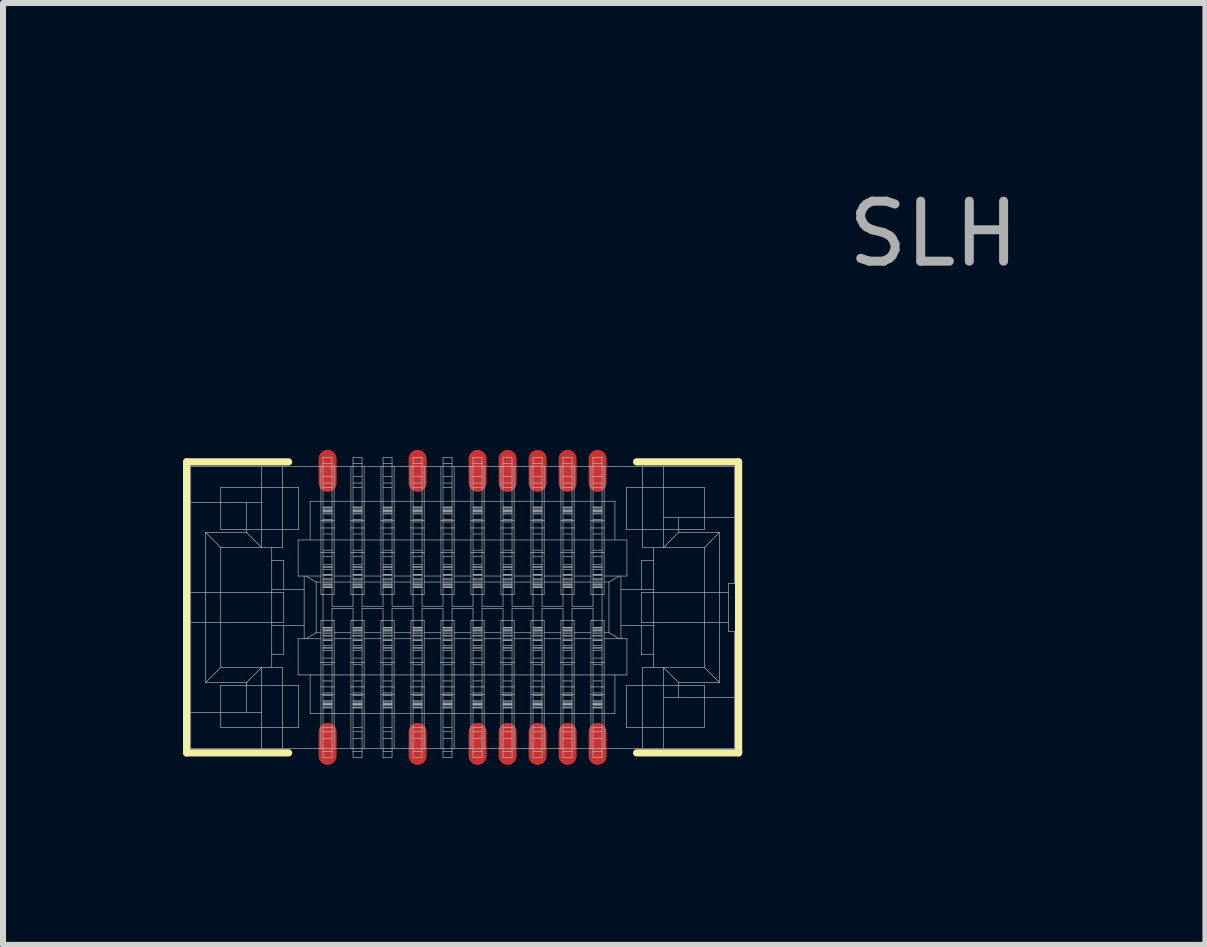
<source format=kicad_pcb>
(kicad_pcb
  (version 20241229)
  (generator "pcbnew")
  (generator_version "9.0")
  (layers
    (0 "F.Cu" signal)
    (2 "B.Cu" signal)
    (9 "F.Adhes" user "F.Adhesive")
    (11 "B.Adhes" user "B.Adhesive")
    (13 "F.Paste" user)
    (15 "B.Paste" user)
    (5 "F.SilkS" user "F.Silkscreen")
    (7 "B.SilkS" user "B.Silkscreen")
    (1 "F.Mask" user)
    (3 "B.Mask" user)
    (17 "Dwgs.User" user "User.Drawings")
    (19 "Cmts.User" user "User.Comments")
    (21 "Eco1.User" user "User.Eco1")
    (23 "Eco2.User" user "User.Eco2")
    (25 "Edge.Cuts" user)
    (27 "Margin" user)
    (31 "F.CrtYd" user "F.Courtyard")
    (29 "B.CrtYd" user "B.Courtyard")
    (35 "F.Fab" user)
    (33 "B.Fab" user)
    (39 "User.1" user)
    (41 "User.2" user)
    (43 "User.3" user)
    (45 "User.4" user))
  (footprint "SLH"
    (layer "F.Cu")
    (at 4.66 7.073)
    (property "Reference" "SLH" (at 7.85 -6.225 0) (layer "F.Fab") (effects (font (size 1 1) (thickness 0.15))))
    (attr through_hole)
    (fp_line (start -4.6 -2.425) (end -2.9 -2.425) (stroke (width 0.12) (type solid)) (layer "F.SilkS"))
    (fp_line (start -4.6 -2.4) (end -4.6 -2.425) (stroke (width 0.12) (type solid)) (layer "F.SilkS"))
    (fp_line (start -4.6 2.425) (end -4.6 -2.4) (stroke (width 0.12) (type solid)) (layer "F.SilkS"))
    (fp_line (start -2.9 2.425) (end -4.6 2.425) (stroke (width 0.12) (type solid)) (layer "F.SilkS"))
    (fp_line (start 2.9 -2.425) (end 4.6 -2.425) (stroke (width 0.12) (type solid)) (layer "F.SilkS"))
    (fp_line (start 4.6 -2.425) (end 4.6 2.4) (stroke (width 0.12) (type solid)) (layer "F.SilkS"))
    (fp_line (start 4.6 2.4) (end 4.6 2.425) (stroke (width 0.12) (type solid)) (layer "F.SilkS"))
    (fp_line (start 4.6 2.425) (end 2.9 2.425) (stroke (width 0.12) (type solid)) (layer "F.SilkS"))
    (fp_line (start -4.531 -0.249) (end -4.031 -0.249) (stroke (width 0.01) (type solid)) (layer "Dwgs.User"))
    (fp_line (start -4.531 0.251) (end -4.031 0.251) (stroke (width 0.01) (type solid)) (layer "Dwgs.User"))
    (fp_line (start -4.531 2.351) (end -4.531 -2.349) (stroke (width 0.01) (type solid)) (layer "Dwgs.User"))
    (fp_line (start -4.281 -1.249) (end -4.281 1.251) (stroke (width 0.01) (type solid)) (layer "Dwgs.User"))
    (fp_line (start -4.281 1.251) (end -3.601 1.251) (stroke (width 0.01) (type solid)) (layer "Dwgs.User"))
    (fp_line (start -4.031 -1.999) (end -4.031 -1.299) (stroke (width 0.01) (type solid)) (layer "Dwgs.User"))
    (fp_line (start -4.031 -1.299) (end -2.731 -1.299) (stroke (width 0.01) (type solid)) (layer "Dwgs.User"))
    (fp_line (start -4.031 -0.249) (end -3.181 -0.249) (stroke (width 0.01) (type solid)) (layer "Dwgs.User"))
    (fp_line (start -4.031 1.001) (end -4.281 1.251) (stroke (width 0.01) (type solid)) (layer "Dwgs.User"))
    (fp_line (start -4.031 1.301) (end -4.031 2.001) (stroke (width 0.01) (type solid)) (layer "Dwgs.User"))
    (fp_line (start -4.031 2.001) (end -2.731 2.001) (stroke (width 0.01) (type solid)) (layer "Dwgs.User"))
    (fp_line (start -4.031 -0.999) (end -4.281 -1.249) (stroke (width 0.01) (type solid)) (layer "Dwgs.User"))
    (fp_line (start -4.031 -0.999) (end -4.031 1.001) (stroke (width 0.01) (type solid)) (layer "Dwgs.User"))
    (fp_line (start -4.031 -0.999) (end -3.001 -0.999) (stroke (width 0.01) (type solid)) (layer "Dwgs.User"))
    (fp_line (start -3.601 -1.749) (end -3.601 -1.249) (stroke (width 0.01) (type solid)) (layer "Dwgs.User"))
    (fp_line (start -3.601 -1.249) (end -4.281 -1.249) (stroke (width 0.01) (type solid)) (layer "Dwgs.User"))
    (fp_line (start -3.601 -1.249) (end -3.351 -0.999) (stroke (width 0.01) (type solid)) (layer "Dwgs.User"))
    (fp_line (start -3.601 1.251) (end -3.601 1.751) (stroke (width 0.01) (type solid)) (layer "Dwgs.User"))
    (fp_line (start -3.351 -1.749) (end -4.531 -1.749) (stroke (width 0.01) (type solid)) (layer "Dwgs.User"))
    (fp_line (start -3.351 -0.999) (end -3.351 -2.349) (stroke (width 0.01) (type solid)) (layer "Dwgs.User"))
    (fp_line (start -3.351 1.001) (end -3.601 1.251) (stroke (width 0.01) (type solid)) (layer "Dwgs.User"))
    (fp_line (start -3.351 1.751) (end -4.531 1.751) (stroke (width 0.01) (type solid)) (layer "Dwgs.User"))
    (fp_line (start -3.351 2.351) (end -3.351 1.001) (stroke (width 0.01) (type solid)) (layer "Dwgs.User"))
    (fp_line (start -3.181 -0.249) (end -2.981 -0.249) (stroke (width 0.01) (type solid)) (layer "Dwgs.User"))
    (fp_line (start -3.181 0.251) (end -2.981 0.251) (stroke (width 0.01) (type solid)) (layer "Dwgs.User"))
    (fp_line (start -3.181 1.001) (end -3.181 -0.999) (stroke (width 0.01) (type solid)) (layer "Dwgs.User"))
    (fp_line (start -3.181 0.251) (end -4.031 0.251) (stroke (width 0.01) (type solid)) (layer "Dwgs.User"))
    (fp_line (start -3.001 -0.999) (end -3.001 -2.349) (stroke (width 0.01) (type solid)) (layer "Dwgs.User"))
    (fp_line (start -3.001 1.001) (end -4.031 1.001) (stroke (width 0.01) (type solid)) (layer "Dwgs.User"))
    (fp_line (start -3.001 2.351) (end -3.001 1.001) (stroke (width 0.01) (type solid)) (layer "Dwgs.User"))
    (fp_line (start -2.981 0.251) (end -2.981 -0.249) (stroke (width 0.01) (type solid)) (layer "Dwgs.User"))
    (fp_line (start -2.981 -0.779) (end -3.181 -0.779) (stroke (width 0.01) (type solid)) (layer "Dwgs.User"))
    (fp_line (start -2.981 -0.299) (end -2.981 -0.779) (stroke (width 0.01) (type solid)) (layer "Dwgs.User"))
    (fp_line (start -2.981 0.781) (end -3.181 0.781) (stroke (width 0.01) (type solid)) (layer "Dwgs.User"))
    (fp_line (start -2.981 0.781) (end -2.981 0.3) (stroke (width 0.01) (type solid)) (layer "Dwgs.User"))
    (fp_line (start -2.741 -1.124) (end -2.741 -0.522) (stroke (width 0.01) (type solid)) (layer "Dwgs.User"))
    (fp_line (start -2.741 0.523) (end -2.741 1.126) (stroke (width 0.01) (type solid)) (layer "Dwgs.User"))
    (fp_line (start -2.741 1.126) (end 2.739 1.126) (stroke (width 0.01) (type solid)) (layer "Dwgs.User"))
    (fp_line (start -2.731 -1.999) (end -4.031 -1.999) (stroke (width 0.01) (type solid)) (layer "Dwgs.User"))
    (fp_line (start -2.731 -1.299) (end -2.731 -1.999) (stroke (width 0.01) (type solid)) (layer "Dwgs.User"))
    (fp_line (start -2.731 1.301) (end -4.031 1.301) (stroke (width 0.01) (type solid)) (layer "Dwgs.User"))
    (fp_line (start -2.731 2.001) (end -2.731 1.301) (stroke (width 0.01) (type solid)) (layer "Dwgs.User"))
    (fp_line (start -2.641 -0.299) (end -3.181 -0.299) (stroke (width 0.01) (type solid)) (layer "Dwgs.User"))
    (fp_line (start -2.641 0.3) (end -3.181 0.301) (stroke (width 0.01) (type solid)) (layer "Dwgs.User"))
    (fp_line (start -2.641 0.523) (end -2.641 -0.522) (stroke (width 0.01) (type solid)) (layer "Dwgs.User"))
    (fp_line (start -2.614 -0.522) (end -2.441 -0.422) (stroke (width 0.01) (type solid)) (layer "Dwgs.User"))
    (fp_line (start -2.541 -1.769) (end -2.541 -1.124) (stroke (width 0.01) (type solid)) (layer "Dwgs.User"))
    (fp_line (start -2.541 1.126) (end -2.541 1.771) (stroke (width 0.01) (type solid)) (layer "Dwgs.User"))
    (fp_line (start -2.441 0.423) (end -2.614 0.523) (stroke (width 0.01) (type solid)) (layer "Dwgs.User"))
    (fp_line (start -2.441 0.423) (end -2.441 -0.422) (stroke (width 0.01) (type solid)) (layer "Dwgs.User"))
    (fp_line (start -2.361 -1.449) (end -2.361 -2.349) (stroke (width 0.01) (type solid)) (layer "Dwgs.User"))
    (fp_line (start -2.361 -0.914) (end -2.361 -1.324) (stroke (width 0.01) (type solid)) (layer "Dwgs.User"))
    (fp_line (start -2.361 -0.214) (end -2.141 -0.214) (stroke (width 0.01) (type solid)) (layer "Dwgs.User"))
    (fp_line (start -2.361 1.325) (end -2.361 1.45) (stroke (width 0.01) (type solid)) (layer "Dwgs.User"))
    (fp_line (start -2.361 1.45) (end -2.141 1.45) (stroke (width 0.01) (type solid)) (layer "Dwgs.User"))
    (fp_line (start -2.361 -1.449) (end -2.361 -1.324) (stroke (width 0.01) (type solid)) (layer "Dwgs.User"))
    (fp_line (start -2.361 -1.324) (end -2.141 -1.324) (stroke (width 0.01) (type solid)) (layer "Dwgs.User"))
    (fp_line (start -2.361 -0.914) (end -2.361 -0.214) (stroke (width 0.01) (type solid)) (layer "Dwgs.User"))
    (fp_line (start -2.361 -0.522) (end -2.741 -0.522) (stroke (width 0.01) (type solid)) (layer "Dwgs.User"))
    (fp_line (start -2.361 -0.422) (end -2.441 -0.422) (stroke (width 0.01) (type solid)) (layer "Dwgs.User"))
    (fp_line (start -2.361 0.215) (end -2.361 0.916) (stroke (width 0.01) (type solid)) (layer "Dwgs.User"))
    (fp_line (start -2.361 0.423) (end -2.441 0.423) (stroke (width 0.01) (type solid)) (layer "Dwgs.User"))
    (fp_line (start -2.361 0.523) (end -2.741 0.523) (stroke (width 0.01) (type solid)) (layer "Dwgs.User"))
    (fp_line (start -2.361 0.916) (end -2.141 0.916) (stroke (width 0.01) (type solid)) (layer "Dwgs.User"))
    (fp_line (start -2.361 1.325) (end -2.361 0.916) (stroke (width 0.01) (type solid)) (layer "Dwgs.User"))
    (fp_line (start -2.361 2.351) (end -2.361 1.45) (stroke (width 0.01) (type solid)) (layer "Dwgs.User"))
    (fp_line (start -2.326 -2.499) (end -2.326 -2.349) (stroke (width 0.01) (type solid)) (layer "Dwgs.User"))
    (fp_line (start -2.326 -2.349) (end -2.326 -1.449) (stroke (width 0.01) (type solid)) (layer "Dwgs.User"))
    (fp_line (start -2.326 -1.574) (end -2.176 -1.574) (stroke (width 0.01) (type solid)) (layer "Dwgs.User"))
    (fp_line (start -2.326 -1.449) (end -2.326 -1.324) (stroke (width 0.01) (type solid)) (layer "Dwgs.User"))
    (fp_line (start -2.326 -0.914) (end -2.326 -1.324) (stroke (width 0.01) (type solid)) (layer "Dwgs.User"))
    (fp_line (start -2.326 -0.914) (end -2.326 -0.214) (stroke (width 0.01) (type solid)) (layer "Dwgs.User"))
    (fp_line (start -2.326 -0.544) (end -2.176 -0.544) (stroke (width 0.01) (type solid)) (layer "Dwgs.User"))
    (fp_line (start -2.326 -0.374) (end -2.176 -0.374) (stroke (width 0.01) (type solid)) (layer "Dwgs.User"))
    (fp_line (start -2.326 -0.214) (end -2.326 0.215) (stroke (width 0.01) (type solid)) (layer "Dwgs.User"))
    (fp_line (start -2.326 0.215) (end -2.326 0.916) (stroke (width 0.01) (type solid)) (layer "Dwgs.User"))
    (fp_line (start -2.326 0.476) (end -2.176 0.476) (stroke (width 0.01) (type solid)) (layer "Dwgs.User"))
    (fp_line (start -2.326 0.716) (end -2.176 0.716) (stroke (width 0.01) (type solid)) (layer "Dwgs.User"))
    (fp_line (start -2.326 1.326) (end -2.326 0.916) (stroke (width 0.01) (type solid)) (layer "Dwgs.User"))
    (fp_line (start -2.326 1.326) (end -2.326 1.45) (stroke (width 0.01) (type solid)) (layer "Dwgs.User"))
    (fp_line (start -2.326 1.45) (end -2.326 2.351) (stroke (width 0.01) (type solid)) (layer "Dwgs.User"))
    (fp_line (start -2.326 1.616) (end -2.176 1.616) (stroke (width 0.01) (type solid)) (layer "Dwgs.User"))
    (fp_line (start -2.326 1.666) (end -2.176 1.666) (stroke (width 0.01) (type solid)) (layer "Dwgs.User"))
    (fp_line (start -2.326 2.351) (end -2.326 2.501) (stroke (width 0.01) (type solid)) (layer "Dwgs.User"))
    (fp_line (start -2.176 -2.499) (end -2.326 -2.499) (stroke (width 0.01) (type solid)) (layer "Dwgs.User"))
    (fp_line (start -2.176 -2.399) (end -2.326 -2.399) (stroke (width 0.01) (type solid)) (layer "Dwgs.User"))
    (fp_line (start -2.176 -2.349) (end -2.176 -2.499) (stroke (width 0.01) (type solid)) (layer "Dwgs.User"))
    (fp_line (start -2.176 -2.185) (end -2.326 -2.185) (stroke (width 0.01) (type solid)) (layer "Dwgs.User"))
    (fp_line (start -2.176 -2.072) (end -2.326 -2.072) (stroke (width 0.01) (type solid)) (layer "Dwgs.User"))
    (fp_line (start -2.176 -1.998) (end -2.326 -1.998) (stroke (width 0.01) (type solid)) (layer "Dwgs.User"))
    (fp_line (start -2.176 -1.674) (end -2.326 -1.674) (stroke (width 0.01) (type solid)) (layer "Dwgs.User"))
    (fp_line (start -2.176 -1.664) (end -2.326 -1.664) (stroke (width 0.01) (type solid)) (layer "Dwgs.User"))
    (fp_line (start -2.176 -1.641) (end -2.326 -1.641) (stroke (width 0.01) (type solid)) (layer "Dwgs.User"))
    (fp_line (start -2.176 -1.622) (end -2.326 -1.622) (stroke (width 0.01) (type solid)) (layer "Dwgs.User"))
    (fp_line (start -2.176 -1.615) (end -2.326 -1.615) (stroke (width 0.01) (type solid)) (layer "Dwgs.User"))
    (fp_line (start -2.176 -1.606) (end -2.326 -1.606) (stroke (width 0.01) (type solid)) (layer "Dwgs.User"))
    (fp_line (start -2.176 -1.596) (end -2.326 -1.596) (stroke (width 0.01) (type solid)) (layer "Dwgs.User"))
    (fp_line (start -2.176 -1.557) (end -2.326 -1.557) (stroke (width 0.01) (type solid)) (layer "Dwgs.User"))
    (fp_line (start -2.176 -1.467) (end -2.326 -1.467) (stroke (width 0.01) (type solid)) (layer "Dwgs.User"))
    (fp_line (start -2.176 -1.449) (end -2.176 -2.349) (stroke (width 0.01) (type solid)) (layer "Dwgs.User"))
    (fp_line (start -2.176 -1.424) (end -2.326 -1.424) (stroke (width 0.01) (type solid)) (layer "Dwgs.User"))
    (fp_line (start -2.176 -1.324) (end -2.176 -1.449) (stroke (width 0.01) (type solid)) (layer "Dwgs.User"))
    (fp_line (start -2.176 -1.324) (end -2.176 -0.914) (stroke (width 0.01) (type solid)) (layer "Dwgs.User"))
    (fp_line (start -2.176 -1.224) (end -2.326 -1.224) (stroke (width 0.01) (type solid)) (layer "Dwgs.User"))
    (fp_line (start -2.176 -0.954) (end -2.326 -0.954) (stroke (width 0.01) (type solid)) (layer "Dwgs.User"))
    (fp_line (start -2.176 -0.843) (end -2.326 -0.843) (stroke (width 0.01) (type solid)) (layer "Dwgs.User"))
    (fp_line (start -2.176 -0.714) (end -2.326 -0.714) (stroke (width 0.01) (type solid)) (layer "Dwgs.User"))
    (fp_line (start -2.176 -0.679) (end -2.326 -0.679) (stroke (width 0.01) (type solid)) (layer "Dwgs.User"))
    (fp_line (start -2.176 -0.668) (end -2.326 -0.668) (stroke (width 0.01) (type solid)) (layer "Dwgs.User"))
    (fp_line (start -2.176 -0.632) (end -2.326 -0.632) (stroke (width 0.01) (type solid)) (layer "Dwgs.User"))
    (fp_line (start -2.176 -0.547) (end -2.326 -0.547) (stroke (width 0.01) (type solid)) (layer "Dwgs.User"))
    (fp_line (start -2.176 -0.528) (end -2.326 -0.528) (stroke (width 0.01) (type solid)) (layer "Dwgs.User"))
    (fp_line (start -2.176 -0.474) (end -2.326 -0.474) (stroke (width 0.01) (type solid)) (layer "Dwgs.User"))
    (fp_line (start -2.176 -0.472) (end -2.326 -0.472) (stroke (width 0.01) (type solid)) (layer "Dwgs.User"))
    (fp_line (start -2.176 -0.439) (end -2.326 -0.439) (stroke (width 0.01) (type solid)) (layer "Dwgs.User"))
    (fp_line (start -2.176 -0.41) (end -2.326 -0.41) (stroke (width 0.01) (type solid)) (layer "Dwgs.User"))
    (fp_line (start -2.176 -0.39) (end -2.326 -0.39) (stroke (width 0.01) (type solid)) (layer "Dwgs.User"))
    (fp_line (start -2.176 -0.375) (end -2.326 -0.375) (stroke (width 0.01) (type solid)) (layer "Dwgs.User"))
    (fp_line (start -2.176 -0.344) (end -2.326 -0.344) (stroke (width 0.01) (type solid)) (layer "Dwgs.User"))
    (fp_line (start -2.176 -0.332) (end -2.326 -0.332) (stroke (width 0.01) (type solid)) (layer "Dwgs.User"))
    (fp_line (start -2.176 -0.331) (end -2.326 -0.331) (stroke (width 0.01) (type solid)) (layer "Dwgs.User"))
    (fp_line (start -2.176 -0.214) (end -2.176 -0.914) (stroke (width 0.01) (type solid)) (layer "Dwgs.User"))
    (fp_line (start -2.176 -0.019) (end -2.176 -0.214) (stroke (width 0.01) (type solid)) (layer "Dwgs.User"))
    (fp_line (start -2.176 0.021) (end -1.826 0.021) (stroke (width 0.01) (type solid)) (layer "Dwgs.User"))
    (fp_line (start -2.176 0.215) (end -2.176 0.021) (stroke (width 0.01) (type solid)) (layer "Dwgs.User"))
    (fp_line (start -2.176 0.333) (end -2.326 0.333) (stroke (width 0.01) (type solid)) (layer "Dwgs.User"))
    (fp_line (start -2.176 0.333) (end -2.326 0.333) (stroke (width 0.01) (type solid)) (layer "Dwgs.User"))
    (fp_line (start -2.176 0.345) (end -2.326 0.345) (stroke (width 0.01) (type solid)) (layer "Dwgs.User"))
    (fp_line (start -2.176 0.376) (end -2.326 0.376) (stroke (width 0.01) (type solid)) (layer "Dwgs.User"))
    (fp_line (start -2.176 0.376) (end -2.326 0.376) (stroke (width 0.01) (type solid)) (layer "Dwgs.User"))
    (fp_line (start -2.176 0.391) (end -2.326 0.391) (stroke (width 0.01) (type solid)) (layer "Dwgs.User"))
    (fp_line (start -2.176 0.411) (end -2.326 0.411) (stroke (width 0.01) (type solid)) (layer "Dwgs.User"))
    (fp_line (start -2.176 0.44) (end -2.326 0.44) (stroke (width 0.01) (type solid)) (layer "Dwgs.User"))
    (fp_line (start -2.176 0.473) (end -2.326 0.473) (stroke (width 0.01) (type solid)) (layer "Dwgs.User"))
    (fp_line (start -2.176 0.529) (end -2.326 0.529) (stroke (width 0.01) (type solid)) (layer "Dwgs.User"))
    (fp_line (start -2.176 0.546) (end -2.326 0.546) (stroke (width 0.01) (type solid)) (layer "Dwgs.User"))
    (fp_line (start -2.176 0.548) (end -2.326 0.548) (stroke (width 0.01) (type solid)) (layer "Dwgs.User"))
    (fp_line (start -2.176 0.633) (end -2.326 0.633) (stroke (width 0.01) (type solid)) (layer "Dwgs.User"))
    (fp_line (start -2.176 0.669) (end -2.326 0.669) (stroke (width 0.01) (type solid)) (layer "Dwgs.User"))
    (fp_line (start -2.176 0.68) (end -2.326 0.68) (stroke (width 0.01) (type solid)) (layer "Dwgs.User"))
    (fp_line (start -2.176 0.845) (end -2.326 0.845) (stroke (width 0.01) (type solid)) (layer "Dwgs.User"))
    (fp_line (start -2.176 0.916) (end -2.176 0.215) (stroke (width 0.01) (type solid)) (layer "Dwgs.User"))
    (fp_line (start -2.176 0.916) (end -2.176 1.326) (stroke (width 0.01) (type solid)) (layer "Dwgs.User"))
    (fp_line (start -2.176 0.956) (end -2.326 0.956) (stroke (width 0.01) (type solid)) (layer "Dwgs.User"))
    (fp_line (start -2.176 1.226) (end -2.326 1.226) (stroke (width 0.01) (type solid)) (layer "Dwgs.User"))
    (fp_line (start -2.176 1.426) (end -2.326 1.426) (stroke (width 0.01) (type solid)) (layer "Dwgs.User"))
    (fp_line (start -2.176 1.45) (end -2.176 1.326) (stroke (width 0.01) (type solid)) (layer "Dwgs.User"))
    (fp_line (start -2.176 1.468) (end -2.326 1.468) (stroke (width 0.01) (type solid)) (layer "Dwgs.User"))
    (fp_line (start -2.176 1.558) (end -2.326 1.558) (stroke (width 0.01) (type solid)) (layer "Dwgs.User"))
    (fp_line (start -2.176 1.576) (end -2.326 1.576) (stroke (width 0.01) (type solid)) (layer "Dwgs.User"))
    (fp_line (start -2.176 1.597) (end -2.326 1.597) (stroke (width 0.01) (type solid)) (layer "Dwgs.User"))
    (fp_line (start -2.176 1.607) (end -2.326 1.607) (stroke (width 0.01) (type solid)) (layer "Dwgs.User"))
    (fp_line (start -2.176 1.623) (end -2.326 1.623) (stroke (width 0.01) (type solid)) (layer "Dwgs.User"))
    (fp_line (start -2.176 1.642) (end -2.326 1.642) (stroke (width 0.01) (type solid)) (layer "Dwgs.User"))
    (fp_line (start -2.176 1.676) (end -2.326 1.676) (stroke (width 0.01) (type solid)) (layer "Dwgs.User"))
    (fp_line (start -2.176 1.999) (end -2.326 1.999) (stroke (width 0.01) (type solid)) (layer "Dwgs.User"))
    (fp_line (start -2.176 2.073) (end -2.326 2.073) (stroke (width 0.01) (type solid)) (layer "Dwgs.User"))
    (fp_line (start -2.176 2.186) (end -2.326 2.186) (stroke (width 0.01) (type solid)) (layer "Dwgs.User"))
    (fp_line (start -2.176 2.351) (end -2.176 1.45) (stroke (width 0.01) (type solid)) (layer "Dwgs.User"))
    (fp_line (start -2.176 2.401) (end -2.326 2.401) (stroke (width 0.01) (type solid)) (layer "Dwgs.User"))
    (fp_line (start -2.176 2.501) (end -2.326 2.501) (stroke (width 0.01) (type solid)) (layer "Dwgs.User"))
    (fp_line (start -2.176 2.501) (end -2.176 2.351) (stroke (width 0.01) (type solid)) (layer "Dwgs.User"))
    (fp_line (start -2.141 -2.349) (end -2.141 -1.449) (stroke (width 0.01) (type solid)) (layer "Dwgs.User"))
    (fp_line (start -2.141 -1.449) (end -2.361 -1.449) (stroke (width 0.01) (type solid)) (layer "Dwgs.User"))
    (fp_line (start -2.141 -1.324) (end -2.141 -1.449) (stroke (width 0.01) (type solid)) (layer "Dwgs.User"))
    (fp_line (start -2.141 -1.324) (end -2.141 -0.914) (stroke (width 0.01) (type solid)) (layer "Dwgs.User"))
    (fp_line (start -2.141 -0.914) (end -2.361 -0.914) (stroke (width 0.01) (type solid)) (layer "Dwgs.User"))
    (fp_line (start -2.141 -0.214) (end -2.141 -0.914) (stroke (width 0.01) (type solid)) (layer "Dwgs.User"))
    (fp_line (start -2.141 0.215) (end -2.361 0.215) (stroke (width 0.01) (type solid)) (layer "Dwgs.User"))
    (fp_line (start -2.141 0.916) (end -2.141 0.215) (stroke (width 0.01) (type solid)) (layer "Dwgs.User"))
    (fp_line (start -2.141 0.916) (end -2.141 1.325) (stroke (width 0.01) (type solid)) (layer "Dwgs.User"))
    (fp_line (start -2.141 1.325) (end -2.361 1.325) (stroke (width 0.01) (type solid)) (layer "Dwgs.User"))
    (fp_line (start -2.141 1.45) (end -2.141 1.325) (stroke (width 0.01) (type solid)) (layer "Dwgs.User"))
    (fp_line (start -2.141 1.45) (end -2.141 2.351) (stroke (width 0.01) (type solid)) (layer "Dwgs.User"))
    (fp_line (start -1.861 -1.449) (end -1.861 -2.349) (stroke (width 0.01) (type solid)) (layer "Dwgs.User"))
    (fp_line (start -1.861 -0.914) (end -1.861 -1.324) (stroke (width 0.01) (type solid)) (layer "Dwgs.User"))
    (fp_line (start -1.861 1.325) (end -1.861 1.45) (stroke (width 0.01) (type solid)) (layer "Dwgs.User"))
    (fp_line (start -1.861 1.45) (end -1.641 1.45) (stroke (width 0.01) (type solid)) (layer "Dwgs.User"))
    (fp_line (start -1.861 -1.449) (end -1.861 -1.324) (stroke (width 0.01) (type solid)) (layer "Dwgs.User"))
    (fp_line (start -1.861 -1.324) (end -1.641 -1.324) (stroke (width 0.01) (type solid)) (layer "Dwgs.User"))
    (fp_line (start -1.861 -0.914) (end -1.861 -0.214) (stroke (width 0.01) (type solid)) (layer "Dwgs.User"))
    (fp_line (start -1.861 -0.522) (end -2.141 -0.522) (stroke (width 0.01) (type solid)) (layer "Dwgs.User"))
    (fp_line (start -1.861 -0.422) (end -2.141 -0.422) (stroke (width 0.01) (type solid)) (layer "Dwgs.User"))
    (fp_line (start -1.861 -0.214) (end -1.641 -0.214) (stroke (width 0.01) (type solid)) (layer "Dwgs.User"))
    (fp_line (start -1.861 0.215) (end -1.861 0.916) (stroke (width 0.01) (type solid)) (layer "Dwgs.User"))
    (fp_line (start -1.861 0.423) (end -2.141 0.423) (stroke (width 0.01) (type solid)) (layer "Dwgs.User"))
    (fp_line (start -1.861 0.523) (end -2.141 0.523) (stroke (width 0.01) (type solid)) (layer "Dwgs.User"))
    (fp_line (start -1.861 0.916) (end -1.641 0.916) (stroke (width 0.01) (type solid)) (layer "Dwgs.User"))
    (fp_line (start -1.861 1.325) (end -1.861 0.916) (stroke (width 0.01) (type solid)) (layer "Dwgs.User"))
    (fp_line (start -1.861 2.351) (end -1.861 1.45) (stroke (width 0.01) (type solid)) (layer "Dwgs.User"))
    (fp_line (start -1.826 -2.499) (end -1.826 -2.349) (stroke (width 0.01) (type solid)) (layer "Dwgs.User"))
    (fp_line (start -1.826 -2.349) (end -1.826 -1.449) (stroke (width 0.01) (type solid)) (layer "Dwgs.User"))
    (fp_line (start -1.826 -1.574) (end -1.676 -1.574) (stroke (width 0.01) (type solid)) (layer "Dwgs.User"))
    (fp_line (start -1.826 -1.449) (end -1.826 -1.324) (stroke (width 0.01) (type solid)) (layer "Dwgs.User"))
    (fp_line (start -1.826 -0.914) (end -1.826 -1.324) (stroke (width 0.01) (type solid)) (layer "Dwgs.User"))
    (fp_line (start -1.826 -0.914) (end -1.826 -0.214) (stroke (width 0.01) (type solid)) (layer "Dwgs.User"))
    (fp_line (start -1.826 -0.544) (end -1.676 -0.544) (stroke (width 0.01) (type solid)) (layer "Dwgs.User"))
    (fp_line (start -1.826 -0.374) (end -1.676 -0.374) (stroke (width 0.01) (type solid)) (layer "Dwgs.User"))
    (fp_line (start -1.826 -0.214) (end -1.826 -0.019) (stroke (width 0.01) (type solid)) (layer "Dwgs.User"))
    (fp_line (start -1.826 -0.019) (end -2.176 -0.019) (stroke (width 0.01) (type solid)) (layer "Dwgs.User"))
    (fp_line (start -1.826 0.021) (end -1.826 0.215) (stroke (width 0.01) (type solid)) (layer "Dwgs.User"))
    (fp_line (start -1.826 0.215) (end -1.826 0.916) (stroke (width 0.01) (type solid)) (layer "Dwgs.User"))
    (fp_line (start -1.826 0.476) (end -1.676 0.476) (stroke (width 0.01) (type solid)) (layer "Dwgs.User"))
    (fp_line (start -1.826 0.716) (end -1.676 0.716) (stroke (width 0.01) (type solid)) (layer "Dwgs.User"))
    (fp_line (start -1.826 1.326) (end -1.826 0.916) (stroke (width 0.01) (type solid)) (layer "Dwgs.User"))
    (fp_line (start -1.826 1.326) (end -1.826 1.45) (stroke (width 0.01) (type solid)) (layer "Dwgs.User"))
    (fp_line (start -1.826 1.45) (end -1.826 2.351) (stroke (width 0.01) (type solid)) (layer "Dwgs.User"))
    (fp_line (start -1.826 1.616) (end -1.676 1.616) (stroke (width 0.01) (type solid)) (layer "Dwgs.User"))
    (fp_line (start -1.826 1.666) (end -1.676 1.666) (stroke (width 0.01) (type solid)) (layer "Dwgs.User"))
    (fp_line (start -1.826 2.351) (end -1.826 2.501) (stroke (width 0.01) (type solid)) (layer "Dwgs.User"))
    (fp_line (start -1.676 -2.499) (end -1.826 -2.499) (stroke (width 0.01) (type solid)) (layer "Dwgs.User"))
    (fp_line (start -1.676 -2.399) (end -1.826 -2.399) (stroke (width 0.01) (type solid)) (layer "Dwgs.User"))
    (fp_line (start -1.676 -2.349) (end -1.676 -2.499) (stroke (width 0.01) (type solid)) (layer "Dwgs.User"))
    (fp_line (start -1.676 -2.185) (end -1.826 -2.185) (stroke (width 0.01) (type solid)) (layer "Dwgs.User"))
    (fp_line (start -1.676 -2.072) (end -1.826 -2.072) (stroke (width 0.01) (type solid)) (layer "Dwgs.User"))
    (fp_line (start -1.676 -1.998) (end -1.826 -1.998) (stroke (width 0.01) (type solid)) (layer "Dwgs.User"))
    (fp_line (start -1.676 -1.674) (end -1.826 -1.674) (stroke (width 0.01) (type solid)) (layer "Dwgs.User"))
    (fp_line (start -1.676 -1.664) (end -1.826 -1.664) (stroke (width 0.01) (type solid)) (layer "Dwgs.User"))
    (fp_line (start -1.676 -1.641) (end -1.826 -1.641) (stroke (width 0.01) (type solid)) (layer "Dwgs.User"))
    (fp_line (start -1.676 -1.622) (end -1.826 -1.622) (stroke (width 0.01) (type solid)) (layer "Dwgs.User"))
    (fp_line (start -1.676 -1.615) (end -1.826 -1.615) (stroke (width 0.01) (type solid)) (layer "Dwgs.User"))
    (fp_line (start -1.676 -1.606) (end -1.826 -1.606) (stroke (width 0.01) (type solid)) (layer "Dwgs.User"))
    (fp_line (start -1.676 -1.596) (end -1.826 -1.596) (stroke (width 0.01) (type solid)) (layer "Dwgs.User"))
    (fp_line (start -1.676 -1.557) (end -1.826 -1.557) (stroke (width 0.01) (type solid)) (layer "Dwgs.User"))
    (fp_line (start -1.676 -1.467) (end -1.826 -1.467) (stroke (width 0.01) (type solid)) (layer "Dwgs.User"))
    (fp_line (start -1.676 -1.449) (end -1.676 -2.349) (stroke (width 0.01) (type solid)) (layer "Dwgs.User"))
    (fp_line (start -1.676 -1.424) (end -1.826 -1.424) (stroke (width 0.01) (type solid)) (layer "Dwgs.User"))
    (fp_line (start -1.676 -1.324) (end -1.676 -1.449) (stroke (width 0.01) (type solid)) (layer "Dwgs.User"))
    (fp_line (start -1.676 -1.324) (end -1.676 -0.914) (stroke (width 0.01) (type solid)) (layer "Dwgs.User"))
    (fp_line (start -1.676 -1.224) (end -1.826 -1.224) (stroke (width 0.01) (type solid)) (layer "Dwgs.User"))
    (fp_line (start -1.676 -0.954) (end -1.826 -0.954) (stroke (width 0.01) (type solid)) (layer "Dwgs.User"))
    (fp_line (start -1.676 -0.843) (end -1.826 -0.843) (stroke (width 0.01) (type solid)) (layer "Dwgs.User"))
    (fp_line (start -1.676 -0.714) (end -1.826 -0.714) (stroke (width 0.01) (type solid)) (layer "Dwgs.User"))
    (fp_line (start -1.676 -0.679) (end -1.826 -0.679) (stroke (width 0.01) (type solid)) (layer "Dwgs.User"))
    (fp_line (start -1.676 -0.668) (end -1.826 -0.668) (stroke (width 0.01) (type solid)) (layer "Dwgs.User"))
    (fp_line (start -1.676 -0.632) (end -1.826 -0.632) (stroke (width 0.01) (type solid)) (layer "Dwgs.User"))
    (fp_line (start -1.676 -0.547) (end -1.826 -0.547) (stroke (width 0.01) (type solid)) (layer "Dwgs.User"))
    (fp_line (start -1.676 -0.528) (end -1.826 -0.528) (stroke (width 0.01) (type solid)) (layer "Dwgs.User"))
    (fp_line (start -1.676 -0.474) (end -1.826 -0.474) (stroke (width 0.01) (type solid)) (layer "Dwgs.User"))
    (fp_line (start -1.676 -0.472) (end -1.826 -0.472) (stroke (width 0.01) (type solid)) (layer "Dwgs.User"))
    (fp_line (start -1.676 -0.439) (end -1.826 -0.439) (stroke (width 0.01) (type solid)) (layer "Dwgs.User"))
    (fp_line (start -1.676 -0.41) (end -1.826 -0.41) (stroke (width 0.01) (type solid)) (layer "Dwgs.User"))
    (fp_line (start -1.676 -0.39) (end -1.826 -0.39) (stroke (width 0.01) (type solid)) (layer "Dwgs.User"))
    (fp_line (start -1.676 -0.375) (end -1.826 -0.375) (stroke (width 0.01) (type solid)) (layer "Dwgs.User"))
    (fp_line (start -1.676 -0.344) (end -1.826 -0.344) (stroke (width 0.01) (type solid)) (layer "Dwgs.User"))
    (fp_line (start -1.676 -0.332) (end -1.826 -0.332) (stroke (width 0.01) (type solid)) (layer "Dwgs.User"))
    (fp_line (start -1.676 -0.331) (end -1.826 -0.331) (stroke (width 0.01) (type solid)) (layer "Dwgs.User"))
    (fp_line (start -1.676 -0.214) (end -1.676 -0.914) (stroke (width 0.01) (type solid)) (layer "Dwgs.User"))
    (fp_line (start -1.676 -0.019) (end -1.676 -0.214) (stroke (width 0.01) (type solid)) (layer "Dwgs.User"))
    (fp_line (start -1.676 0.021) (end -1.326 0.021) (stroke (width 0.01) (type solid)) (layer "Dwgs.User"))
    (fp_line (start -1.676 0.215) (end -1.676 0.021) (stroke (width 0.01) (type solid)) (layer "Dwgs.User"))
    (fp_line (start -1.676 0.333) (end -1.826 0.333) (stroke (width 0.01) (type solid)) (layer "Dwgs.User"))
    (fp_line (start -1.676 0.333) (end -1.826 0.333) (stroke (width 0.01) (type solid)) (layer "Dwgs.User"))
    (fp_line (start -1.676 0.345) (end -1.826 0.345) (stroke (width 0.01) (type solid)) (layer "Dwgs.User"))
    (fp_line (start -1.676 0.376) (end -1.826 0.376) (stroke (width 0.01) (type solid)) (layer "Dwgs.User"))
    (fp_line (start -1.676 0.376) (end -1.826 0.376) (stroke (width 0.01) (type solid)) (layer "Dwgs.User"))
    (fp_line (start -1.676 0.391) (end -1.826 0.391) (stroke (width 0.01) (type solid)) (layer "Dwgs.User"))
    (fp_line (start -1.676 0.411) (end -1.826 0.411) (stroke (width 0.01) (type solid)) (layer "Dwgs.User"))
    (fp_line (start -1.676 0.44) (end -1.826 0.44) (stroke (width 0.01) (type solid)) (layer "Dwgs.User"))
    (fp_line (start -1.676 0.473) (end -1.826 0.473) (stroke (width 0.01) (type solid)) (layer "Dwgs.User"))
    (fp_line (start -1.676 0.529) (end -1.826 0.529) (stroke (width 0.01) (type solid)) (layer "Dwgs.User"))
    (fp_line (start -1.676 0.546) (end -1.826 0.546) (stroke (width 0.01) (type solid)) (layer "Dwgs.User"))
    (fp_line (start -1.676 0.548) (end -1.826 0.548) (stroke (width 0.01) (type solid)) (layer "Dwgs.User"))
    (fp_line (start -1.676 0.633) (end -1.826 0.633) (stroke (width 0.01) (type solid)) (layer "Dwgs.User"))
    (fp_line (start -1.676 0.669) (end -1.826 0.669) (stroke (width 0.01) (type solid)) (layer "Dwgs.User"))
    (fp_line (start -1.676 0.68) (end -1.826 0.68) (stroke (width 0.01) (type solid)) (layer "Dwgs.User"))
    (fp_line (start -1.676 0.845) (end -1.826 0.845) (stroke (width 0.01) (type solid)) (layer "Dwgs.User"))
    (fp_line (start -1.676 0.916) (end -1.676 0.215) (stroke (width 0.01) (type solid)) (layer "Dwgs.User"))
    (fp_line (start -1.676 0.916) (end -1.676 1.326) (stroke (width 0.01) (type solid)) (layer "Dwgs.User"))
    (fp_line (start -1.676 0.956) (end -1.826 0.956) (stroke (width 0.01) (type solid)) (layer "Dwgs.User"))
    (fp_line (start -1.676 1.226) (end -1.826 1.226) (stroke (width 0.01) (type solid)) (layer "Dwgs.User"))
    (fp_line (start -1.676 1.426) (end -1.826 1.426) (stroke (width 0.01) (type solid)) (layer "Dwgs.User"))
    (fp_line (start -1.676 1.45) (end -1.676 1.326) (stroke (width 0.01) (type solid)) (layer "Dwgs.User"))
    (fp_line (start -1.676 1.468) (end -1.826 1.468) (stroke (width 0.01) (type solid)) (layer "Dwgs.User"))
    (fp_line (start -1.676 1.558) (end -1.826 1.558) (stroke (width 0.01) (type solid)) (layer "Dwgs.User"))
    (fp_line (start -1.676 1.576) (end -1.826 1.576) (stroke (width 0.01) (type solid)) (layer "Dwgs.User"))
    (fp_line (start -1.676 1.597) (end -1.826 1.597) (stroke (width 0.01) (type solid)) (layer "Dwgs.User"))
    (fp_line (start -1.676 1.607) (end -1.826 1.607) (stroke (width 0.01) (type solid)) (layer "Dwgs.User"))
    (fp_line (start -1.676 1.623) (end -1.826 1.623) (stroke (width 0.01) (type solid)) (layer "Dwgs.User"))
    (fp_line (start -1.676 1.642) (end -1.826 1.642) (stroke (width 0.01) (type solid)) (layer "Dwgs.User"))
    (fp_line (start -1.676 1.676) (end -1.826 1.676) (stroke (width 0.01) (type solid)) (layer "Dwgs.User"))
    (fp_line (start -1.676 1.999) (end -1.826 1.999) (stroke (width 0.01) (type solid)) (layer "Dwgs.User"))
    (fp_line (start -1.676 2.073) (end -1.826 2.073) (stroke (width 0.01) (type solid)) (layer "Dwgs.User"))
    (fp_line (start -1.676 2.186) (end -1.826 2.186) (stroke (width 0.01) (type solid)) (layer "Dwgs.User"))
    (fp_line (start -1.676 2.351) (end -1.676 1.45) (stroke (width 0.01) (type solid)) (layer "Dwgs.User"))
    (fp_line (start -1.676 2.401) (end -1.826 2.401) (stroke (width 0.01) (type solid)) (layer "Dwgs.User"))
    (fp_line (start -1.676 2.501) (end -1.826 2.501) (stroke (width 0.01) (type solid)) (layer "Dwgs.User"))
    (fp_line (start -1.676 2.501) (end -1.676 2.351) (stroke (width 0.01) (type solid)) (layer "Dwgs.User"))
    (fp_line (start -1.641 -2.349) (end -1.641 -1.449) (stroke (width 0.01) (type solid)) (layer "Dwgs.User"))
    (fp_line (start -1.641 -1.449) (end -1.861 -1.449) (stroke (width 0.01) (type solid)) (layer "Dwgs.User"))
    (fp_line (start -1.641 -1.324) (end -1.641 -1.449) (stroke (width 0.01) (type solid)) (layer "Dwgs.User"))
    (fp_line (start -1.641 -1.324) (end -1.641 -0.914) (stroke (width 0.01) (type solid)) (layer "Dwgs.User"))
    (fp_line (start -1.641 -0.914) (end -1.861 -0.914) (stroke (width 0.01) (type solid)) (layer "Dwgs.User"))
    (fp_line (start -1.641 -0.214) (end -1.641 -0.914) (stroke (width 0.01) (type solid)) (layer "Dwgs.User"))
    (fp_line (start -1.641 0.215) (end -1.861 0.215) (stroke (width 0.01) (type solid)) (layer "Dwgs.User"))
    (fp_line (start -1.641 0.916) (end -1.641 0.215) (stroke (width 0.01) (type solid)) (layer "Dwgs.User"))
    (fp_line (start -1.641 0.916) (end -1.641 1.325) (stroke (width 0.01) (type solid)) (layer "Dwgs.User"))
    (fp_line (start -1.641 1.325) (end -1.861 1.325) (stroke (width 0.01) (type solid)) (layer "Dwgs.User"))
    (fp_line (start -1.641 1.45) (end -1.641 1.325) (stroke (width 0.01) (type solid)) (layer "Dwgs.User"))
    (fp_line (start -1.641 1.45) (end -1.641 2.351) (stroke (width 0.01) (type solid)) (layer "Dwgs.User"))
    (fp_line (start -1.361 -1.449) (end -1.361 -2.349) (stroke (width 0.01) (type solid)) (layer "Dwgs.User"))
    (fp_line (start -1.361 -0.914) (end -1.361 -1.324) (stroke (width 0.01) (type solid)) (layer "Dwgs.User"))
    (fp_line (start -1.361 1.325) (end -1.361 1.45) (stroke (width 0.01) (type solid)) (layer "Dwgs.User"))
    (fp_line (start -1.361 1.45) (end -1.141 1.45) (stroke (width 0.01) (type solid)) (layer "Dwgs.User"))
    (fp_line (start -1.361 -1.449) (end -1.361 -1.324) (stroke (width 0.01) (type solid)) (layer "Dwgs.User"))
    (fp_line (start -1.361 -1.324) (end -1.141 -1.324) (stroke (width 0.01) (type solid)) (layer "Dwgs.User"))
    (fp_line (start -1.361 -0.914) (end -1.361 -0.214) (stroke (width 0.01) (type solid)) (layer "Dwgs.User"))
    (fp_line (start -1.361 -0.522) (end -1.641 -0.522) (stroke (width 0.01) (type solid)) (layer "Dwgs.User"))
    (fp_line (start -1.361 -0.422) (end -1.641 -0.422) (stroke (width 0.01) (type solid)) (layer "Dwgs.User"))
    (fp_line (start -1.361 -0.214) (end -1.141 -0.214) (stroke (width 0.01) (type solid)) (layer "Dwgs.User"))
    (fp_line (start -1.361 0.215) (end -1.361 0.916) (stroke (width 0.01) (type solid)) (layer "Dwgs.User"))
    (fp_line (start -1.361 0.423) (end -1.641 0.423) (stroke (width 0.01) (type solid)) (layer "Dwgs.User"))
    (fp_line (start -1.361 0.523) (end -1.641 0.523) (stroke (width 0.01) (type solid)) (layer "Dwgs.User"))
    (fp_line (start -1.361 0.916) (end -1.141 0.916) (stroke (width 0.01) (type solid)) (layer "Dwgs.User"))
    (fp_line (start -1.361 1.325) (end -1.361 0.916) (stroke (width 0.01) (type solid)) (layer "Dwgs.User"))
    (fp_line (start -1.361 2.351) (end -1.361 1.45) (stroke (width 0.01) (type solid)) (layer "Dwgs.User"))
    (fp_line (start -1.326 -2.499) (end -1.326 -2.349) (stroke (width 0.01) (type solid)) (layer "Dwgs.User"))
    (fp_line (start -1.326 -2.349) (end -1.326 -1.449) (stroke (width 0.01) (type solid)) (layer "Dwgs.User"))
    (fp_line (start -1.326 -1.574) (end -1.176 -1.574) (stroke (width 0.01) (type solid)) (layer "Dwgs.User"))
    (fp_line (start -1.326 -1.449) (end -1.326 -1.324) (stroke (width 0.01) (type solid)) (layer "Dwgs.User"))
    (fp_line (start -1.326 -0.914) (end -1.326 -1.324) (stroke (width 0.01) (type solid)) (layer "Dwgs.User"))
    (fp_line (start -1.326 -0.914) (end -1.326 -0.214) (stroke (width 0.01) (type solid)) (layer "Dwgs.User"))
    (fp_line (start -1.326 -0.544) (end -1.176 -0.544) (stroke (width 0.01) (type solid)) (layer "Dwgs.User"))
    (fp_line (start -1.326 -0.374) (end -1.176 -0.374) (stroke (width 0.01) (type solid)) (layer "Dwgs.User"))
    (fp_line (start -1.326 -0.214) (end -1.326 -0.019) (stroke (width 0.01) (type solid)) (layer "Dwgs.User"))
    (fp_line (start -1.326 -0.019) (end -1.676 -0.019) (stroke (width 0.01) (type solid)) (layer "Dwgs.User"))
    (fp_line (start -1.326 0.021) (end -1.326 0.215) (stroke (width 0.01) (type solid)) (layer "Dwgs.User"))
    (fp_line (start -1.326 0.215) (end -1.326 0.916) (stroke (width 0.01) (type solid)) (layer "Dwgs.User"))
    (fp_line (start -1.326 0.476) (end -1.176 0.476) (stroke (width 0.01) (type solid)) (layer "Dwgs.User"))
    (fp_line (start -1.326 0.716) (end -1.176 0.716) (stroke (width 0.01) (type solid)) (layer "Dwgs.User"))
    (fp_line (start -1.326 1.326) (end -1.326 0.916) (stroke (width 0.01) (type solid)) (layer "Dwgs.User"))
    (fp_line (start -1.326 1.326) (end -1.326 1.45) (stroke (width 0.01) (type solid)) (layer "Dwgs.User"))
    (fp_line (start -1.326 1.45) (end -1.326 2.351) (stroke (width 0.01) (type solid)) (layer "Dwgs.User"))
    (fp_line (start -1.326 1.616) (end -1.176 1.616) (stroke (width 0.01) (type solid)) (layer "Dwgs.User"))
    (fp_line (start -1.326 1.666) (end -1.176 1.666) (stroke (width 0.01) (type solid)) (layer "Dwgs.User"))
    (fp_line (start -1.326 2.351) (end -1.326 2.501) (stroke (width 0.01) (type solid)) (layer "Dwgs.User"))
    (fp_line (start -1.176 -2.499) (end -1.326 -2.499) (stroke (width 0.01) (type solid)) (layer "Dwgs.User"))
    (fp_line (start -1.176 -2.399) (end -1.326 -2.399) (stroke (width 0.01) (type solid)) (layer "Dwgs.User"))
    (fp_line (start -1.176 -2.349) (end -1.176 -2.499) (stroke (width 0.01) (type solid)) (layer "Dwgs.User"))
    (fp_line (start -1.176 -2.185) (end -1.326 -2.185) (stroke (width 0.01) (type solid)) (layer "Dwgs.User"))
    (fp_line (start -1.176 -2.072) (end -1.326 -2.072) (stroke (width 0.01) (type solid)) (layer "Dwgs.User"))
    (fp_line (start -1.176 -1.998) (end -1.326 -1.998) (stroke (width 0.01) (type solid)) (layer "Dwgs.User"))
    (fp_line (start -1.176 -1.674) (end -1.326 -1.674) (stroke (width 0.01) (type solid)) (layer "Dwgs.User"))
    (fp_line (start -1.176 -1.664) (end -1.326 -1.664) (stroke (width 0.01) (type solid)) (layer "Dwgs.User"))
    (fp_line (start -1.176 -1.641) (end -1.326 -1.641) (stroke (width 0.01) (type solid)) (layer "Dwgs.User"))
    (fp_line (start -1.176 -1.622) (end -1.326 -1.622) (stroke (width 0.01) (type solid)) (layer "Dwgs.User"))
    (fp_line (start -1.176 -1.615) (end -1.326 -1.615) (stroke (width 0.01) (type solid)) (layer "Dwgs.User"))
    (fp_line (start -1.176 -1.606) (end -1.326 -1.606) (stroke (width 0.01) (type solid)) (layer "Dwgs.User"))
    (fp_line (start -1.176 -1.596) (end -1.326 -1.596) (stroke (width 0.01) (type solid)) (layer "Dwgs.User"))
    (fp_line (start -1.176 -1.557) (end -1.326 -1.557) (stroke (width 0.01) (type solid)) (layer "Dwgs.User"))
    (fp_line (start -1.176 -1.467) (end -1.326 -1.467) (stroke (width 0.01) (type solid)) (layer "Dwgs.User"))
    (fp_line (start -1.176 -1.449) (end -1.176 -2.349) (stroke (width 0.01) (type solid)) (layer "Dwgs.User"))
    (fp_line (start -1.176 -1.424) (end -1.326 -1.424) (stroke (width 0.01) (type solid)) (layer "Dwgs.User"))
    (fp_line (start -1.176 -1.324) (end -1.176 -1.449) (stroke (width 0.01) (type solid)) (layer "Dwgs.User"))
    (fp_line (start -1.176 -1.324) (end -1.176 -0.914) (stroke (width 0.01) (type solid)) (layer "Dwgs.User"))
    (fp_line (start -1.176 -1.224) (end -1.326 -1.224) (stroke (width 0.01) (type solid)) (layer "Dwgs.User"))
    (fp_line (start -1.176 -0.954) (end -1.326 -0.954) (stroke (width 0.01) (type solid)) (layer "Dwgs.User"))
    (fp_line (start -1.176 -0.843) (end -1.326 -0.843) (stroke (width 0.01) (type solid)) (layer "Dwgs.User"))
    (fp_line (start -1.176 -0.714) (end -1.326 -0.714) (stroke (width 0.01) (type solid)) (layer "Dwgs.User"))
    (fp_line (start -1.176 -0.679) (end -1.326 -0.679) (stroke (width 0.01) (type solid)) (layer "Dwgs.User"))
    (fp_line (start -1.176 -0.668) (end -1.326 -0.668) (stroke (width 0.01) (type solid)) (layer "Dwgs.User"))
    (fp_line (start -1.176 -0.632) (end -1.326 -0.632) (stroke (width 0.01) (type solid)) (layer "Dwgs.User"))
    (fp_line (start -1.176 -0.547) (end -1.326 -0.547) (stroke (width 0.01) (type solid)) (layer "Dwgs.User"))
    (fp_line (start -1.176 -0.528) (end -1.326 -0.528) (stroke (width 0.01) (type solid)) (layer "Dwgs.User"))
    (fp_line (start -1.176 -0.474) (end -1.326 -0.474) (stroke (width 0.01) (type solid)) (layer "Dwgs.User"))
    (fp_line (start -1.176 -0.472) (end -1.326 -0.472) (stroke (width 0.01) (type solid)) (layer "Dwgs.User"))
    (fp_line (start -1.176 -0.439) (end -1.326 -0.439) (stroke (width 0.01) (type solid)) (layer "Dwgs.User"))
    (fp_line (start -1.176 -0.41) (end -1.326 -0.41) (stroke (width 0.01) (type solid)) (layer "Dwgs.User"))
    (fp_line (start -1.176 -0.39) (end -1.326 -0.39) (stroke (width 0.01) (type solid)) (layer "Dwgs.User"))
    (fp_line (start -1.176 -0.375) (end -1.326 -0.375) (stroke (width 0.01) (type solid)) (layer "Dwgs.User"))
    (fp_line (start -1.176 -0.344) (end -1.326 -0.344) (stroke (width 0.01) (type solid)) (layer "Dwgs.User"))
    (fp_line (start -1.176 -0.332) (end -1.326 -0.332) (stroke (width 0.01) (type solid)) (layer "Dwgs.User"))
    (fp_line (start -1.176 -0.331) (end -1.326 -0.331) (stroke (width 0.01) (type solid)) (layer "Dwgs.User"))
    (fp_line (start -1.176 -0.214) (end -1.176 -0.914) (stroke (width 0.01) (type solid)) (layer "Dwgs.User"))
    (fp_line (start -1.176 -0.019) (end -1.176 -0.214) (stroke (width 0.01) (type solid)) (layer "Dwgs.User"))
    (fp_line (start -1.176 0.021) (end -0.826 0.021) (stroke (width 0.01) (type solid)) (layer "Dwgs.User"))
    (fp_line (start -1.176 0.215) (end -1.176 0.021) (stroke (width 0.01) (type solid)) (layer "Dwgs.User"))
    (fp_line (start -1.176 0.333) (end -1.326 0.333) (stroke (width 0.01) (type solid)) (layer "Dwgs.User"))
    (fp_line (start -1.176 0.333) (end -1.326 0.333) (stroke (width 0.01) (type solid)) (layer "Dwgs.User"))
    (fp_line (start -1.176 0.345) (end -1.326 0.345) (stroke (width 0.01) (type solid)) (layer "Dwgs.User"))
    (fp_line (start -1.176 0.376) (end -1.326 0.376) (stroke (width 0.01) (type solid)) (layer "Dwgs.User"))
    (fp_line (start -1.176 0.376) (end -1.326 0.376) (stroke (width 0.01) (type solid)) (layer "Dwgs.User"))
    (fp_line (start -1.176 0.391) (end -1.326 0.391) (stroke (width 0.01) (type solid)) (layer "Dwgs.User"))
    (fp_line (start -1.176 0.411) (end -1.326 0.411) (stroke (width 0.01) (type solid)) (layer "Dwgs.User"))
    (fp_line (start -1.176 0.44) (end -1.326 0.44) (stroke (width 0.01) (type solid)) (layer "Dwgs.User"))
    (fp_line (start -1.176 0.473) (end -1.326 0.473) (stroke (width 0.01) (type solid)) (layer "Dwgs.User"))
    (fp_line (start -1.176 0.529) (end -1.326 0.529) (stroke (width 0.01) (type solid)) (layer "Dwgs.User"))
    (fp_line (start -1.176 0.546) (end -1.326 0.546) (stroke (width 0.01) (type solid)) (layer "Dwgs.User"))
    (fp_line (start -1.176 0.548) (end -1.326 0.548) (stroke (width 0.01) (type solid)) (layer "Dwgs.User"))
    (fp_line (start -1.176 0.633) (end -1.326 0.633) (stroke (width 0.01) (type solid)) (layer "Dwgs.User"))
    (fp_line (start -1.176 0.669) (end -1.326 0.669) (stroke (width 0.01) (type solid)) (layer "Dwgs.User"))
    (fp_line (start -1.176 0.68) (end -1.326 0.68) (stroke (width 0.01) (type solid)) (layer "Dwgs.User"))
    (fp_line (start -1.176 0.845) (end -1.326 0.845) (stroke (width 0.01) (type solid)) (layer "Dwgs.User"))
    (fp_line (start -1.176 0.916) (end -1.176 0.215) (stroke (width 0.01) (type solid)) (layer "Dwgs.User"))
    (fp_line (start -1.176 0.916) (end -1.176 1.326) (stroke (width 0.01) (type solid)) (layer "Dwgs.User"))
    (fp_line (start -1.176 0.956) (end -1.326 0.956) (stroke (width 0.01) (type solid)) (layer "Dwgs.User"))
    (fp_line (start -1.176 1.226) (end -1.326 1.226) (stroke (width 0.01) (type solid)) (layer "Dwgs.User"))
    (fp_line (start -1.176 1.426) (end -1.326 1.426) (stroke (width 0.01) (type solid)) (layer "Dwgs.User"))
    (fp_line (start -1.176 1.45) (end -1.176 1.326) (stroke (width 0.01) (type solid)) (layer "Dwgs.User"))
    (fp_line (start -1.176 1.468) (end -1.326 1.468) (stroke (width 0.01) (type solid)) (layer "Dwgs.User"))
    (fp_line (start -1.176 1.558) (end -1.326 1.558) (stroke (width 0.01) (type solid)) (layer "Dwgs.User"))
    (fp_line (start -1.176 1.576) (end -1.326 1.576) (stroke (width 0.01) (type solid)) (layer "Dwgs.User"))
    (fp_line (start -1.176 1.597) (end -1.326 1.597) (stroke (width 0.01) (type solid)) (layer "Dwgs.User"))
    (fp_line (start -1.176 1.607) (end -1.326 1.607) (stroke (width 0.01) (type solid)) (layer "Dwgs.User"))
    (fp_line (start -1.176 1.623) (end -1.326 1.623) (stroke (width 0.01) (type solid)) (layer "Dwgs.User"))
    (fp_line (start -1.176 1.642) (end -1.326 1.642) (stroke (width 0.01) (type solid)) (layer "Dwgs.User"))
    (fp_line (start -1.176 1.676) (end -1.326 1.676) (stroke (width 0.01) (type solid)) (layer "Dwgs.User"))
    (fp_line (start -1.176 1.999) (end -1.326 1.999) (stroke (width 0.01) (type solid)) (layer "Dwgs.User"))
    (fp_line (start -1.176 2.073) (end -1.326 2.073) (stroke (width 0.01) (type solid)) (layer "Dwgs.User"))
    (fp_line (start -1.176 2.186) (end -1.326 2.186) (stroke (width 0.01) (type solid)) (layer "Dwgs.User"))
    (fp_line (start -1.176 2.351) (end -1.176 1.45) (stroke (width 0.01) (type solid)) (layer "Dwgs.User"))
    (fp_line (start -1.176 2.401) (end -1.326 2.401) (stroke (width 0.01) (type solid)) (layer "Dwgs.User"))
    (fp_line (start -1.176 2.501) (end -1.326 2.501) (stroke (width 0.01) (type solid)) (layer "Dwgs.User"))
    (fp_line (start -1.176 2.501) (end -1.176 2.351) (stroke (width 0.01) (type solid)) (layer "Dwgs.User"))
    (fp_line (start -1.141 -2.349) (end -1.141 -1.449) (stroke (width 0.01) (type solid)) (layer "Dwgs.User"))
    (fp_line (start -1.141 -1.449) (end -1.361 -1.449) (stroke (width 0.01) (type solid)) (layer "Dwgs.User"))
    (fp_line (start -1.141 -1.324) (end -1.141 -1.449) (stroke (width 0.01) (type solid)) (layer "Dwgs.User"))
    (fp_line (start -1.141 -1.324) (end -1.141 -0.914) (stroke (width 0.01) (type solid)) (layer "Dwgs.User"))
    (fp_line (start -1.141 -0.914) (end -1.361 -0.914) (stroke (width 0.01) (type solid)) (layer "Dwgs.User"))
    (fp_line (start -1.141 -0.214) (end -1.141 -0.914) (stroke (width 0.01) (type solid)) (layer "Dwgs.User"))
    (fp_line (start -1.141 0.215) (end -1.361 0.215) (stroke (width 0.01) (type solid)) (layer "Dwgs.User"))
    (fp_line (start -1.141 0.916) (end -1.141 0.215) (stroke (width 0.01) (type solid)) (layer "Dwgs.User"))
    (fp_line (start -1.141 0.916) (end -1.141 1.325) (stroke (width 0.01) (type solid)) (layer "Dwgs.User"))
    (fp_line (start -1.141 1.325) (end -1.361 1.325) (stroke (width 0.01) (type solid)) (layer "Dwgs.User"))
    (fp_line (start -1.141 1.45) (end -1.141 1.325) (stroke (width 0.01) (type solid)) (layer "Dwgs.User"))
    (fp_line (start -1.141 1.45) (end -1.141 2.351) (stroke (width 0.01) (type solid)) (layer "Dwgs.User"))
    (fp_line (start -0.861 -1.449) (end -0.861 -2.349) (stroke (width 0.01) (type solid)) (layer "Dwgs.User"))
    (fp_line (start -0.861 -1.449) (end -0.861 -1.324) (stroke (width 0.01) (type solid)) (layer "Dwgs.User"))
    (fp_line (start -0.861 -1.324) (end -0.641 -1.324) (stroke (width 0.01) (type solid)) (layer "Dwgs.User"))
    (fp_line (start -0.861 -0.914) (end -0.861 -1.324) (stroke (width 0.01) (type solid)) (layer "Dwgs.User"))
    (fp_line (start -0.861 -0.914) (end -0.861 -0.214) (stroke (width 0.01) (type solid)) (layer "Dwgs.User"))
    (fp_line (start -0.861 -0.522) (end -1.141 -0.522) (stroke (width 0.01) (type solid)) (layer "Dwgs.User"))
    (fp_line (start -0.861 -0.422) (end -1.141 -0.422) (stroke (width 0.01) (type solid)) (layer "Dwgs.User"))
    (fp_line (start -0.861 -0.214) (end -0.641 -0.214) (stroke (width 0.01) (type solid)) (layer "Dwgs.User"))
    (fp_line (start -0.861 0.215) (end -0.861 0.916) (stroke (width 0.01) (type solid)) (layer "Dwgs.User"))
    (fp_line (start -0.861 0.423) (end -1.141 0.423) (stroke (width 0.01) (type solid)) (layer "Dwgs.User"))
    (fp_line (start -0.861 0.523) (end -1.141 0.523) (stroke (width 0.01) (type solid)) (layer "Dwgs.User"))
    (fp_line (start -0.861 0.916) (end -0.641 0.916) (stroke (width 0.01) (type solid)) (layer "Dwgs.User"))
    (fp_line (start -0.861 1.325) (end -0.861 0.916) (stroke (width 0.01) (type solid)) (layer "Dwgs.User"))
    (fp_line (start -0.861 1.325) (end -0.861 1.45) (stroke (width 0.01) (type solid)) (layer "Dwgs.User"))
    (fp_line (start -0.861 1.45) (end -0.641 1.45) (stroke (width 0.01) (type solid)) (layer "Dwgs.User"))
    (fp_line (start -0.861 2.351) (end -0.861 1.45) (stroke (width 0.01) (type solid)) (layer "Dwgs.User"))
    (fp_line (start -0.826 -2.499) (end -0.826 -2.349) (stroke (width 0.01) (type solid)) (layer "Dwgs.User"))
    (fp_line (start -0.826 -2.349) (end -0.826 -1.449) (stroke (width 0.01) (type solid)) (layer "Dwgs.User"))
    (fp_line (start -0.826 -1.574) (end -0.676 -1.574) (stroke (width 0.01) (type solid)) (layer "Dwgs.User"))
    (fp_line (start -0.826 -1.449) (end -0.826 -1.324) (stroke (width 0.01) (type solid)) (layer "Dwgs.User"))
    (fp_line (start -0.826 -0.914) (end -0.826 -1.324) (stroke (width 0.01) (type solid)) (layer "Dwgs.User"))
    (fp_line (start -0.826 -0.914) (end -0.826 -0.214) (stroke (width 0.01) (type solid)) (layer "Dwgs.User"))
    (fp_line (start -0.826 -0.544) (end -0.676 -0.544) (stroke (width 0.01) (type solid)) (layer "Dwgs.User"))
    (fp_line (start -0.826 -0.374) (end -0.676 -0.374) (stroke (width 0.01) (type solid)) (layer "Dwgs.User"))
    (fp_line (start -0.826 -0.214) (end -0.826 -0.019) (stroke (width 0.01) (type solid)) (layer "Dwgs.User"))
    (fp_line (start -0.826 -0.019) (end -1.176 -0.019) (stroke (width 0.01) (type solid)) (layer "Dwgs.User"))
    (fp_line (start -0.826 0.021) (end -0.826 0.215) (stroke (width 0.01) (type solid)) (layer "Dwgs.User"))
    (fp_line (start -0.826 0.215) (end -0.826 0.916) (stroke (width 0.01) (type solid)) (layer "Dwgs.User"))
    (fp_line (start -0.826 0.476) (end -0.676 0.476) (stroke (width 0.01) (type solid)) (layer "Dwgs.User"))
    (fp_line (start -0.826 0.716) (end -0.676 0.716) (stroke (width 0.01) (type solid)) (layer "Dwgs.User"))
    (fp_line (start -0.826 1.326) (end -0.826 0.916) (stroke (width 0.01) (type solid)) (layer "Dwgs.User"))
    (fp_line (start -0.826 1.326) (end -0.826 1.45) (stroke (width 0.01) (type solid)) (layer "Dwgs.User"))
    (fp_line (start -0.826 1.45) (end -0.826 2.351) (stroke (width 0.01) (type solid)) (layer "Dwgs.User"))
    (fp_line (start -0.826 1.616) (end -0.676 1.616) (stroke (width 0.01) (type solid)) (layer "Dwgs.User"))
    (fp_line (start -0.826 1.666) (end -0.676 1.666) (stroke (width 0.01) (type solid)) (layer "Dwgs.User"))
    (fp_line (start -0.826 2.351) (end -0.826 2.501) (stroke (width 0.01) (type solid)) (layer "Dwgs.User"))
    (fp_line (start -0.676 -2.499) (end -0.826 -2.499) (stroke (width 0.01) (type solid)) (layer "Dwgs.User"))
    (fp_line (start -0.676 -2.399) (end -0.826 -2.399) (stroke (width 0.01) (type solid)) (layer "Dwgs.User"))
    (fp_line (start -0.676 -2.349) (end -0.676 -2.499) (stroke (width 0.01) (type solid)) (layer "Dwgs.User"))
    (fp_line (start -0.676 -2.185) (end -0.826 -2.185) (stroke (width 0.01) (type solid)) (layer "Dwgs.User"))
    (fp_line (start -0.676 -2.072) (end -0.826 -2.072) (stroke (width 0.01) (type solid)) (layer "Dwgs.User"))
    (fp_line (start -0.676 -1.998) (end -0.826 -1.998) (stroke (width 0.01) (type solid)) (layer "Dwgs.User"))
    (fp_line (start -0.676 -1.674) (end -0.826 -1.674) (stroke (width 0.01) (type solid)) (layer "Dwgs.User"))
    (fp_line (start -0.676 -1.664) (end -0.826 -1.664) (stroke (width 0.01) (type solid)) (layer "Dwgs.User"))
    (fp_line (start -0.676 -1.641) (end -0.826 -1.641) (stroke (width 0.01) (type solid)) (layer "Dwgs.User"))
    (fp_line (start -0.676 -1.622) (end -0.826 -1.622) (stroke (width 0.01) (type solid)) (layer "Dwgs.User"))
    (fp_line (start -0.676 -1.615) (end -0.826 -1.615) (stroke (width 0.01) (type solid)) (layer "Dwgs.User"))
    (fp_line (start -0.676 -1.606) (end -0.826 -1.606) (stroke (width 0.01) (type solid)) (layer "Dwgs.User"))
    (fp_line (start -0.676 -1.596) (end -0.826 -1.596) (stroke (width 0.01) (type solid)) (layer "Dwgs.User"))
    (fp_line (start -0.676 -1.557) (end -0.826 -1.557) (stroke (width 0.01) (type solid)) (layer "Dwgs.User"))
    (fp_line (start -0.676 -1.467) (end -0.826 -1.467) (stroke (width 0.01) (type solid)) (layer "Dwgs.User"))
    (fp_line (start -0.676 -1.449) (end -0.676 -2.349) (stroke (width 0.01) (type solid)) (layer "Dwgs.User"))
    (fp_line (start -0.676 -1.424) (end -0.826 -1.424) (stroke (width 0.01) (type solid)) (layer "Dwgs.User"))
    (fp_line (start -0.676 -1.324) (end -0.676 -1.449) (stroke (width 0.01) (type solid)) (layer "Dwgs.User"))
    (fp_line (start -0.676 -1.324) (end -0.676 -0.914) (stroke (width 0.01) (type solid)) (layer "Dwgs.User"))
    (fp_line (start -0.676 -1.224) (end -0.826 -1.224) (stroke (width 0.01) (type solid)) (layer "Dwgs.User"))
    (fp_line (start -0.676 -0.954) (end -0.826 -0.954) (stroke (width 0.01) (type solid)) (layer "Dwgs.User"))
    (fp_line (start -0.676 -0.843) (end -0.826 -0.843) (stroke (width 0.01) (type solid)) (layer "Dwgs.User"))
    (fp_line (start -0.676 -0.714) (end -0.826 -0.714) (stroke (width 0.01) (type solid)) (layer "Dwgs.User"))
    (fp_line (start -0.676 -0.679) (end -0.826 -0.679) (stroke (width 0.01) (type solid)) (layer "Dwgs.User"))
    (fp_line (start -0.676 -0.668) (end -0.826 -0.668) (stroke (width 0.01) (type solid)) (layer "Dwgs.User"))
    (fp_line (start -0.676 -0.632) (end -0.826 -0.632) (stroke (width 0.01) (type solid)) (layer "Dwgs.User"))
    (fp_line (start -0.676 -0.547) (end -0.826 -0.547) (stroke (width 0.01) (type solid)) (layer "Dwgs.User"))
    (fp_line (start -0.676 -0.528) (end -0.826 -0.528) (stroke (width 0.01) (type solid)) (layer "Dwgs.User"))
    (fp_line (start -0.676 -0.474) (end -0.826 -0.474) (stroke (width 0.01) (type solid)) (layer "Dwgs.User"))
    (fp_line (start -0.676 -0.472) (end -0.826 -0.472) (stroke (width 0.01) (type solid)) (layer "Dwgs.User"))
    (fp_line (start -0.676 -0.439) (end -0.826 -0.439) (stroke (width 0.01) (type solid)) (layer "Dwgs.User"))
    (fp_line (start -0.676 -0.41) (end -0.826 -0.41) (stroke (width 0.01) (type solid)) (layer "Dwgs.User"))
    (fp_line (start -0.676 -0.39) (end -0.826 -0.39) (stroke (width 0.01) (type solid)) (layer "Dwgs.User"))
    (fp_line (start -0.676 -0.375) (end -0.826 -0.375) (stroke (width 0.01) (type solid)) (layer "Dwgs.User"))
    (fp_line (start -0.676 -0.344) (end -0.826 -0.344) (stroke (width 0.01) (type solid)) (layer "Dwgs.User"))
    (fp_line (start -0.676 -0.332) (end -0.826 -0.332) (stroke (width 0.01) (type solid)) (layer "Dwgs.User"))
    (fp_line (start -0.676 -0.331) (end -0.826 -0.331) (stroke (width 0.01) (type solid)) (layer "Dwgs.User"))
    (fp_line (start -0.676 -0.214) (end -0.676 -0.914) (stroke (width 0.01) (type solid)) (layer "Dwgs.User"))
    (fp_line (start -0.676 -0.019) (end -0.676 -0.214) (stroke (width 0.01) (type solid)) (layer "Dwgs.User"))
    (fp_line (start -0.676 0.021) (end -0.326 0.021) (stroke (width 0.01) (type solid)) (layer "Dwgs.User"))
    (fp_line (start -0.676 0.215) (end -0.676 0.021) (stroke (width 0.01) (type solid)) (layer "Dwgs.User"))
    (fp_line (start -0.676 0.333) (end -0.826 0.333) (stroke (width 0.01) (type solid)) (layer "Dwgs.User"))
    (fp_line (start -0.676 0.333) (end -0.826 0.333) (stroke (width 0.01) (type solid)) (layer "Dwgs.User"))
    (fp_line (start -0.676 0.345) (end -0.826 0.345) (stroke (width 0.01) (type solid)) (layer "Dwgs.User"))
    (fp_line (start -0.676 0.376) (end -0.826 0.376) (stroke (width 0.01) (type solid)) (layer "Dwgs.User"))
    (fp_line (start -0.676 0.376) (end -0.826 0.376) (stroke (width 0.01) (type solid)) (layer "Dwgs.User"))
    (fp_line (start -0.676 0.391) (end -0.826 0.391) (stroke (width 0.01) (type solid)) (layer "Dwgs.User"))
    (fp_line (start -0.676 0.411) (end -0.826 0.411) (stroke (width 0.01) (type solid)) (layer "Dwgs.User"))
    (fp_line (start -0.676 0.44) (end -0.826 0.44) (stroke (width 0.01) (type solid)) (layer "Dwgs.User"))
    (fp_line (start -0.676 0.473) (end -0.826 0.473) (stroke (width 0.01) (type solid)) (layer "Dwgs.User"))
    (fp_line (start -0.676 0.529) (end -0.826 0.529) (stroke (width 0.01) (type solid)) (layer "Dwgs.User"))
    (fp_line (start -0.676 0.546) (end -0.826 0.546) (stroke (width 0.01) (type solid)) (layer "Dwgs.User"))
    (fp_line (start -0.676 0.548) (end -0.826 0.548) (stroke (width 0.01) (type solid)) (layer "Dwgs.User"))
    (fp_line (start -0.676 0.633) (end -0.826 0.633) (stroke (width 0.01) (type solid)) (layer "Dwgs.User"))
    (fp_line (start -0.676 0.669) (end -0.826 0.669) (stroke (width 0.01) (type solid)) (layer "Dwgs.User"))
    (fp_line (start -0.676 0.68) (end -0.826 0.68) (stroke (width 0.01) (type solid)) (layer "Dwgs.User"))
    (fp_line (start -0.676 0.845) (end -0.826 0.845) (stroke (width 0.01) (type solid)) (layer "Dwgs.User"))
    (fp_line (start -0.676 0.916) (end -0.676 0.215) (stroke (width 0.01) (type solid)) (layer "Dwgs.User"))
    (fp_line (start -0.676 0.916) (end -0.676 1.326) (stroke (width 0.01) (type solid)) (layer "Dwgs.User"))
    (fp_line (start -0.676 0.956) (end -0.826 0.956) (stroke (width 0.01) (type solid)) (layer "Dwgs.User"))
    (fp_line (start -0.676 1.226) (end -0.826 1.226) (stroke (width 0.01) (type solid)) (layer "Dwgs.User"))
    (fp_line (start -0.676 1.426) (end -0.826 1.426) (stroke (width 0.01) (type solid)) (layer "Dwgs.User"))
    (fp_line (start -0.676 1.45) (end -0.676 1.326) (stroke (width 0.01) (type solid)) (layer "Dwgs.User"))
    (fp_line (start -0.676 1.468) (end -0.826 1.468) (stroke (width 0.01) (type solid)) (layer "Dwgs.User"))
    (fp_line (start -0.676 1.558) (end -0.826 1.558) (stroke (width 0.01) (type solid)) (layer "Dwgs.User"))
    (fp_line (start -0.676 1.576) (end -0.826 1.576) (stroke (width 0.01) (type solid)) (layer "Dwgs.User"))
    (fp_line (start -0.676 1.597) (end -0.826 1.597) (stroke (width 0.01) (type solid)) (layer "Dwgs.User"))
    (fp_line (start -0.676 1.607) (end -0.826 1.607) (stroke (width 0.01) (type solid)) (layer "Dwgs.User"))
    (fp_line (start -0.676 1.623) (end -0.826 1.623) (stroke (width 0.01) (type solid)) (layer "Dwgs.User"))
    (fp_line (start -0.676 1.642) (end -0.826 1.642) (stroke (width 0.01) (type solid)) (layer "Dwgs.User"))
    (fp_line (start -0.676 1.676) (end -0.826 1.676) (stroke (width 0.01) (type solid)) (layer "Dwgs.User"))
    (fp_line (start -0.676 1.999) (end -0.826 1.999) (stroke (width 0.01) (type solid)) (layer "Dwgs.User"))
    (fp_line (start -0.676 2.073) (end -0.826 2.073) (stroke (width 0.01) (type solid)) (layer "Dwgs.User"))
    (fp_line (start -0.676 2.186) (end -0.826 2.186) (stroke (width 0.01) (type solid)) (layer "Dwgs.User"))
    (fp_line (start -0.676 2.351) (end -0.676 1.45) (stroke (width 0.01) (type solid)) (layer "Dwgs.User"))
    (fp_line (start -0.676 2.401) (end -0.826 2.401) (stroke (width 0.01) (type solid)) (layer "Dwgs.User"))
    (fp_line (start -0.676 2.501) (end -0.826 2.501) (stroke (width 0.01) (type solid)) (layer "Dwgs.User"))
    (fp_line (start -0.676 2.501) (end -0.676 2.351) (stroke (width 0.01) (type solid)) (layer "Dwgs.User"))
    (fp_line (start -0.641 -2.349) (end -0.641 -1.449) (stroke (width 0.01) (type solid)) (layer "Dwgs.User"))
    (fp_line (start -0.641 -1.449) (end -0.861 -1.449) (stroke (width 0.01) (type solid)) (layer "Dwgs.User"))
    (fp_line (start -0.641 -1.324) (end -0.641 -1.449) (stroke (width 0.01) (type solid)) (layer "Dwgs.User"))
    (fp_line (start -0.641 -1.324) (end -0.641 -0.914) (stroke (width 0.01) (type solid)) (layer "Dwgs.User"))
    (fp_line (start -0.641 -0.914) (end -0.861 -0.914) (stroke (width 0.01) (type solid)) (layer "Dwgs.User"))
    (fp_line (start -0.641 -0.214) (end -0.641 -0.914) (stroke (width 0.01) (type solid)) (layer "Dwgs.User"))
    (fp_line (start -0.641 0.215) (end -0.861 0.215) (stroke (width 0.01) (type solid)) (layer "Dwgs.User"))
    (fp_line (start -0.641 0.916) (end -0.641 0.215) (stroke (width 0.01) (type solid)) (layer "Dwgs.User"))
    (fp_line (start -0.641 0.916) (end -0.641 1.325) (stroke (width 0.01) (type solid)) (layer "Dwgs.User"))
    (fp_line (start -0.641 1.325) (end -0.861 1.325) (stroke (width 0.01) (type solid)) (layer "Dwgs.User"))
    (fp_line (start -0.641 1.45) (end -0.641 1.325) (stroke (width 0.01) (type solid)) (layer "Dwgs.User"))
    (fp_line (start -0.641 1.45) (end -0.641 2.351) (stroke (width 0.01) (type solid)) (layer "Dwgs.User"))
    (fp_line (start -0.361 -1.449) (end -0.361 -2.349) (stroke (width 0.01) (type solid)) (layer "Dwgs.User"))
    (fp_line (start -0.361 -1.449) (end -0.361 -1.324) (stroke (width 0.01) (type solid)) (layer "Dwgs.User"))
    (fp_line (start -0.361 -1.324) (end -0.141 -1.324) (stroke (width 0.01) (type solid)) (layer "Dwgs.User"))
    (fp_line (start -0.361 -0.914) (end -0.361 -1.324) (stroke (width 0.01) (type solid)) (layer "Dwgs.User"))
    (fp_line (start -0.361 -0.914) (end -0.361 -0.214) (stroke (width 0.01) (type solid)) (layer "Dwgs.User"))
    (fp_line (start -0.361 -0.522) (end -0.641 -0.522) (stroke (width 0.01) (type solid)) (layer "Dwgs.User"))
    (fp_line (start -0.361 -0.422) (end -0.641 -0.422) (stroke (width 0.01) (type solid)) (layer "Dwgs.User"))
    (fp_line (start -0.361 -0.214) (end -0.141 -0.214) (stroke (width 0.01) (type solid)) (layer "Dwgs.User"))
    (fp_line (start -0.361 0.215) (end -0.361 0.916) (stroke (width 0.01) (type solid)) (layer "Dwgs.User"))
    (fp_line (start -0.361 0.423) (end -0.641 0.423) (stroke (width 0.01) (type solid)) (layer "Dwgs.User"))
    (fp_line (start -0.361 0.523) (end -0.641 0.523) (stroke (width 0.01) (type solid)) (layer "Dwgs.User"))
    (fp_line (start -0.361 0.916) (end -0.141 0.916) (stroke (width 0.01) (type solid)) (layer "Dwgs.User"))
    (fp_line (start -0.361 1.325) (end -0.361 0.916) (stroke (width 0.01) (type solid)) (layer "Dwgs.User"))
    (fp_line (start -0.361 1.325) (end -0.361 1.45) (stroke (width 0.01) (type solid)) (layer "Dwgs.User"))
    (fp_line (start -0.361 1.45) (end -0.141 1.45) (stroke (width 0.01) (type solid)) (layer "Dwgs.User"))
    (fp_line (start -0.361 2.351) (end -0.361 1.45) (stroke (width 0.01) (type solid)) (layer "Dwgs.User"))
    (fp_line (start -0.326 -2.499) (end -0.326 -2.349) (stroke (width 0.01) (type solid)) (layer "Dwgs.User"))
    (fp_line (start -0.326 -2.349) (end -0.326 -1.449) (stroke (width 0.01) (type solid)) (layer "Dwgs.User"))
    (fp_line (start -0.326 -1.574) (end -0.176 -1.574) (stroke (width 0.01) (type solid)) (layer "Dwgs.User"))
    (fp_line (start -0.326 -1.449) (end -0.326 -1.324) (stroke (width 0.01) (type solid)) (layer "Dwgs.User"))
    (fp_line (start -0.326 -0.914) (end -0.326 -1.324) (stroke (width 0.01) (type solid)) (layer "Dwgs.User"))
    (fp_line (start -0.326 -0.914) (end -0.326 -0.214) (stroke (width 0.01) (type solid)) (layer "Dwgs.User"))
    (fp_line (start -0.326 -0.544) (end -0.176 -0.544) (stroke (width 0.01) (type solid)) (layer "Dwgs.User"))
    (fp_line (start -0.326 -0.374) (end -0.176 -0.374) (stroke (width 0.01) (type solid)) (layer "Dwgs.User"))
    (fp_line (start -0.326 -0.214) (end -0.326 -0.019) (stroke (width 0.01) (type solid)) (layer "Dwgs.User"))
    (fp_line (start -0.326 -0.019) (end -0.676 -0.019) (stroke (width 0.01) (type solid)) (layer "Dwgs.User"))
    (fp_line (start -0.326 0.021) (end -0.326 0.215) (stroke (width 0.01) (type solid)) (layer "Dwgs.User"))
    (fp_line (start -0.326 0.215) (end -0.326 0.916) (stroke (width 0.01) (type solid)) (layer "Dwgs.User"))
    (fp_line (start -0.326 0.476) (end -0.176 0.476) (stroke (width 0.01) (type solid)) (layer "Dwgs.User"))
    (fp_line (start -0.326 0.716) (end -0.176 0.716) (stroke (width 0.01) (type solid)) (layer "Dwgs.User"))
    (fp_line (start -0.326 1.326) (end -0.326 0.916) (stroke (width 0.01) (type solid)) (layer "Dwgs.User"))
    (fp_line (start -0.326 1.326) (end -0.326 1.45) (stroke (width 0.01) (type solid)) (layer "Dwgs.User"))
    (fp_line (start -0.326 1.45) (end -0.326 2.351) (stroke (width 0.01) (type solid)) (layer "Dwgs.User"))
    (fp_line (start -0.326 1.616) (end -0.176 1.616) (stroke (width 0.01) (type solid)) (layer "Dwgs.User"))
    (fp_line (start -0.326 1.666) (end -0.176 1.666) (stroke (width 0.01) (type solid)) (layer "Dwgs.User"))
    (fp_line (start -0.326 2.351) (end -0.326 2.501) (stroke (width 0.01) (type solid)) (layer "Dwgs.User"))
    (fp_line (start -0.176 -2.499) (end -0.326 -2.499) (stroke (width 0.01) (type solid)) (layer "Dwgs.User"))
    (fp_line (start -0.176 -2.399) (end -0.326 -2.399) (stroke (width 0.01) (type solid)) (layer "Dwgs.User"))
    (fp_line (start -0.176 -2.349) (end -0.176 -2.499) (stroke (width 0.01) (type solid)) (layer "Dwgs.User"))
    (fp_line (start -0.176 -2.185) (end -0.326 -2.185) (stroke (width 0.01) (type solid)) (layer "Dwgs.User"))
    (fp_line (start -0.176 -2.072) (end -0.326 -2.072) (stroke (width 0.01) (type solid)) (layer "Dwgs.User"))
    (fp_line (start -0.176 -1.998) (end -0.326 -1.998) (stroke (width 0.01) (type solid)) (layer "Dwgs.User"))
    (fp_line (start -0.176 -1.674) (end -0.326 -1.674) (stroke (width 0.01) (type solid)) (layer "Dwgs.User"))
    (fp_line (start -0.176 -1.664) (end -0.326 -1.664) (stroke (width 0.01) (type solid)) (layer "Dwgs.User"))
    (fp_line (start -0.176 -1.641) (end -0.326 -1.641) (stroke (width 0.01) (type solid)) (layer "Dwgs.User"))
    (fp_line (start -0.176 -1.622) (end -0.326 -1.622) (stroke (width 0.01) (type solid)) (layer "Dwgs.User"))
    (fp_line (start -0.176 -1.615) (end -0.326 -1.615) (stroke (width 0.01) (type solid)) (layer "Dwgs.User"))
    (fp_line (start -0.176 -1.606) (end -0.326 -1.606) (stroke (width 0.01) (type solid)) (layer "Dwgs.User"))
    (fp_line (start -0.176 -1.596) (end -0.326 -1.596) (stroke (width 0.01) (type solid)) (layer "Dwgs.User"))
    (fp_line (start -0.176 -1.557) (end -0.326 -1.557) (stroke (width 0.01) (type solid)) (layer "Dwgs.User"))
    (fp_line (start -0.176 -1.467) (end -0.326 -1.467) (stroke (width 0.01) (type solid)) (layer "Dwgs.User"))
    (fp_line (start -0.176 -1.449) (end -0.176 -2.349) (stroke (width 0.01) (type solid)) (layer "Dwgs.User"))
    (fp_line (start -0.176 -1.424) (end -0.326 -1.424) (stroke (width 0.01) (type solid)) (layer "Dwgs.User"))
    (fp_line (start -0.176 -1.324) (end -0.176 -1.449) (stroke (width 0.01) (type solid)) (layer "Dwgs.User"))
    (fp_line (start -0.176 -1.324) (end -0.176 -0.914) (stroke (width 0.01) (type solid)) (layer "Dwgs.User"))
    (fp_line (start -0.176 -1.224) (end -0.326 -1.224) (stroke (width 0.01) (type solid)) (layer "Dwgs.User"))
    (fp_line (start -0.176 -0.954) (end -0.326 -0.954) (stroke (width 0.01) (type solid)) (layer "Dwgs.User"))
    (fp_line (start -0.176 -0.843) (end -0.326 -0.843) (stroke (width 0.01) (type solid)) (layer "Dwgs.User"))
    (fp_line (start -0.176 -0.714) (end -0.326 -0.714) (stroke (width 0.01) (type solid)) (layer "Dwgs.User"))
    (fp_line (start -0.176 -0.679) (end -0.326 -0.679) (stroke (width 0.01) (type solid)) (layer "Dwgs.User"))
    (fp_line (start -0.176 -0.668) (end -0.326 -0.668) (stroke (width 0.01) (type solid)) (layer "Dwgs.User"))
    (fp_line (start -0.176 -0.632) (end -0.326 -0.632) (stroke (width 0.01) (type solid)) (layer "Dwgs.User"))
    (fp_line (start -0.176 -0.547) (end -0.326 -0.547) (stroke (width 0.01) (type solid)) (layer "Dwgs.User"))
    (fp_line (start -0.176 -0.528) (end -0.326 -0.528) (stroke (width 0.01) (type solid)) (layer "Dwgs.User"))
    (fp_line (start -0.176 -0.474) (end -0.326 -0.474) (stroke (width 0.01) (type solid)) (layer "Dwgs.User"))
    (fp_line (start -0.176 -0.472) (end -0.326 -0.472) (stroke (width 0.01) (type solid)) (layer "Dwgs.User"))
    (fp_line (start -0.176 -0.439) (end -0.326 -0.439) (stroke (width 0.01) (type solid)) (layer "Dwgs.User"))
    (fp_line (start -0.176 -0.41) (end -0.326 -0.41) (stroke (width 0.01) (type solid)) (layer "Dwgs.User"))
    (fp_line (start -0.176 -0.39) (end -0.326 -0.39) (stroke (width 0.01) (type solid)) (layer "Dwgs.User"))
    (fp_line (start -0.176 -0.375) (end -0.326 -0.375) (stroke (width 0.01) (type solid)) (layer "Dwgs.User"))
    (fp_line (start -0.176 -0.344) (end -0.326 -0.344) (stroke (width 0.01) (type solid)) (layer "Dwgs.User"))
    (fp_line (start -0.176 -0.332) (end -0.326 -0.332) (stroke (width 0.01) (type solid)) (layer "Dwgs.User"))
    (fp_line (start -0.176 -0.331) (end -0.326 -0.331) (stroke (width 0.01) (type solid)) (layer "Dwgs.User"))
    (fp_line (start -0.176 -0.214) (end -0.176 -0.914) (stroke (width 0.01) (type solid)) (layer "Dwgs.User"))
    (fp_line (start -0.176 -0.019) (end -0.176 -0.214) (stroke (width 0.01) (type solid)) (layer "Dwgs.User"))
    (fp_line (start -0.176 0.021) (end 0.174 0.021) (stroke (width 0.01) (type solid)) (layer "Dwgs.User"))
    (fp_line (start -0.176 0.215) (end -0.176 0.021) (stroke (width 0.01) (type solid)) (layer "Dwgs.User"))
    (fp_line (start -0.176 0.333) (end -0.326 0.333) (stroke (width 0.01) (type solid)) (layer "Dwgs.User"))
    (fp_line (start -0.176 0.333) (end -0.326 0.333) (stroke (width 0.01) (type solid)) (layer "Dwgs.User"))
    (fp_line (start -0.176 0.345) (end -0.326 0.345) (stroke (width 0.01) (type solid)) (layer "Dwgs.User"))
    (fp_line (start -0.176 0.376) (end -0.326 0.376) (stroke (width 0.01) (type solid)) (layer "Dwgs.User"))
    (fp_line (start -0.176 0.376) (end -0.326 0.376) (stroke (width 0.01) (type solid)) (layer "Dwgs.User"))
    (fp_line (start -0.176 0.391) (end -0.326 0.391) (stroke (width 0.01) (type solid)) (layer "Dwgs.User"))
    (fp_line (start -0.176 0.411) (end -0.326 0.411) (stroke (width 0.01) (type solid)) (layer "Dwgs.User"))
    (fp_line (start -0.176 0.44) (end -0.326 0.44) (stroke (width 0.01) (type solid)) (layer "Dwgs.User"))
    (fp_line (start -0.176 0.473) (end -0.326 0.473) (stroke (width 0.01) (type solid)) (layer "Dwgs.User"))
    (fp_line (start -0.176 0.529) (end -0.326 0.529) (stroke (width 0.01) (type solid)) (layer "Dwgs.User"))
    (fp_line (start -0.176 0.546) (end -0.326 0.546) (stroke (width 0.01) (type solid)) (layer "Dwgs.User"))
    (fp_line (start -0.176 0.548) (end -0.326 0.548) (stroke (width 0.01) (type solid)) (layer "Dwgs.User"))
    (fp_line (start -0.176 0.633) (end -0.326 0.633) (stroke (width 0.01) (type solid)) (layer "Dwgs.User"))
    (fp_line (start -0.176 0.669) (end -0.326 0.669) (stroke (width 0.01) (type solid)) (layer "Dwgs.User"))
    (fp_line (start -0.176 0.68) (end -0.326 0.68) (stroke (width 0.01) (type solid)) (layer "Dwgs.User"))
    (fp_line (start -0.176 0.845) (end -0.326 0.845) (stroke (width 0.01) (type solid)) (layer "Dwgs.User"))
    (fp_line (start -0.176 0.916) (end -0.176 0.215) (stroke (width 0.01) (type solid)) (layer "Dwgs.User"))
    (fp_line (start -0.176 0.916) (end -0.176 1.326) (stroke (width 0.01) (type solid)) (layer "Dwgs.User"))
    (fp_line (start -0.176 0.956) (end -0.326 0.956) (stroke (width 0.01) (type solid)) (layer "Dwgs.User"))
    (fp_line (start -0.176 1.226) (end -0.326 1.226) (stroke (width 0.01) (type solid)) (layer "Dwgs.User"))
    (fp_line (start -0.176 1.426) (end -0.326 1.426) (stroke (width 0.01) (type solid)) (layer "Dwgs.User"))
    (fp_line (start -0.176 1.45) (end -0.176 1.326) (stroke (width 0.01) (type solid)) (layer "Dwgs.User"))
    (fp_line (start -0.176 1.468) (end -0.326 1.468) (stroke (width 0.01) (type solid)) (layer "Dwgs.User"))
    (fp_line (start -0.176 1.558) (end -0.326 1.558) (stroke (width 0.01) (type solid)) (layer "Dwgs.User"))
    (fp_line (start -0.176 1.576) (end -0.326 1.576) (stroke (width 0.01) (type solid)) (layer "Dwgs.User"))
    (fp_line (start -0.176 1.597) (end -0.326 1.597) (stroke (width 0.01) (type solid)) (layer "Dwgs.User"))
    (fp_line (start -0.176 1.607) (end -0.326 1.607) (stroke (width 0.01) (type solid)) (layer "Dwgs.User"))
    (fp_line (start -0.176 1.623) (end -0.326 1.623) (stroke (width 0.01) (type solid)) (layer "Dwgs.User"))
    (fp_line (start -0.176 1.642) (end -0.326 1.642) (stroke (width 0.01) (type solid)) (layer "Dwgs.User"))
    (fp_line (start -0.176 1.676) (end -0.326 1.676) (stroke (width 0.01) (type solid)) (layer "Dwgs.User"))
    (fp_line (start -0.176 1.999) (end -0.326 1.999) (stroke (width 0.01) (type solid)) (layer "Dwgs.User"))
    (fp_line (start -0.176 2.073) (end -0.326 2.073) (stroke (width 0.01) (type solid)) (layer "Dwgs.User"))
    (fp_line (start -0.176 2.186) (end -0.326 2.186) (stroke (width 0.01) (type solid)) (layer "Dwgs.User"))
    (fp_line (start -0.176 2.351) (end -0.176 1.45) (stroke (width 0.01) (type solid)) (layer "Dwgs.User"))
    (fp_line (start -0.176 2.401) (end -0.326 2.401) (stroke (width 0.01) (type solid)) (layer "Dwgs.User"))
    (fp_line (start -0.176 2.501) (end -0.326 2.501) (stroke (width 0.01) (type solid)) (layer "Dwgs.User"))
    (fp_line (start -0.176 2.501) (end -0.176 2.351) (stroke (width 0.01) (type solid)) (layer "Dwgs.User"))
    (fp_line (start -0.141 -2.349) (end -0.141 -1.449) (stroke (width 0.01) (type solid)) (layer "Dwgs.User"))
    (fp_line (start -0.141 -1.449) (end -0.361 -1.449) (stroke (width 0.01) (type solid)) (layer "Dwgs.User"))
    (fp_line (start -0.141 -1.324) (end -0.141 -1.449) (stroke (width 0.01) (type solid)) (layer "Dwgs.User"))
    (fp_line (start -0.141 -1.324) (end -0.141 -0.914) (stroke (width 0.01) (type solid)) (layer "Dwgs.User"))
    (fp_line (start -0.141 -0.914) (end -0.361 -0.914) (stroke (width 0.01) (type solid)) (layer "Dwgs.User"))
    (fp_line (start -0.141 -0.214) (end -0.141 -0.914) (stroke (width 0.01) (type solid)) (layer "Dwgs.User"))
    (fp_line (start -0.141 0.215) (end -0.361 0.215) (stroke (width 0.01) (type solid)) (layer "Dwgs.User"))
    (fp_line (start -0.141 0.916) (end -0.141 0.215) (stroke (width 0.01) (type solid)) (layer "Dwgs.User"))
    (fp_line (start -0.141 0.916) (end -0.141 1.325) (stroke (width 0.01) (type solid)) (layer "Dwgs.User"))
    (fp_line (start -0.141 1.325) (end -0.361 1.325) (stroke (width 0.01) (type solid)) (layer "Dwgs.User"))
    (fp_line (start -0.141 1.45) (end -0.141 1.325) (stroke (width 0.01) (type solid)) (layer "Dwgs.User"))
    (fp_line (start -0.141 1.45) (end -0.141 2.351) (stroke (width 0.01) (type solid)) (layer "Dwgs.User"))
    (fp_line (start 0.139 -1.449) (end 0.139 -2.349) (stroke (width 0.01) (type solid)) (layer "Dwgs.User"))
    (fp_line (start 0.139 -1.449) (end 0.139 -1.324) (stroke (width 0.01) (type solid)) (layer "Dwgs.User"))
    (fp_line (start 0.139 -1.324) (end 0.359 -1.324) (stroke (width 0.01) (type solid)) (layer "Dwgs.User"))
    (fp_line (start 0.139 -0.914) (end 0.139 -1.324) (stroke (width 0.01) (type solid)) (layer "Dwgs.User"))
    (fp_line (start 0.139 -0.914) (end 0.139 -0.214) (stroke (width 0.01) (type solid)) (layer "Dwgs.User"))
    (fp_line (start 0.139 -0.522) (end -0.141 -0.522) (stroke (width 0.01) (type solid)) (layer "Dwgs.User"))
    (fp_line (start 0.139 -0.422) (end -0.141 -0.422) (stroke (width 0.01) (type solid)) (layer "Dwgs.User"))
    (fp_line (start 0.139 -0.214) (end 0.359 -0.214) (stroke (width 0.01) (type solid)) (layer "Dwgs.User"))
    (fp_line (start 0.139 0.215) (end 0.139 0.916) (stroke (width 0.01) (type solid)) (layer "Dwgs.User"))
    (fp_line (start 0.139 0.423) (end -0.141 0.423) (stroke (width 0.01) (type solid)) (layer "Dwgs.User"))
    (fp_line (start 0.139 0.523) (end -0.141 0.523) (stroke (width 0.01) (type solid)) (layer "Dwgs.User"))
    (fp_line (start 0.139 0.916) (end 0.359 0.916) (stroke (width 0.01) (type solid)) (layer "Dwgs.User"))
    (fp_line (start 0.139 1.325) (end 0.139 0.916) (stroke (width 0.01) (type solid)) (layer "Dwgs.User"))
    (fp_line (start 0.139 1.325) (end 0.139 1.45) (stroke (width 0.01) (type solid)) (layer "Dwgs.User"))
    (fp_line (start 0.139 1.45) (end 0.359 1.45) (stroke (width 0.01) (type solid)) (layer "Dwgs.User"))
    (fp_line (start 0.139 2.351) (end 0.139 1.45) (stroke (width 0.01) (type solid)) (layer "Dwgs.User"))
    (fp_line (start 0.174 -2.499) (end 0.174 -2.349) (stroke (width 0.01) (type solid)) (layer "Dwgs.User"))
    (fp_line (start 0.174 -2.349) (end 0.174 -1.449) (stroke (width 0.01) (type solid)) (layer "Dwgs.User"))
    (fp_line (start 0.174 -1.574) (end 0.324 -1.574) (stroke (width 0.01) (type solid)) (layer "Dwgs.User"))
    (fp_line (start 0.174 -1.449) (end 0.174 -1.324) (stroke (width 0.01) (type solid)) (layer "Dwgs.User"))
    (fp_line (start 0.174 -0.914) (end 0.174 -1.324) (stroke (width 0.01) (type solid)) (layer "Dwgs.User"))
    (fp_line (start 0.174 -0.914) (end 0.174 -0.214) (stroke (width 0.01) (type solid)) (layer "Dwgs.User"))
    (fp_line (start 0.174 -0.544) (end 0.324 -0.544) (stroke (width 0.01) (type solid)) (layer "Dwgs.User"))
    (fp_line (start 0.174 -0.374) (end 0.324 -0.374) (stroke (width 0.01) (type solid)) (layer "Dwgs.User"))
    (fp_line (start 0.174 -0.214) (end 0.174 -0.019) (stroke (width 0.01) (type solid)) (layer "Dwgs.User"))
    (fp_line (start 0.174 -0.019) (end -0.176 -0.019) (stroke (width 0.01) (type solid)) (layer "Dwgs.User"))
    (fp_line (start 0.174 0.021) (end 0.174 0.215) (stroke (width 0.01) (type solid)) (layer "Dwgs.User"))
    (fp_line (start 0.174 0.215) (end 0.174 0.916) (stroke (width 0.01) (type solid)) (layer "Dwgs.User"))
    (fp_line (start 0.174 0.476) (end 0.324 0.476) (stroke (width 0.01) (type solid)) (layer "Dwgs.User"))
    (fp_line (start 0.174 0.716) (end 0.324 0.716) (stroke (width 0.01) (type solid)) (layer "Dwgs.User"))
    (fp_line (start 0.174 1.326) (end 0.174 0.916) (stroke (width 0.01) (type solid)) (layer "Dwgs.User"))
    (fp_line (start 0.174 1.326) (end 0.174 1.45) (stroke (width 0.01) (type solid)) (layer "Dwgs.User"))
    (fp_line (start 0.174 1.45) (end 0.174 2.351) (stroke (width 0.01) (type solid)) (layer "Dwgs.User"))
    (fp_line (start 0.174 1.616) (end 0.324 1.616) (stroke (width 0.01) (type solid)) (layer "Dwgs.User"))
    (fp_line (start 0.174 1.666) (end 0.324 1.666) (stroke (width 0.01) (type solid)) (layer "Dwgs.User"))
    (fp_line (start 0.174 2.351) (end 0.174 2.501) (stroke (width 0.01) (type solid)) (layer "Dwgs.User"))
    (fp_line (start 0.324 -2.499) (end 0.174 -2.499) (stroke (width 0.01) (type solid)) (layer "Dwgs.User"))
    (fp_line (start 0.324 -2.399) (end 0.174 -2.399) (stroke (width 0.01) (type solid)) (layer "Dwgs.User"))
    (fp_line (start 0.324 -2.349) (end 0.324 -2.499) (stroke (width 0.01) (type solid)) (layer "Dwgs.User"))
    (fp_line (start 0.324 -2.185) (end 0.174 -2.185) (stroke (width 0.01) (type solid)) (layer "Dwgs.User"))
    (fp_line (start 0.324 -2.072) (end 0.174 -2.072) (stroke (width 0.01) (type solid)) (layer "Dwgs.User"))
    (fp_line (start 0.324 -1.998) (end 0.174 -1.998) (stroke (width 0.01) (type solid)) (layer "Dwgs.User"))
    (fp_line (start 0.324 -1.674) (end 0.174 -1.674) (stroke (width 0.01) (type solid)) (layer "Dwgs.User"))
    (fp_line (start 0.324 -1.664) (end 0.174 -1.664) (stroke (width 0.01) (type solid)) (layer "Dwgs.User"))
    (fp_line (start 0.324 -1.641) (end 0.174 -1.641) (stroke (width 0.01) (type solid)) (layer "Dwgs.User"))
    (fp_line (start 0.324 -1.622) (end 0.174 -1.622) (stroke (width 0.01) (type solid)) (layer "Dwgs.User"))
    (fp_line (start 0.324 -1.615) (end 0.174 -1.615) (stroke (width 0.01) (type solid)) (layer "Dwgs.User"))
    (fp_line (start 0.324 -1.606) (end 0.174 -1.606) (stroke (width 0.01) (type solid)) (layer "Dwgs.User"))
    (fp_line (start 0.324 -1.596) (end 0.174 -1.596) (stroke (width 0.01) (type solid)) (layer "Dwgs.User"))
    (fp_line (start 0.324 -1.557) (end 0.174 -1.557) (stroke (width 0.01) (type solid)) (layer "Dwgs.User"))
    (fp_line (start 0.324 -1.467) (end 0.174 -1.467) (stroke (width 0.01) (type solid)) (layer "Dwgs.User"))
    (fp_line (start 0.324 -1.449) (end 0.324 -2.349) (stroke (width 0.01) (type solid)) (layer "Dwgs.User"))
    (fp_line (start 0.324 -1.424) (end 0.174 -1.424) (stroke (width 0.01) (type solid)) (layer "Dwgs.User"))
    (fp_line (start 0.324 -1.324) (end 0.324 -1.449) (stroke (width 0.01) (type solid)) (layer "Dwgs.User"))
    (fp_line (start 0.324 -1.324) (end 0.324 -0.914) (stroke (width 0.01) (type solid)) (layer "Dwgs.User"))
    (fp_line (start 0.324 -1.224) (end 0.174 -1.224) (stroke (width 0.01) (type solid)) (layer "Dwgs.User"))
    (fp_line (start 0.324 -0.954) (end 0.174 -0.954) (stroke (width 0.01) (type solid)) (layer "Dwgs.User"))
    (fp_line (start 0.324 -0.843) (end 0.174 -0.843) (stroke (width 0.01) (type solid)) (layer "Dwgs.User"))
    (fp_line (start 0.324 -0.714) (end 0.174 -0.714) (stroke (width 0.01) (type solid)) (layer "Dwgs.User"))
    (fp_line (start 0.324 -0.679) (end 0.174 -0.679) (stroke (width 0.01) (type solid)) (layer "Dwgs.User"))
    (fp_line (start 0.324 -0.668) (end 0.174 -0.668) (stroke (width 0.01) (type solid)) (layer "Dwgs.User"))
    (fp_line (start 0.324 -0.632) (end 0.174 -0.632) (stroke (width 0.01) (type solid)) (layer "Dwgs.User"))
    (fp_line (start 0.324 -0.547) (end 0.174 -0.547) (stroke (width 0.01) (type solid)) (layer "Dwgs.User"))
    (fp_line (start 0.324 -0.528) (end 0.174 -0.528) (stroke (width 0.01) (type solid)) (layer "Dwgs.User"))
    (fp_line (start 0.324 -0.474) (end 0.174 -0.474) (stroke (width 0.01) (type solid)) (layer "Dwgs.User"))
    (fp_line (start 0.324 -0.472) (end 0.174 -0.472) (stroke (width 0.01) (type solid)) (layer "Dwgs.User"))
    (fp_line (start 0.324 -0.439) (end 0.174 -0.439) (stroke (width 0.01) (type solid)) (layer "Dwgs.User"))
    (fp_line (start 0.324 -0.41) (end 0.174 -0.41) (stroke (width 0.01) (type solid)) (layer "Dwgs.User"))
    (fp_line (start 0.324 -0.39) (end 0.174 -0.39) (stroke (width 0.01) (type solid)) (layer "Dwgs.User"))
    (fp_line (start 0.324 -0.375) (end 0.174 -0.375) (stroke (width 0.01) (type solid)) (layer "Dwgs.User"))
    (fp_line (start 0.324 -0.344) (end 0.174 -0.344) (stroke (width 0.01) (type solid)) (layer "Dwgs.User"))
    (fp_line (start 0.324 -0.332) (end 0.174 -0.332) (stroke (width 0.01) (type solid)) (layer "Dwgs.User"))
    (fp_line (start 0.324 -0.331) (end 0.174 -0.331) (stroke (width 0.01) (type solid)) (layer "Dwgs.User"))
    (fp_line (start 0.324 -0.214) (end 0.324 -0.914) (stroke (width 0.01) (type solid)) (layer "Dwgs.User"))
    (fp_line (start 0.324 -0.019) (end 0.324 -0.214) (stroke (width 0.01) (type solid)) (layer "Dwgs.User"))
    (fp_line (start 0.324 0.021) (end 0.674 0.021) (stroke (width 0.01) (type solid)) (layer "Dwgs.User"))
    (fp_line (start 0.324 0.215) (end 0.324 0.021) (stroke (width 0.01) (type solid)) (layer "Dwgs.User"))
    (fp_line (start 0.324 0.333) (end 0.174 0.333) (stroke (width 0.01) (type solid)) (layer "Dwgs.User"))
    (fp_line (start 0.324 0.333) (end 0.174 0.333) (stroke (width 0.01) (type solid)) (layer "Dwgs.User"))
    (fp_line (start 0.324 0.345) (end 0.174 0.345) (stroke (width 0.01) (type solid)) (layer "Dwgs.User"))
    (fp_line (start 0.324 0.376) (end 0.174 0.376) (stroke (width 0.01) (type solid)) (layer "Dwgs.User"))
    (fp_line (start 0.324 0.376) (end 0.174 0.376) (stroke (width 0.01) (type solid)) (layer "Dwgs.User"))
    (fp_line (start 0.324 0.391) (end 0.174 0.391) (stroke (width 0.01) (type solid)) (layer "Dwgs.User"))
    (fp_line (start 0.324 0.411) (end 0.174 0.411) (stroke (width 0.01) (type solid)) (layer "Dwgs.User"))
    (fp_line (start 0.324 0.44) (end 0.174 0.44) (stroke (width 0.01) (type solid)) (layer "Dwgs.User"))
    (fp_line (start 0.324 0.473) (end 0.174 0.473) (stroke (width 0.01) (type solid)) (layer "Dwgs.User"))
    (fp_line (start 0.324 0.529) (end 0.174 0.529) (stroke (width 0.01) (type solid)) (layer "Dwgs.User"))
    (fp_line (start 0.324 0.546) (end 0.174 0.546) (stroke (width 0.01) (type solid)) (layer "Dwgs.User"))
    (fp_line (start 0.324 0.548) (end 0.174 0.548) (stroke (width 0.01) (type solid)) (layer "Dwgs.User"))
    (fp_line (start 0.324 0.633) (end 0.174 0.633) (stroke (width 0.01) (type solid)) (layer "Dwgs.User"))
    (fp_line (start 0.324 0.669) (end 0.174 0.669) (stroke (width 0.01) (type solid)) (layer "Dwgs.User"))
    (fp_line (start 0.324 0.68) (end 0.174 0.68) (stroke (width 0.01) (type solid)) (layer "Dwgs.User"))
    (fp_line (start 0.324 0.845) (end 0.174 0.845) (stroke (width 0.01) (type solid)) (layer "Dwgs.User"))
    (fp_line (start 0.324 0.916) (end 0.324 0.215) (stroke (width 0.01) (type solid)) (layer "Dwgs.User"))
    (fp_line (start 0.324 0.916) (end 0.324 1.326) (stroke (width 0.01) (type solid)) (layer "Dwgs.User"))
    (fp_line (start 0.324 0.956) (end 0.174 0.956) (stroke (width 0.01) (type solid)) (layer "Dwgs.User"))
    (fp_line (start 0.324 1.226) (end 0.174 1.226) (stroke (width 0.01) (type solid)) (layer "Dwgs.User"))
    (fp_line (start 0.324 1.426) (end 0.174 1.426) (stroke (width 0.01) (type solid)) (layer "Dwgs.User"))
    (fp_line (start 0.324 1.45) (end 0.324 1.326) (stroke (width 0.01) (type solid)) (layer "Dwgs.User"))
    (fp_line (start 0.324 1.468) (end 0.174 1.468) (stroke (width 0.01) (type solid)) (layer "Dwgs.User"))
    (fp_line (start 0.324 1.558) (end 0.174 1.558) (stroke (width 0.01) (type solid)) (layer "Dwgs.User"))
    (fp_line (start 0.324 1.576) (end 0.174 1.576) (stroke (width 0.01) (type solid)) (layer "Dwgs.User"))
    (fp_line (start 0.324 1.597) (end 0.174 1.597) (stroke (width 0.01) (type solid)) (layer "Dwgs.User"))
    (fp_line (start 0.324 1.607) (end 0.174 1.607) (stroke (width 0.01) (type solid)) (layer "Dwgs.User"))
    (fp_line (start 0.324 1.623) (end 0.174 1.623) (stroke (width 0.01) (type solid)) (layer "Dwgs.User"))
    (fp_line (start 0.324 1.642) (end 0.174 1.642) (stroke (width 0.01) (type solid)) (layer "Dwgs.User"))
    (fp_line (start 0.324 1.676) (end 0.174 1.676) (stroke (width 0.01) (type solid)) (layer "Dwgs.User"))
    (fp_line (start 0.324 1.999) (end 0.174 1.999) (stroke (width 0.01) (type solid)) (layer "Dwgs.User"))
    (fp_line (start 0.324 2.073) (end 0.174 2.073) (stroke (width 0.01) (type solid)) (layer "Dwgs.User"))
    (fp_line (start 0.324 2.186) (end 0.174 2.186) (stroke (width 0.01) (type solid)) (layer "Dwgs.User"))
    (fp_line (start 0.324 2.351) (end 0.324 1.45) (stroke (width 0.01) (type solid)) (layer "Dwgs.User"))
    (fp_line (start 0.324 2.401) (end 0.174 2.401) (stroke (width 0.01) (type solid)) (layer "Dwgs.User"))
    (fp_line (start 0.324 2.501) (end 0.174 2.501) (stroke (width 0.01) (type solid)) (layer "Dwgs.User"))
    (fp_line (start 0.324 2.501) (end 0.324 2.351) (stroke (width 0.01) (type solid)) (layer "Dwgs.User"))
    (fp_line (start 0.359 -2.349) (end 0.359 -1.449) (stroke (width 0.01) (type solid)) (layer "Dwgs.User"))
    (fp_line (start 0.359 -1.449) (end 0.139 -1.449) (stroke (width 0.01) (type solid)) (layer "Dwgs.User"))
    (fp_line (start 0.359 -1.324) (end 0.359 -1.449) (stroke (width 0.01) (type solid)) (layer "Dwgs.User"))
    (fp_line (start 0.359 -1.324) (end 0.359 -0.914) (stroke (width 0.01) (type solid)) (layer "Dwgs.User"))
    (fp_line (start 0.359 -0.914) (end 0.139 -0.914) (stroke (width 0.01) (type solid)) (layer "Dwgs.User"))
    (fp_line (start 0.359 -0.214) (end 0.359 -0.914) (stroke (width 0.01) (type solid)) (layer "Dwgs.User"))
    (fp_line (start 0.359 0.215) (end 0.139 0.215) (stroke (width 0.01) (type solid)) (layer "Dwgs.User"))
    (fp_line (start 0.359 0.916) (end 0.359 0.215) (stroke (width 0.01) (type solid)) (layer "Dwgs.User"))
    (fp_line (start 0.359 0.916) (end 0.359 1.325) (stroke (width 0.01) (type solid)) (layer "Dwgs.User"))
    (fp_line (start 0.359 1.325) (end 0.139 1.325) (stroke (width 0.01) (type solid)) (layer "Dwgs.User"))
    (fp_line (start 0.359 1.45) (end 0.359 1.325) (stroke (width 0.01) (type solid)) (layer "Dwgs.User"))
    (fp_line (start 0.359 1.45) (end 0.359 2.351) (stroke (width 0.01) (type solid)) (layer "Dwgs.User"))
    (fp_line (start 0.639 -1.449) (end 0.639 -2.349) (stroke (width 0.01) (type solid)) (layer "Dwgs.User"))
    (fp_line (start 0.639 -1.449) (end 0.639 -1.324) (stroke (width 0.01) (type solid)) (layer "Dwgs.User"))
    (fp_line (start 0.639 -1.324) (end 0.859 -1.324) (stroke (width 0.01) (type solid)) (layer "Dwgs.User"))
    (fp_line (start 0.639 -0.914) (end 0.639 -1.324) (stroke (width 0.01) (type solid)) (layer "Dwgs.User"))
    (fp_line (start 0.639 -0.914) (end 0.639 -0.214) (stroke (width 0.01) (type solid)) (layer "Dwgs.User"))
    (fp_line (start 0.639 -0.522) (end 0.359 -0.522) (stroke (width 0.01) (type solid)) (layer "Dwgs.User"))
    (fp_line (start 0.639 -0.422) (end 0.359 -0.422) (stroke (width 0.01) (type solid)) (layer "Dwgs.User"))
    (fp_line (start 0.639 -0.214) (end 0.859 -0.214) (stroke (width 0.01) (type solid)) (layer "Dwgs.User"))
    (fp_line (start 0.639 0.215) (end 0.639 0.916) (stroke (width 0.01) (type solid)) (layer "Dwgs.User"))
    (fp_line (start 0.639 0.423) (end 0.359 0.423) (stroke (width 0.01) (type solid)) (layer "Dwgs.User"))
    (fp_line (start 0.639 0.523) (end 0.359 0.523) (stroke (width 0.01) (type solid)) (layer "Dwgs.User"))
    (fp_line (start 0.639 0.916) (end 0.859 0.916) (stroke (width 0.01) (type solid)) (layer "Dwgs.User"))
    (fp_line (start 0.639 1.325) (end 0.639 0.916) (stroke (width 0.01) (type solid)) (layer "Dwgs.User"))
    (fp_line (start 0.639 1.325) (end 0.639 1.45) (stroke (width 0.01) (type solid)) (layer "Dwgs.User"))
    (fp_line (start 0.639 1.45) (end 0.859 1.45) (stroke (width 0.01) (type solid)) (layer "Dwgs.User"))
    (fp_line (start 0.639 2.351) (end 0.639 1.45) (stroke (width 0.01) (type solid)) (layer "Dwgs.User"))
    (fp_line (start 0.674 -2.499) (end 0.674 -2.349) (stroke (width 0.01) (type solid)) (layer "Dwgs.User"))
    (fp_line (start 0.674 -2.349) (end 0.674 -1.449) (stroke (width 0.01) (type solid)) (layer "Dwgs.User"))
    (fp_line (start 0.674 -1.574) (end 0.824 -1.574) (stroke (width 0.01) (type solid)) (layer "Dwgs.User"))
    (fp_line (start 0.674 -1.449) (end 0.674 -1.324) (stroke (width 0.01) (type solid)) (layer "Dwgs.User"))
    (fp_line (start 0.674 -0.914) (end 0.674 -1.324) (stroke (width 0.01) (type solid)) (layer "Dwgs.User"))
    (fp_line (start 0.674 -0.914) (end 0.674 -0.214) (stroke (width 0.01) (type solid)) (layer "Dwgs.User"))
    (fp_line (start 0.674 -0.544) (end 0.824 -0.544) (stroke (width 0.01) (type solid)) (layer "Dwgs.User"))
    (fp_line (start 0.674 -0.374) (end 0.824 -0.374) (stroke (width 0.01) (type solid)) (layer "Dwgs.User"))
    (fp_line (start 0.674 -0.214) (end 0.674 -0.019) (stroke (width 0.01) (type solid)) (layer "Dwgs.User"))
    (fp_line (start 0.674 -0.019) (end 0.324 -0.019) (stroke (width 0.01) (type solid)) (layer "Dwgs.User"))
    (fp_line (start 0.674 0.021) (end 0.674 0.215) (stroke (width 0.01) (type solid)) (layer "Dwgs.User"))
    (fp_line (start 0.674 0.215) (end 0.674 0.916) (stroke (width 0.01) (type solid)) (layer "Dwgs.User"))
    (fp_line (start 0.674 0.476) (end 0.824 0.476) (stroke (width 0.01) (type solid)) (layer "Dwgs.User"))
    (fp_line (start 0.674 0.716) (end 0.824 0.716) (stroke (width 0.01) (type solid)) (layer "Dwgs.User"))
    (fp_line (start 0.674 1.326) (end 0.674 0.916) (stroke (width 0.01) (type solid)) (layer "Dwgs.User"))
    (fp_line (start 0.674 1.326) (end 0.674 1.45) (stroke (width 0.01) (type solid)) (layer "Dwgs.User"))
    (fp_line (start 0.674 1.45) (end 0.674 2.351) (stroke (width 0.01) (type solid)) (layer "Dwgs.User"))
    (fp_line (start 0.674 1.616) (end 0.824 1.616) (stroke (width 0.01) (type solid)) (layer "Dwgs.User"))
    (fp_line (start 0.674 1.666) (end 0.824 1.666) (stroke (width 0.01) (type solid)) (layer "Dwgs.User"))
    (fp_line (start 0.674 2.351) (end 0.674 2.501) (stroke (width 0.01) (type solid)) (layer "Dwgs.User"))
    (fp_line (start 0.824 -2.499) (end 0.674 -2.499) (stroke (width 0.01) (type solid)) (layer "Dwgs.User"))
    (fp_line (start 0.824 -2.399) (end 0.674 -2.399) (stroke (width 0.01) (type solid)) (layer "Dwgs.User"))
    (fp_line (start 0.824 -2.349) (end 0.824 -2.499) (stroke (width 0.01) (type solid)) (layer "Dwgs.User"))
    (fp_line (start 0.824 -2.185) (end 0.674 -2.185) (stroke (width 0.01) (type solid)) (layer "Dwgs.User"))
    (fp_line (start 0.824 -2.072) (end 0.674 -2.072) (stroke (width 0.01) (type solid)) (layer "Dwgs.User"))
    (fp_line (start 0.824 -1.998) (end 0.674 -1.998) (stroke (width 0.01) (type solid)) (layer "Dwgs.User"))
    (fp_line (start 0.824 -1.674) (end 0.674 -1.674) (stroke (width 0.01) (type solid)) (layer "Dwgs.User"))
    (fp_line (start 0.824 -1.664) (end 0.674 -1.664) (stroke (width 0.01) (type solid)) (layer "Dwgs.User"))
    (fp_line (start 0.824 -1.641) (end 0.674 -1.641) (stroke (width 0.01) (type solid)) (layer "Dwgs.User"))
    (fp_line (start 0.824 -1.622) (end 0.674 -1.622) (stroke (width 0.01) (type solid)) (layer "Dwgs.User"))
    (fp_line (start 0.824 -1.615) (end 0.674 -1.615) (stroke (width 0.01) (type solid)) (layer "Dwgs.User"))
    (fp_line (start 0.824 -1.606) (end 0.674 -1.606) (stroke (width 0.01) (type solid)) (layer "Dwgs.User"))
    (fp_line (start 0.824 -1.596) (end 0.674 -1.596) (stroke (width 0.01) (type solid)) (layer "Dwgs.User"))
    (fp_line (start 0.824 -1.557) (end 0.674 -1.557) (stroke (width 0.01) (type solid)) (layer "Dwgs.User"))
    (fp_line (start 0.824 -1.467) (end 0.674 -1.467) (stroke (width 0.01) (type solid)) (layer "Dwgs.User"))
    (fp_line (start 0.824 -1.449) (end 0.824 -2.349) (stroke (width 0.01) (type solid)) (layer "Dwgs.User"))
    (fp_line (start 0.824 -1.424) (end 0.674 -1.424) (stroke (width 0.01) (type solid)) (layer "Dwgs.User"))
    (fp_line (start 0.824 -1.324) (end 0.824 -1.449) (stroke (width 0.01) (type solid)) (layer "Dwgs.User"))
    (fp_line (start 0.824 -1.324) (end 0.824 -0.914) (stroke (width 0.01) (type solid)) (layer "Dwgs.User"))
    (fp_line (start 0.824 -1.224) (end 0.674 -1.224) (stroke (width 0.01) (type solid)) (layer "Dwgs.User"))
    (fp_line (start 0.824 -0.954) (end 0.674 -0.954) (stroke (width 0.01) (type solid)) (layer "Dwgs.User"))
    (fp_line (start 0.824 -0.843) (end 0.674 -0.843) (stroke (width 0.01) (type solid)) (layer "Dwgs.User"))
    (fp_line (start 0.824 -0.714) (end 0.674 -0.714) (stroke (width 0.01) (type solid)) (layer "Dwgs.User"))
    (fp_line (start 0.824 -0.679) (end 0.674 -0.679) (stroke (width 0.01) (type solid)) (layer "Dwgs.User"))
    (fp_line (start 0.824 -0.668) (end 0.674 -0.668) (stroke (width 0.01) (type solid)) (layer "Dwgs.User"))
    (fp_line (start 0.824 -0.632) (end 0.674 -0.632) (stroke (width 0.01) (type solid)) (layer "Dwgs.User"))
    (fp_line (start 0.824 -0.547) (end 0.674 -0.547) (stroke (width 0.01) (type solid)) (layer "Dwgs.User"))
    (fp_line (start 0.824 -0.528) (end 0.674 -0.528) (stroke (width 0.01) (type solid)) (layer "Dwgs.User"))
    (fp_line (start 0.824 -0.474) (end 0.674 -0.474) (stroke (width 0.01) (type solid)) (layer "Dwgs.User"))
    (fp_line (start 0.824 -0.472) (end 0.674 -0.472) (stroke (width 0.01) (type solid)) (layer "Dwgs.User"))
    (fp_line (start 0.824 -0.439) (end 0.674 -0.439) (stroke (width 0.01) (type solid)) (layer "Dwgs.User"))
    (fp_line (start 0.824 -0.41) (end 0.674 -0.41) (stroke (width 0.01) (type solid)) (layer "Dwgs.User"))
    (fp_line (start 0.824 -0.39) (end 0.674 -0.39) (stroke (width 0.01) (type solid)) (layer "Dwgs.User"))
    (fp_line (start 0.824 -0.375) (end 0.674 -0.375) (stroke (width 0.01) (type solid)) (layer "Dwgs.User"))
    (fp_line (start 0.824 -0.344) (end 0.674 -0.344) (stroke (width 0.01) (type solid)) (layer "Dwgs.User"))
    (fp_line (start 0.824 -0.332) (end 0.674 -0.332) (stroke (width 0.01) (type solid)) (layer "Dwgs.User"))
    (fp_line (start 0.824 -0.331) (end 0.674 -0.331) (stroke (width 0.01) (type solid)) (layer "Dwgs.User"))
    (fp_line (start 0.824 -0.214) (end 0.824 -0.914) (stroke (width 0.01) (type solid)) (layer "Dwgs.User"))
    (fp_line (start 0.824 -0.019) (end 0.824 -0.214) (stroke (width 0.01) (type solid)) (layer "Dwgs.User"))
    (fp_line (start 0.824 0.021) (end 1.174 0.021) (stroke (width 0.01) (type solid)) (layer "Dwgs.User"))
    (fp_line (start 0.824 0.215) (end 0.824 0.021) (stroke (width 0.01) (type solid)) (layer "Dwgs.User"))
    (fp_line (start 0.824 0.333) (end 0.674 0.333) (stroke (width 0.01) (type solid)) (layer "Dwgs.User"))
    (fp_line (start 0.824 0.333) (end 0.674 0.333) (stroke (width 0.01) (type solid)) (layer "Dwgs.User"))
    (fp_line (start 0.824 0.345) (end 0.674 0.345) (stroke (width 0.01) (type solid)) (layer "Dwgs.User"))
    (fp_line (start 0.824 0.376) (end 0.674 0.376) (stroke (width 0.01) (type solid)) (layer "Dwgs.User"))
    (fp_line (start 0.824 0.376) (end 0.674 0.376) (stroke (width 0.01) (type solid)) (layer "Dwgs.User"))
    (fp_line (start 0.824 0.391) (end 0.674 0.391) (stroke (width 0.01) (type solid)) (layer "Dwgs.User"))
    (fp_line (start 0.824 0.411) (end 0.674 0.411) (stroke (width 0.01) (type solid)) (layer "Dwgs.User"))
    (fp_line (start 0.824 0.44) (end 0.674 0.44) (stroke (width 0.01) (type solid)) (layer "Dwgs.User"))
    (fp_line (start 0.824 0.473) (end 0.674 0.473) (stroke (width 0.01) (type solid)) (layer "Dwgs.User"))
    (fp_line (start 0.824 0.529) (end 0.674 0.529) (stroke (width 0.01) (type solid)) (layer "Dwgs.User"))
    (fp_line (start 0.824 0.546) (end 0.674 0.546) (stroke (width 0.01) (type solid)) (layer "Dwgs.User"))
    (fp_line (start 0.824 0.548) (end 0.674 0.548) (stroke (width 0.01) (type solid)) (layer "Dwgs.User"))
    (fp_line (start 0.824 0.633) (end 0.674 0.633) (stroke (width 0.01) (type solid)) (layer "Dwgs.User"))
    (fp_line (start 0.824 0.669) (end 0.674 0.669) (stroke (width 0.01) (type solid)) (layer "Dwgs.User"))
    (fp_line (start 0.824 0.68) (end 0.674 0.68) (stroke (width 0.01) (type solid)) (layer "Dwgs.User"))
    (fp_line (start 0.824 0.845) (end 0.674 0.845) (stroke (width 0.01) (type solid)) (layer "Dwgs.User"))
    (fp_line (start 0.824 0.916) (end 0.824 0.215) (stroke (width 0.01) (type solid)) (layer "Dwgs.User"))
    (fp_line (start 0.824 0.916) (end 0.824 1.326) (stroke (width 0.01) (type solid)) (layer "Dwgs.User"))
    (fp_line (start 0.824 0.956) (end 0.674 0.956) (stroke (width 0.01) (type solid)) (layer "Dwgs.User"))
    (fp_line (start 0.824 1.226) (end 0.674 1.226) (stroke (width 0.01) (type solid)) (layer "Dwgs.User"))
    (fp_line (start 0.824 1.426) (end 0.674 1.426) (stroke (width 0.01) (type solid)) (layer "Dwgs.User"))
    (fp_line (start 0.824 1.45) (end 0.824 1.326) (stroke (width 0.01) (type solid)) (layer "Dwgs.User"))
    (fp_line (start 0.824 1.468) (end 0.674 1.468) (stroke (width 0.01) (type solid)) (layer "Dwgs.User"))
    (fp_line (start 0.824 1.558) (end 0.674 1.558) (stroke (width 0.01) (type solid)) (layer "Dwgs.User"))
    (fp_line (start 0.824 1.576) (end 0.674 1.576) (stroke (width 0.01) (type solid)) (layer "Dwgs.User"))
    (fp_line (start 0.824 1.597) (end 0.674 1.597) (stroke (width 0.01) (type solid)) (layer "Dwgs.User"))
    (fp_line (start 0.824 1.607) (end 0.674 1.607) (stroke (width 0.01) (type solid)) (layer "Dwgs.User"))
    (fp_line (start 0.824 1.623) (end 0.674 1.623) (stroke (width 0.01) (type solid)) (layer "Dwgs.User"))
    (fp_line (start 0.824 1.642) (end 0.674 1.642) (stroke (width 0.01) (type solid)) (layer "Dwgs.User"))
    (fp_line (start 0.824 1.676) (end 0.674 1.676) (stroke (width 0.01) (type solid)) (layer "Dwgs.User"))
    (fp_line (start 0.824 1.999) (end 0.674 1.999) (stroke (width 0.01) (type solid)) (layer "Dwgs.User"))
    (fp_line (start 0.824 2.073) (end 0.674 2.073) (stroke (width 0.01) (type solid)) (layer "Dwgs.User"))
    (fp_line (start 0.824 2.186) (end 0.674 2.186) (stroke (width 0.01) (type solid)) (layer "Dwgs.User"))
    (fp_line (start 0.824 2.351) (end 0.824 1.45) (stroke (width 0.01) (type solid)) (layer "Dwgs.User"))
    (fp_line (start 0.824 2.401) (end 0.674 2.401) (stroke (width 0.01) (type solid)) (layer "Dwgs.User"))
    (fp_line (start 0.824 2.501) (end 0.674 2.501) (stroke (width 0.01) (type solid)) (layer "Dwgs.User"))
    (fp_line (start 0.824 2.501) (end 0.824 2.351) (stroke (width 0.01) (type solid)) (layer "Dwgs.User"))
    (fp_line (start 0.859 -2.349) (end 0.859 -1.449) (stroke (width 0.01) (type solid)) (layer "Dwgs.User"))
    (fp_line (start 0.859 -1.449) (end 0.639 -1.449) (stroke (width 0.01) (type solid)) (layer "Dwgs.User"))
    (fp_line (start 0.859 -1.324) (end 0.859 -1.449) (stroke (width 0.01) (type solid)) (layer "Dwgs.User"))
    (fp_line (start 0.859 -1.324) (end 0.859 -0.914) (stroke (width 0.01) (type solid)) (layer "Dwgs.User"))
    (fp_line (start 0.859 -0.914) (end 0.639 -0.914) (stroke (width 0.01) (type solid)) (layer "Dwgs.User"))
    (fp_line (start 0.859 -0.214) (end 0.859 -0.914) (stroke (width 0.01) (type solid)) (layer "Dwgs.User"))
    (fp_line (start 0.859 0.215) (end 0.639 0.215) (stroke (width 0.01) (type solid)) (layer "Dwgs.User"))
    (fp_line (start 0.859 0.916) (end 0.859 0.215) (stroke (width 0.01) (type solid)) (layer "Dwgs.User"))
    (fp_line (start 0.859 0.916) (end 0.859 1.325) (stroke (width 0.01) (type solid)) (layer "Dwgs.User"))
    (fp_line (start 0.859 1.325) (end 0.639 1.325) (stroke (width 0.01) (type solid)) (layer "Dwgs.User"))
    (fp_line (start 0.859 1.45) (end 0.859 1.325) (stroke (width 0.01) (type solid)) (layer "Dwgs.User"))
    (fp_line (start 0.859 1.45) (end 0.859 2.351) (stroke (width 0.01) (type solid)) (layer "Dwgs.User"))
    (fp_line (start 1.139 -1.449) (end 1.139 -2.349) (stroke (width 0.01) (type solid)) (layer "Dwgs.User"))
    (fp_line (start 1.139 -1.449) (end 1.139 -1.324) (stroke (width 0.01) (type solid)) (layer "Dwgs.User"))
    (fp_line (start 1.139 -1.324) (end 1.359 -1.324) (stroke (width 0.01) (type solid)) (layer "Dwgs.User"))
    (fp_line (start 1.139 -0.914) (end 1.139 -1.324) (stroke (width 0.01) (type solid)) (layer "Dwgs.User"))
    (fp_line (start 1.139 -0.914) (end 1.139 -0.214) (stroke (width 0.01) (type solid)) (layer "Dwgs.User"))
    (fp_line (start 1.139 -0.522) (end 0.859 -0.522) (stroke (width 0.01) (type solid)) (layer "Dwgs.User"))
    (fp_line (start 1.139 -0.422) (end 0.859 -0.422) (stroke (width 0.01) (type solid)) (layer "Dwgs.User"))
    (fp_line (start 1.139 -0.214) (end 1.359 -0.214) (stroke (width 0.01) (type solid)) (layer "Dwgs.User"))
    (fp_line (start 1.139 0.215) (end 1.139 0.916) (stroke (width 0.01) (type solid)) (layer "Dwgs.User"))
    (fp_line (start 1.139 0.423) (end 0.859 0.423) (stroke (width 0.01) (type solid)) (layer "Dwgs.User"))
    (fp_line (start 1.139 0.523) (end 0.859 0.523) (stroke (width 0.01) (type solid)) (layer "Dwgs.User"))
    (fp_line (start 1.139 0.916) (end 1.359 0.916) (stroke (width 0.01) (type solid)) (layer "Dwgs.User"))
    (fp_line (start 1.139 1.325) (end 1.139 0.916) (stroke (width 0.01) (type solid)) (layer "Dwgs.User"))
    (fp_line (start 1.139 1.325) (end 1.139 1.45) (stroke (width 0.01) (type solid)) (layer "Dwgs.User"))
    (fp_line (start 1.139 1.45) (end 1.359 1.45) (stroke (width 0.01) (type solid)) (layer "Dwgs.User"))
    (fp_line (start 1.139 2.351) (end 1.139 1.45) (stroke (width 0.01) (type solid)) (layer "Dwgs.User"))
    (fp_line (start 1.174 0.021) (end 1.174 0.215) (stroke (width 0.01) (type solid)) (layer "Dwgs.User"))
    (fp_line (start 1.174 0.215) (end 1.174 0.916) (stroke (width 0.01) (type solid)) (layer "Dwgs.User"))
    (fp_line (start 1.174 0.476) (end 1.324 0.476) (stroke (width 0.01) (type solid)) (layer "Dwgs.User"))
    (fp_line (start 1.174 0.716) (end 1.324 0.716) (stroke (width 0.01) (type solid)) (layer "Dwgs.User"))
    (fp_line (start 1.174 1.326) (end 1.174 0.916) (stroke (width 0.01) (type solid)) (layer "Dwgs.User"))
    (fp_line (start 1.174 1.326) (end 1.174 1.45) (stroke (width 0.01) (type solid)) (layer "Dwgs.User"))
    (fp_line (start 1.174 1.45) (end 1.174 2.351) (stroke (width 0.01) (type solid)) (layer "Dwgs.User"))
    (fp_line (start 1.174 1.616) (end 1.324 1.616) (stroke (width 0.01) (type solid)) (layer "Dwgs.User"))
    (fp_line (start 1.174 1.666) (end 1.324 1.666) (stroke (width 0.01) (type solid)) (layer "Dwgs.User"))
    (fp_line (start 1.174 2.351) (end 1.174 2.501) (stroke (width 0.01) (type solid)) (layer "Dwgs.User"))
    (fp_line (start 1.174 -2.499) (end 1.174 -2.349) (stroke (width 0.01) (type solid)) (layer "Dwgs.User"))
    (fp_line (start 1.174 -2.349) (end 1.174 -1.449) (stroke (width 0.01) (type solid)) (layer "Dwgs.User"))
    (fp_line (start 1.174 -1.574) (end 1.324 -1.574) (stroke (width 0.01) (type solid)) (layer "Dwgs.User"))
    (fp_line (start 1.174 -1.449) (end 1.174 -1.324) (stroke (width 0.01) (type solid)) (layer "Dwgs.User"))
    (fp_line (start 1.174 -0.914) (end 1.174 -1.324) (stroke (width 0.01) (type solid)) (layer "Dwgs.User"))
    (fp_line (start 1.174 -0.914) (end 1.174 -0.214) (stroke (width 0.01) (type solid)) (layer "Dwgs.User"))
    (fp_line (start 1.174 -0.544) (end 1.324 -0.544) (stroke (width 0.01) (type solid)) (layer "Dwgs.User"))
    (fp_line (start 1.174 -0.374) (end 1.324 -0.374) (stroke (width 0.01) (type solid)) (layer "Dwgs.User"))
    (fp_line (start 1.174 -0.214) (end 1.174 -0.019) (stroke (width 0.01) (type solid)) (layer "Dwgs.User"))
    (fp_line (start 1.174 -0.019) (end 0.824 -0.019) (stroke (width 0.01) (type solid)) (layer "Dwgs.User"))
    (fp_line (start 1.324 -2.499) (end 1.174 -2.499) (stroke (width 0.01) (type solid)) (layer "Dwgs.User"))
    (fp_line (start 1.324 -2.399) (end 1.174 -2.399) (stroke (width 0.01) (type solid)) (layer "Dwgs.User"))
    (fp_line (start 1.324 -2.349) (end 1.324 -2.499) (stroke (width 0.01) (type solid)) (layer "Dwgs.User"))
    (fp_line (start 1.324 -2.185) (end 1.174 -2.185) (stroke (width 0.01) (type solid)) (layer "Dwgs.User"))
    (fp_line (start 1.324 -2.072) (end 1.174 -2.072) (stroke (width 0.01) (type solid)) (layer "Dwgs.User"))
    (fp_line (start 1.324 -1.998) (end 1.174 -1.998) (stroke (width 0.01) (type solid)) (layer "Dwgs.User"))
    (fp_line (start 1.324 -1.674) (end 1.174 -1.674) (stroke (width 0.01) (type solid)) (layer "Dwgs.User"))
    (fp_line (start 1.324 -1.664) (end 1.174 -1.664) (stroke (width 0.01) (type solid)) (layer "Dwgs.User"))
    (fp_line (start 1.324 -1.641) (end 1.174 -1.641) (stroke (width 0.01) (type solid)) (layer "Dwgs.User"))
    (fp_line (start 1.324 -1.622) (end 1.174 -1.622) (stroke (width 0.01) (type solid)) (layer "Dwgs.User"))
    (fp_line (start 1.324 -1.615) (end 1.174 -1.615) (stroke (width 0.01) (type solid)) (layer "Dwgs.User"))
    (fp_line (start 1.324 -1.606) (end 1.174 -1.606) (stroke (width 0.01) (type solid)) (layer "Dwgs.User"))
    (fp_line (start 1.324 -1.596) (end 1.174 -1.596) (stroke (width 0.01) (type solid)) (layer "Dwgs.User"))
    (fp_line (start 1.324 -1.557) (end 1.174 -1.557) (stroke (width 0.01) (type solid)) (layer "Dwgs.User"))
    (fp_line (start 1.324 -1.467) (end 1.174 -1.467) (stroke (width 0.01) (type solid)) (layer "Dwgs.User"))
    (fp_line (start 1.324 -1.449) (end 1.324 -2.349) (stroke (width 0.01) (type solid)) (layer "Dwgs.User"))
    (fp_line (start 1.324 -1.424) (end 1.174 -1.424) (stroke (width 0.01) (type solid)) (layer "Dwgs.User"))
    (fp_line (start 1.324 -1.324) (end 1.324 -1.449) (stroke (width 0.01) (type solid)) (layer "Dwgs.User"))
    (fp_line (start 1.324 -1.324) (end 1.324 -0.914) (stroke (width 0.01) (type solid)) (layer "Dwgs.User"))
    (fp_line (start 1.324 -1.224) (end 1.174 -1.224) (stroke (width 0.01) (type solid)) (layer "Dwgs.User"))
    (fp_line (start 1.324 -0.954) (end 1.174 -0.954) (stroke (width 0.01) (type solid)) (layer "Dwgs.User"))
    (fp_line (start 1.324 -0.843) (end 1.174 -0.843) (stroke (width 0.01) (type solid)) (layer "Dwgs.User"))
    (fp_line (start 1.324 -0.714) (end 1.174 -0.714) (stroke (width 0.01) (type solid)) (layer "Dwgs.User"))
    (fp_line (start 1.324 -0.679) (end 1.174 -0.679) (stroke (width 0.01) (type solid)) (layer "Dwgs.User"))
    (fp_line (start 1.324 -0.668) (end 1.174 -0.668) (stroke (width 0.01) (type solid)) (layer "Dwgs.User"))
    (fp_line (start 1.324 -0.632) (end 1.174 -0.632) (stroke (width 0.01) (type solid)) (layer "Dwgs.User"))
    (fp_line (start 1.324 -0.547) (end 1.174 -0.547) (stroke (width 0.01) (type solid)) (layer "Dwgs.User"))
    (fp_line (start 1.324 -0.528) (end 1.174 -0.528) (stroke (width 0.01) (type solid)) (layer "Dwgs.User"))
    (fp_line (start 1.324 -0.474) (end 1.174 -0.474) (stroke (width 0.01) (type solid)) (layer "Dwgs.User"))
    (fp_line (start 1.324 -0.472) (end 1.174 -0.472) (stroke (width 0.01) (type solid)) (layer "Dwgs.User"))
    (fp_line (start 1.324 -0.439) (end 1.174 -0.439) (stroke (width 0.01) (type solid)) (layer "Dwgs.User"))
    (fp_line (start 1.324 -0.41) (end 1.174 -0.41) (stroke (width 0.01) (type solid)) (layer "Dwgs.User"))
    (fp_line (start 1.324 -0.39) (end 1.174 -0.39) (stroke (width 0.01) (type solid)) (layer "Dwgs.User"))
    (fp_line (start 1.324 -0.375) (end 1.174 -0.375) (stroke (width 0.01) (type solid)) (layer "Dwgs.User"))
    (fp_line (start 1.324 -0.344) (end 1.174 -0.344) (stroke (width 0.01) (type solid)) (layer "Dwgs.User"))
    (fp_line (start 1.324 -0.332) (end 1.174 -0.332) (stroke (width 0.01) (type solid)) (layer "Dwgs.User"))
    (fp_line (start 1.324 -0.331) (end 1.174 -0.331) (stroke (width 0.01) (type solid)) (layer "Dwgs.User"))
    (fp_line (start 1.324 -0.214) (end 1.324 -0.914) (stroke (width 0.01) (type solid)) (layer "Dwgs.User"))
    (fp_line (start 1.324 -0.019) (end 1.324 -0.214) (stroke (width 0.01) (type solid)) (layer "Dwgs.User"))
    (fp_line (start 1.324 0.021) (end 1.674 0.021) (stroke (width 0.01) (type solid)) (layer "Dwgs.User"))
    (fp_line (start 1.324 0.215) (end 1.324 0.021) (stroke (width 0.01) (type solid)) (layer "Dwgs.User"))
    (fp_line (start 1.324 0.333) (end 1.174 0.333) (stroke (width 0.01) (type solid)) (layer "Dwgs.User"))
    (fp_line (start 1.324 0.333) (end 1.174 0.333) (stroke (width 0.01) (type solid)) (layer "Dwgs.User"))
    (fp_line (start 1.324 0.345) (end 1.174 0.345) (stroke (width 0.01) (type solid)) (layer "Dwgs.User"))
    (fp_line (start 1.324 0.376) (end 1.174 0.376) (stroke (width 0.01) (type solid)) (layer "Dwgs.User"))
    (fp_line (start 1.324 0.376) (end 1.174 0.376) (stroke (width 0.01) (type solid)) (layer "Dwgs.User"))
    (fp_line (start 1.324 0.391) (end 1.174 0.391) (stroke (width 0.01) (type solid)) (layer "Dwgs.User"))
    (fp_line (start 1.324 0.411) (end 1.174 0.411) (stroke (width 0.01) (type solid)) (layer "Dwgs.User"))
    (fp_line (start 1.324 0.44) (end 1.174 0.44) (stroke (width 0.01) (type solid)) (layer "Dwgs.User"))
    (fp_line (start 1.324 0.473) (end 1.174 0.473) (stroke (width 0.01) (type solid)) (layer "Dwgs.User"))
    (fp_line (start 1.324 0.529) (end 1.174 0.529) (stroke (width 0.01) (type solid)) (layer "Dwgs.User"))
    (fp_line (start 1.324 0.546) (end 1.174 0.546) (stroke (width 0.01) (type solid)) (layer "Dwgs.User"))
    (fp_line (start 1.324 0.548) (end 1.174 0.548) (stroke (width 0.01) (type solid)) (layer "Dwgs.User"))
    (fp_line (start 1.324 0.633) (end 1.174 0.633) (stroke (width 0.01) (type solid)) (layer "Dwgs.User"))
    (fp_line (start 1.324 0.669) (end 1.174 0.669) (stroke (width 0.01) (type solid)) (layer "Dwgs.User"))
    (fp_line (start 1.324 0.68) (end 1.174 0.68) (stroke (width 0.01) (type solid)) (layer "Dwgs.User"))
    (fp_line (start 1.324 0.845) (end 1.174 0.845) (stroke (width 0.01) (type solid)) (layer "Dwgs.User"))
    (fp_line (start 1.324 0.916) (end 1.324 0.215) (stroke (width 0.01) (type solid)) (layer "Dwgs.User"))
    (fp_line (start 1.324 0.916) (end 1.324 1.326) (stroke (width 0.01) (type solid)) (layer "Dwgs.User"))
    (fp_line (start 1.324 0.956) (end 1.174 0.956) (stroke (width 0.01) (type solid)) (layer "Dwgs.User"))
    (fp_line (start 1.324 1.226) (end 1.174 1.226) (stroke (width 0.01) (type solid)) (layer "Dwgs.User"))
    (fp_line (start 1.324 1.426) (end 1.174 1.426) (stroke (width 0.01) (type solid)) (layer "Dwgs.User"))
    (fp_line (start 1.324 1.45) (end 1.324 1.326) (stroke (width 0.01) (type solid)) (layer "Dwgs.User"))
    (fp_line (start 1.324 1.468) (end 1.174 1.468) (stroke (width 0.01) (type solid)) (layer "Dwgs.User"))
    (fp_line (start 1.324 1.558) (end 1.174 1.558) (stroke (width 0.01) (type solid)) (layer "Dwgs.User"))
    (fp_line (start 1.324 1.576) (end 1.174 1.576) (stroke (width 0.01) (type solid)) (layer "Dwgs.User"))
    (fp_line (start 1.324 1.597) (end 1.174 1.597) (stroke (width 0.01) (type solid)) (layer "Dwgs.User"))
    (fp_line (start 1.324 1.607) (end 1.174 1.607) (stroke (width 0.01) (type solid)) (layer "Dwgs.User"))
    (fp_line (start 1.324 1.623) (end 1.174 1.623) (stroke (width 0.01) (type solid)) (layer "Dwgs.User"))
    (fp_line (start 1.324 1.642) (end 1.174 1.642) (stroke (width 0.01) (type solid)) (layer "Dwgs.User"))
    (fp_line (start 1.324 1.676) (end 1.174 1.676) (stroke (width 0.01) (type solid)) (layer "Dwgs.User"))
    (fp_line (start 1.324 1.999) (end 1.174 1.999) (stroke (width 0.01) (type solid)) (layer "Dwgs.User"))
    (fp_line (start 1.324 2.073) (end 1.174 2.073) (stroke (width 0.01) (type solid)) (layer "Dwgs.User"))
    (fp_line (start 1.324 2.186) (end 1.174 2.186) (stroke (width 0.01) (type solid)) (layer "Dwgs.User"))
    (fp_line (start 1.324 2.351) (end 1.324 1.45) (stroke (width 0.01) (type solid)) (layer "Dwgs.User"))
    (fp_line (start 1.324 2.401) (end 1.174 2.401) (stroke (width 0.01) (type solid)) (layer "Dwgs.User"))
    (fp_line (start 1.324 2.501) (end 1.174 2.501) (stroke (width 0.01) (type solid)) (layer "Dwgs.User"))
    (fp_line (start 1.324 2.501) (end 1.324 2.351) (stroke (width 0.01) (type solid)) (layer "Dwgs.User"))
    (fp_line (start 1.359 -1.449) (end 1.139 -1.449) (stroke (width 0.01) (type solid)) (layer "Dwgs.User"))
    (fp_line (start 1.359 -1.324) (end 1.359 -1.449) (stroke (width 0.01) (type solid)) (layer "Dwgs.User"))
    (fp_line (start 1.359 -0.914) (end 1.139 -0.914) (stroke (width 0.01) (type solid)) (layer "Dwgs.User"))
    (fp_line (start 1.359 0.916) (end 1.359 1.325) (stroke (width 0.01) (type solid)) (layer "Dwgs.User"))
    (fp_line (start 1.359 1.45) (end 1.359 2.351) (stroke (width 0.01) (type solid)) (layer "Dwgs.User"))
    (fp_line (start 1.359 -2.349) (end 1.359 -1.449) (stroke (width 0.01) (type solid)) (layer "Dwgs.User"))
    (fp_line (start 1.359 -1.324) (end 1.359 -0.914) (stroke (width 0.01) (type solid)) (layer "Dwgs.User"))
    (fp_line (start 1.359 -0.214) (end 1.359 -0.914) (stroke (width 0.01) (type solid)) (layer "Dwgs.User"))
    (fp_line (start 1.359 0.215) (end 1.139 0.215) (stroke (width 0.01) (type solid)) (layer "Dwgs.User"))
    (fp_line (start 1.359 0.916) (end 1.359 0.215) (stroke (width 0.01) (type solid)) (layer "Dwgs.User"))
    (fp_line (start 1.359 1.325) (end 1.139 1.325) (stroke (width 0.01) (type solid)) (layer "Dwgs.User"))
    (fp_line (start 1.359 1.45) (end 1.359 1.325) (stroke (width 0.01) (type solid)) (layer "Dwgs.User"))
    (fp_line (start 1.639 -1.449) (end 1.639 -2.349) (stroke (width 0.01) (type solid)) (layer "Dwgs.User"))
    (fp_line (start 1.639 -1.449) (end 1.639 -1.324) (stroke (width 0.01) (type solid)) (layer "Dwgs.User"))
    (fp_line (start 1.639 -1.324) (end 1.859 -1.324) (stroke (width 0.01) (type solid)) (layer "Dwgs.User"))
    (fp_line (start 1.639 -0.914) (end 1.639 -1.324) (stroke (width 0.01) (type solid)) (layer "Dwgs.User"))
    (fp_line (start 1.639 -0.914) (end 1.639 -0.214) (stroke (width 0.01) (type solid)) (layer "Dwgs.User"))
    (fp_line (start 1.639 -0.522) (end 1.359 -0.522) (stroke (width 0.01) (type solid)) (layer "Dwgs.User"))
    (fp_line (start 1.639 -0.422) (end 1.359 -0.422) (stroke (width 0.01) (type solid)) (layer "Dwgs.User"))
    (fp_line (start 1.639 -0.214) (end 1.859 -0.214) (stroke (width 0.01) (type solid)) (layer "Dwgs.User"))
    (fp_line (start 1.639 0.215) (end 1.639 0.916) (stroke (width 0.01) (type solid)) (layer "Dwgs.User"))
    (fp_line (start 1.639 0.423) (end 1.359 0.423) (stroke (width 0.01) (type solid)) (layer "Dwgs.User"))
    (fp_line (start 1.639 0.523) (end 1.359 0.523) (stroke (width 0.01) (type solid)) (layer "Dwgs.User"))
    (fp_line (start 1.639 0.916) (end 1.859 0.916) (stroke (width 0.01) (type solid)) (layer "Dwgs.User"))
    (fp_line (start 1.639 1.325) (end 1.639 0.916) (stroke (width 0.01) (type solid)) (layer "Dwgs.User"))
    (fp_line (start 1.639 1.325) (end 1.639 1.45) (stroke (width 0.01) (type solid)) (layer "Dwgs.User"))
    (fp_line (start 1.639 1.45) (end 1.859 1.45) (stroke (width 0.01) (type solid)) (layer "Dwgs.User"))
    (fp_line (start 1.639 2.351) (end 1.639 1.45) (stroke (width 0.01) (type solid)) (layer "Dwgs.User"))
    (fp_line (start 1.674 0.021) (end 1.674 0.215) (stroke (width 0.01) (type solid)) (layer "Dwgs.User"))
    (fp_line (start 1.674 0.215) (end 1.674 0.916) (stroke (width 0.01) (type solid)) (layer "Dwgs.User"))
    (fp_line (start 1.674 0.476) (end 1.824 0.476) (stroke (width 0.01) (type solid)) (layer "Dwgs.User"))
    (fp_line (start 1.674 0.716) (end 1.824 0.716) (stroke (width 0.01) (type solid)) (layer "Dwgs.User"))
    (fp_line (start 1.674 1.326) (end 1.674 0.916) (stroke (width 0.01) (type solid)) (layer "Dwgs.User"))
    (fp_line (start 1.674 1.326) (end 1.674 1.45) (stroke (width 0.01) (type solid)) (layer "Dwgs.User"))
    (fp_line (start 1.674 1.45) (end 1.674 2.351) (stroke (width 0.01) (type solid)) (layer "Dwgs.User"))
    (fp_line (start 1.674 1.616) (end 1.824 1.616) (stroke (width 0.01) (type solid)) (layer "Dwgs.User"))
    (fp_line (start 1.674 1.666) (end 1.824 1.666) (stroke (width 0.01) (type solid)) (layer "Dwgs.User"))
    (fp_line (start 1.674 2.351) (end 1.674 2.501) (stroke (width 0.01) (type solid)) (layer "Dwgs.User"))
    (fp_line (start 1.674 -2.499) (end 1.674 -2.349) (stroke (width 0.01) (type solid)) (layer "Dwgs.User"))
    (fp_line (start 1.674 -2.349) (end 1.674 -1.449) (stroke (width 0.01) (type solid)) (layer "Dwgs.User"))
    (fp_line (start 1.674 -1.574) (end 1.824 -1.574) (stroke (width 0.01) (type solid)) (layer "Dwgs.User"))
    (fp_line (start 1.674 -1.449) (end 1.674 -1.324) (stroke (width 0.01) (type solid)) (layer "Dwgs.User"))
    (fp_line (start 1.674 -0.914) (end 1.674 -1.324) (stroke (width 0.01) (type solid)) (layer "Dwgs.User"))
    (fp_line (start 1.674 -0.914) (end 1.674 -0.214) (stroke (width 0.01) (type solid)) (layer "Dwgs.User"))
    (fp_line (start 1.674 -0.544) (end 1.824 -0.544) (stroke (width 0.01) (type solid)) (layer "Dwgs.User"))
    (fp_line (start 1.674 -0.374) (end 1.824 -0.374) (stroke (width 0.01) (type solid)) (layer "Dwgs.User"))
    (fp_line (start 1.674 -0.214) (end 1.674 -0.019) (stroke (width 0.01) (type solid)) (layer "Dwgs.User"))
    (fp_line (start 1.674 -0.019) (end 1.324 -0.019) (stroke (width 0.01) (type solid)) (layer "Dwgs.User"))
    (fp_line (start 1.824 -2.499) (end 1.674 -2.499) (stroke (width 0.01) (type solid)) (layer "Dwgs.User"))
    (fp_line (start 1.824 -2.399) (end 1.674 -2.399) (stroke (width 0.01) (type solid)) (layer "Dwgs.User"))
    (fp_line (start 1.824 -2.349) (end 1.824 -2.499) (stroke (width 0.01) (type solid)) (layer "Dwgs.User"))
    (fp_line (start 1.824 -2.185) (end 1.674 -2.185) (stroke (width 0.01) (type solid)) (layer "Dwgs.User"))
    (fp_line (start 1.824 -2.072) (end 1.674 -2.072) (stroke (width 0.01) (type solid)) (layer "Dwgs.User"))
    (fp_line (start 1.824 -1.998) (end 1.674 -1.998) (stroke (width 0.01) (type solid)) (layer "Dwgs.User"))
    (fp_line (start 1.824 -1.674) (end 1.674 -1.674) (stroke (width 0.01) (type solid)) (layer "Dwgs.User"))
    (fp_line (start 1.824 -1.664) (end 1.674 -1.664) (stroke (width 0.01) (type solid)) (layer "Dwgs.User"))
    (fp_line (start 1.824 -1.641) (end 1.674 -1.641) (stroke (width 0.01) (type solid)) (layer "Dwgs.User"))
    (fp_line (start 1.824 -1.622) (end 1.674 -1.622) (stroke (width 0.01) (type solid)) (layer "Dwgs.User"))
    (fp_line (start 1.824 -1.615) (end 1.674 -1.615) (stroke (width 0.01) (type solid)) (layer "Dwgs.User"))
    (fp_line (start 1.824 -1.606) (end 1.674 -1.606) (stroke (width 0.01) (type solid)) (layer "Dwgs.User"))
    (fp_line (start 1.824 -1.596) (end 1.674 -1.596) (stroke (width 0.01) (type solid)) (layer "Dwgs.User"))
    (fp_line (start 1.824 -1.557) (end 1.674 -1.557) (stroke (width 0.01) (type solid)) (layer "Dwgs.User"))
    (fp_line (start 1.824 -1.467) (end 1.674 -1.467) (stroke (width 0.01) (type solid)) (layer "Dwgs.User"))
    (fp_line (start 1.824 -1.449) (end 1.824 -2.349) (stroke (width 0.01) (type solid)) (layer "Dwgs.User"))
    (fp_line (start 1.824 -1.424) (end 1.674 -1.424) (stroke (width 0.01) (type solid)) (layer "Dwgs.User"))
    (fp_line (start 1.824 -1.324) (end 1.824 -1.449) (stroke (width 0.01) (type solid)) (layer "Dwgs.User"))
    (fp_line (start 1.824 -1.324) (end 1.824 -0.914) (stroke (width 0.01) (type solid)) (layer "Dwgs.User"))
    (fp_line (start 1.824 -1.224) (end 1.674 -1.224) (stroke (width 0.01) (type solid)) (layer "Dwgs.User"))
    (fp_line (start 1.824 -0.954) (end 1.674 -0.954) (stroke (width 0.01) (type solid)) (layer "Dwgs.User"))
    (fp_line (start 1.824 -0.843) (end 1.674 -0.843) (stroke (width 0.01) (type solid)) (layer "Dwgs.User"))
    (fp_line (start 1.824 -0.714) (end 1.674 -0.714) (stroke (width 0.01) (type solid)) (layer "Dwgs.User"))
    (fp_line (start 1.824 -0.679) (end 1.674 -0.679) (stroke (width 0.01) (type solid)) (layer "Dwgs.User"))
    (fp_line (start 1.824 -0.668) (end 1.674 -0.668) (stroke (width 0.01) (type solid)) (layer "Dwgs.User"))
    (fp_line (start 1.824 -0.632) (end 1.674 -0.632) (stroke (width 0.01) (type solid)) (layer "Dwgs.User"))
    (fp_line (start 1.824 -0.547) (end 1.674 -0.547) (stroke (width 0.01) (type solid)) (layer "Dwgs.User"))
    (fp_line (start 1.824 -0.528) (end 1.674 -0.528) (stroke (width 0.01) (type solid)) (layer "Dwgs.User"))
    (fp_line (start 1.824 -0.474) (end 1.674 -0.474) (stroke (width 0.01) (type solid)) (layer "Dwgs.User"))
    (fp_line (start 1.824 -0.472) (end 1.674 -0.472) (stroke (width 0.01) (type solid)) (layer "Dwgs.User"))
    (fp_line (start 1.824 -0.439) (end 1.674 -0.439) (stroke (width 0.01) (type solid)) (layer "Dwgs.User"))
    (fp_line (start 1.824 -0.41) (end 1.674 -0.41) (stroke (width 0.01) (type solid)) (layer "Dwgs.User"))
    (fp_line (start 1.824 -0.39) (end 1.674 -0.39) (stroke (width 0.01) (type solid)) (layer "Dwgs.User"))
    (fp_line (start 1.824 -0.375) (end 1.674 -0.375) (stroke (width 0.01) (type solid)) (layer "Dwgs.User"))
    (fp_line (start 1.824 -0.344) (end 1.674 -0.344) (stroke (width 0.01) (type solid)) (layer "Dwgs.User"))
    (fp_line (start 1.824 -0.332) (end 1.674 -0.332) (stroke (width 0.01) (type solid)) (layer "Dwgs.User"))
    (fp_line (start 1.824 -0.331) (end 1.674 -0.331) (stroke (width 0.01) (type solid)) (layer "Dwgs.User"))
    (fp_line (start 1.824 -0.214) (end 1.824 -0.914) (stroke (width 0.01) (type solid)) (layer "Dwgs.User"))
    (fp_line (start 1.824 -0.019) (end 1.824 -0.214) (stroke (width 0.01) (type solid)) (layer "Dwgs.User"))
    (fp_line (start 1.824 0.021) (end 2.174 0.021) (stroke (width 0.01) (type solid)) (layer "Dwgs.User"))
    (fp_line (start 1.824 0.215) (end 1.824 0.021) (stroke (width 0.01) (type solid)) (layer "Dwgs.User"))
    (fp_line (start 1.824 0.333) (end 1.674 0.333) (stroke (width 0.01) (type solid)) (layer "Dwgs.User"))
    (fp_line (start 1.824 0.333) (end 1.674 0.333) (stroke (width 0.01) (type solid)) (layer "Dwgs.User"))
    (fp_line (start 1.824 0.345) (end 1.674 0.345) (stroke (width 0.01) (type solid)) (layer "Dwgs.User"))
    (fp_line (start 1.824 0.376) (end 1.674 0.376) (stroke (width 0.01) (type solid)) (layer "Dwgs.User"))
    (fp_line (start 1.824 0.376) (end 1.674 0.376) (stroke (width 0.01) (type solid)) (layer "Dwgs.User"))
    (fp_line (start 1.824 0.391) (end 1.674 0.391) (stroke (width 0.01) (type solid)) (layer "Dwgs.User"))
    (fp_line (start 1.824 0.411) (end 1.674 0.411) (stroke (width 0.01) (type solid)) (layer "Dwgs.User"))
    (fp_line (start 1.824 0.44) (end 1.674 0.44) (stroke (width 0.01) (type solid)) (layer "Dwgs.User"))
    (fp_line (start 1.824 0.473) (end 1.674 0.473) (stroke (width 0.01) (type solid)) (layer "Dwgs.User"))
    (fp_line (start 1.824 0.529) (end 1.674 0.529) (stroke (width 0.01) (type solid)) (layer "Dwgs.User"))
    (fp_line (start 1.824 0.546) (end 1.674 0.546) (stroke (width 0.01) (type solid)) (layer "Dwgs.User"))
    (fp_line (start 1.824 0.548) (end 1.674 0.548) (stroke (width 0.01) (type solid)) (layer "Dwgs.User"))
    (fp_line (start 1.824 0.633) (end 1.674 0.633) (stroke (width 0.01) (type solid)) (layer "Dwgs.User"))
    (fp_line (start 1.824 0.669) (end 1.674 0.669) (stroke (width 0.01) (type solid)) (layer "Dwgs.User"))
    (fp_line (start 1.824 0.68) (end 1.674 0.68) (stroke (width 0.01) (type solid)) (layer "Dwgs.User"))
    (fp_line (start 1.824 0.845) (end 1.674 0.845) (stroke (width 0.01) (type solid)) (layer "Dwgs.User"))
    (fp_line (start 1.824 0.916) (end 1.824 0.215) (stroke (width 0.01) (type solid)) (layer "Dwgs.User"))
    (fp_line (start 1.824 0.916) (end 1.824 1.326) (stroke (width 0.01) (type solid)) (layer "Dwgs.User"))
    (fp_line (start 1.824 0.956) (end 1.674 0.956) (stroke (width 0.01) (type solid)) (layer "Dwgs.User"))
    (fp_line (start 1.824 1.226) (end 1.674 1.226) (stroke (width 0.01) (type solid)) (layer "Dwgs.User"))
    (fp_line (start 1.824 1.426) (end 1.674 1.426) (stroke (width 0.01) (type solid)) (layer "Dwgs.User"))
    (fp_line (start 1.824 1.45) (end 1.824 1.326) (stroke (width 0.01) (type solid)) (layer "Dwgs.User"))
    (fp_line (start 1.824 1.468) (end 1.674 1.468) (stroke (width 0.01) (type solid)) (layer "Dwgs.User"))
    (fp_line (start 1.824 1.558) (end 1.674 1.558) (stroke (width 0.01) (type solid)) (layer "Dwgs.User"))
    (fp_line (start 1.824 1.576) (end 1.674 1.576) (stroke (width 0.01) (type solid)) (layer "Dwgs.User"))
    (fp_line (start 1.824 1.597) (end 1.674 1.597) (stroke (width 0.01) (type solid)) (layer "Dwgs.User"))
    (fp_line (start 1.824 1.607) (end 1.674 1.607) (stroke (width 0.01) (type solid)) (layer "Dwgs.User"))
    (fp_line (start 1.824 1.623) (end 1.674 1.623) (stroke (width 0.01) (type solid)) (layer "Dwgs.User"))
    (fp_line (start 1.824 1.642) (end 1.674 1.642) (stroke (width 0.01) (type solid)) (layer "Dwgs.User"))
    (fp_line (start 1.824 1.676) (end 1.674 1.676) (stroke (width 0.01) (type solid)) (layer "Dwgs.User"))
    (fp_line (start 1.824 1.999) (end 1.674 1.999) (stroke (width 0.01) (type solid)) (layer "Dwgs.User"))
    (fp_line (start 1.824 2.073) (end 1.674 2.073) (stroke (width 0.01) (type solid)) (layer "Dwgs.User"))
    (fp_line (start 1.824 2.186) (end 1.674 2.186) (stroke (width 0.01) (type solid)) (layer "Dwgs.User"))
    (fp_line (start 1.824 2.351) (end 1.824 1.45) (stroke (width 0.01) (type solid)) (layer "Dwgs.User"))
    (fp_line (start 1.824 2.401) (end 1.674 2.401) (stroke (width 0.01) (type solid)) (layer "Dwgs.User"))
    (fp_line (start 1.824 2.501) (end 1.674 2.501) (stroke (width 0.01) (type solid)) (layer "Dwgs.User"))
    (fp_line (start 1.824 2.501) (end 1.824 2.351) (stroke (width 0.01) (type solid)) (layer "Dwgs.User"))
    (fp_line (start 1.859 -1.449) (end 1.639 -1.449) (stroke (width 0.01) (type solid)) (layer "Dwgs.User"))
    (fp_line (start 1.859 -1.324) (end 1.859 -1.449) (stroke (width 0.01) (type solid)) (layer "Dwgs.User"))
    (fp_line (start 1.859 -0.914) (end 1.639 -0.914) (stroke (width 0.01) (type solid)) (layer "Dwgs.User"))
    (fp_line (start 1.859 0.916) (end 1.859 1.325) (stroke (width 0.01) (type solid)) (layer "Dwgs.User"))
    (fp_line (start 1.859 1.45) (end 1.859 2.351) (stroke (width 0.01) (type solid)) (layer "Dwgs.User"))
    (fp_line (start 1.859 -2.349) (end 1.859 -1.449) (stroke (width 0.01) (type solid)) (layer "Dwgs.User"))
    (fp_line (start 1.859 -1.324) (end 1.859 -0.914) (stroke (width 0.01) (type solid)) (layer "Dwgs.User"))
    (fp_line (start 1.859 -0.214) (end 1.859 -0.914) (stroke (width 0.01) (type solid)) (layer "Dwgs.User"))
    (fp_line (start 1.859 0.215) (end 1.639 0.215) (stroke (width 0.01) (type solid)) (layer "Dwgs.User"))
    (fp_line (start 1.859 0.916) (end 1.859 0.215) (stroke (width 0.01) (type solid)) (layer "Dwgs.User"))
    (fp_line (start 1.859 1.325) (end 1.639 1.325) (stroke (width 0.01) (type solid)) (layer "Dwgs.User"))
    (fp_line (start 1.859 1.45) (end 1.859 1.325) (stroke (width 0.01) (type solid)) (layer "Dwgs.User"))
    (fp_line (start 2.139 -1.449) (end 2.139 -2.349) (stroke (width 0.01) (type solid)) (layer "Dwgs.User"))
    (fp_line (start 2.139 -1.449) (end 2.139 -1.324) (stroke (width 0.01) (type solid)) (layer "Dwgs.User"))
    (fp_line (start 2.139 -1.324) (end 2.359 -1.324) (stroke (width 0.01) (type solid)) (layer "Dwgs.User"))
    (fp_line (start 2.139 -0.914) (end 2.139 -1.324) (stroke (width 0.01) (type solid)) (layer "Dwgs.User"))
    (fp_line (start 2.139 -0.914) (end 2.139 -0.214) (stroke (width 0.01) (type solid)) (layer "Dwgs.User"))
    (fp_line (start 2.139 -0.522) (end 1.859 -0.522) (stroke (width 0.01) (type solid)) (layer "Dwgs.User"))
    (fp_line (start 2.139 -0.422) (end 1.859 -0.422) (stroke (width 0.01) (type solid)) (layer "Dwgs.User"))
    (fp_line (start 2.139 -0.214) (end 2.359 -0.214) (stroke (width 0.01) (type solid)) (layer "Dwgs.User"))
    (fp_line (start 2.139 0.215) (end 2.139 0.916) (stroke (width 0.01) (type solid)) (layer "Dwgs.User"))
    (fp_line (start 2.139 0.423) (end 1.859 0.423) (stroke (width 0.01) (type solid)) (layer "Dwgs.User"))
    (fp_line (start 2.139 0.523) (end 1.859 0.523) (stroke (width 0.01) (type solid)) (layer "Dwgs.User"))
    (fp_line (start 2.139 0.916) (end 2.359 0.916) (stroke (width 0.01) (type solid)) (layer "Dwgs.User"))
    (fp_line (start 2.139 1.325) (end 2.139 0.916) (stroke (width 0.01) (type solid)) (layer "Dwgs.User"))
    (fp_line (start 2.139 1.325) (end 2.139 1.45) (stroke (width 0.01) (type solid)) (layer "Dwgs.User"))
    (fp_line (start 2.139 1.45) (end 2.359 1.45) (stroke (width 0.01) (type solid)) (layer "Dwgs.User"))
    (fp_line (start 2.139 2.351) (end 2.139 1.45) (stroke (width 0.01) (type solid)) (layer "Dwgs.User"))
    (fp_line (start 2.174 0.021) (end 2.174 0.215) (stroke (width 0.01) (type solid)) (layer "Dwgs.User"))
    (fp_line (start 2.174 0.215) (end 2.174 0.916) (stroke (width 0.01) (type solid)) (layer "Dwgs.User"))
    (fp_line (start 2.174 0.476) (end 2.324 0.476) (stroke (width 0.01) (type solid)) (layer "Dwgs.User"))
    (fp_line (start 2.174 0.716) (end 2.324 0.716) (stroke (width 0.01) (type solid)) (layer "Dwgs.User"))
    (fp_line (start 2.174 1.326) (end 2.174 0.916) (stroke (width 0.01) (type solid)) (layer "Dwgs.User"))
    (fp_line (start 2.174 1.326) (end 2.174 1.45) (stroke (width 0.01) (type solid)) (layer "Dwgs.User"))
    (fp_line (start 2.174 1.45) (end 2.174 2.351) (stroke (width 0.01) (type solid)) (layer "Dwgs.User"))
    (fp_line (start 2.174 1.616) (end 2.324 1.616) (stroke (width 0.01) (type solid)) (layer "Dwgs.User"))
    (fp_line (start 2.174 1.666) (end 2.324 1.666) (stroke (width 0.01) (type solid)) (layer "Dwgs.User"))
    (fp_line (start 2.174 2.351) (end 2.174 2.501) (stroke (width 0.01) (type solid)) (layer "Dwgs.User"))
    (fp_line (start 2.174 -2.499) (end 2.174 -2.349) (stroke (width 0.01) (type solid)) (layer "Dwgs.User"))
    (fp_line (start 2.174 -2.349) (end 2.174 -1.449) (stroke (width 0.01) (type solid)) (layer "Dwgs.User"))
    (fp_line (start 2.174 -1.574) (end 2.324 -1.574) (stroke (width 0.01) (type solid)) (layer "Dwgs.User"))
    (fp_line (start 2.174 -1.449) (end 2.174 -1.324) (stroke (width 0.01) (type solid)) (layer "Dwgs.User"))
    (fp_line (start 2.174 -0.914) (end 2.174 -1.324) (stroke (width 0.01) (type solid)) (layer "Dwgs.User"))
    (fp_line (start 2.174 -0.914) (end 2.174 -0.214) (stroke (width 0.01) (type solid)) (layer "Dwgs.User"))
    (fp_line (start 2.174 -0.544) (end 2.324 -0.544) (stroke (width 0.01) (type solid)) (layer "Dwgs.User"))
    (fp_line (start 2.174 -0.374) (end 2.324 -0.374) (stroke (width 0.01) (type solid)) (layer "Dwgs.User"))
    (fp_line (start 2.174 -0.214) (end 2.174 -0.019) (stroke (width 0.01) (type solid)) (layer "Dwgs.User"))
    (fp_line (start 2.174 -0.019) (end 1.824 -0.019) (stroke (width 0.01) (type solid)) (layer "Dwgs.User"))
    (fp_line (start 2.324 -2.499) (end 2.174 -2.499) (stroke (width 0.01) (type solid)) (layer "Dwgs.User"))
    (fp_line (start 2.324 -2.399) (end 2.174 -2.399) (stroke (width 0.01) (type solid)) (layer "Dwgs.User"))
    (fp_line (start 2.324 -2.349) (end 2.324 -2.499) (stroke (width 0.01) (type solid)) (layer "Dwgs.User"))
    (fp_line (start 2.324 -2.185) (end 2.174 -2.185) (stroke (width 0.01) (type solid)) (layer "Dwgs.User"))
    (fp_line (start 2.324 -2.072) (end 2.174 -2.072) (stroke (width 0.01) (type solid)) (layer "Dwgs.User"))
    (fp_line (start 2.324 -1.998) (end 2.174 -1.998) (stroke (width 0.01) (type solid)) (layer "Dwgs.User"))
    (fp_line (start 2.324 -1.674) (end 2.174 -1.674) (stroke (width 0.01) (type solid)) (layer "Dwgs.User"))
    (fp_line (start 2.324 -1.664) (end 2.174 -1.664) (stroke (width 0.01) (type solid)) (layer "Dwgs.User"))
    (fp_line (start 2.324 -1.641) (end 2.174 -1.641) (stroke (width 0.01) (type solid)) (layer "Dwgs.User"))
    (fp_line (start 2.324 -1.622) (end 2.174 -1.622) (stroke (width 0.01) (type solid)) (layer "Dwgs.User"))
    (fp_line (start 2.324 -1.615) (end 2.174 -1.615) (stroke (width 0.01) (type solid)) (layer "Dwgs.User"))
    (fp_line (start 2.324 -1.606) (end 2.174 -1.606) (stroke (width 0.01) (type solid)) (layer "Dwgs.User"))
    (fp_line (start 2.324 -1.596) (end 2.174 -1.596) (stroke (width 0.01) (type solid)) (layer "Dwgs.User"))
    (fp_line (start 2.324 -1.557) (end 2.174 -1.557) (stroke (width 0.01) (type solid)) (layer "Dwgs.User"))
    (fp_line (start 2.324 -1.467) (end 2.174 -1.467) (stroke (width 0.01) (type solid)) (layer "Dwgs.User"))
    (fp_line (start 2.324 -1.449) (end 2.324 -2.349) (stroke (width 0.01) (type solid)) (layer "Dwgs.User"))
    (fp_line (start 2.324 -1.424) (end 2.174 -1.424) (stroke (width 0.01) (type solid)) (layer "Dwgs.User"))
    (fp_line (start 2.324 -1.324) (end 2.324 -1.449) (stroke (width 0.01) (type solid)) (layer "Dwgs.User"))
    (fp_line (start 2.324 -1.324) (end 2.324 -0.914) (stroke (width 0.01) (type solid)) (layer "Dwgs.User"))
    (fp_line (start 2.324 -1.224) (end 2.174 -1.224) (stroke (width 0.01) (type solid)) (layer "Dwgs.User"))
    (fp_line (start 2.324 -0.954) (end 2.174 -0.954) (stroke (width 0.01) (type solid)) (layer "Dwgs.User"))
    (fp_line (start 2.324 -0.843) (end 2.174 -0.843) (stroke (width 0.01) (type solid)) (layer "Dwgs.User"))
    (fp_line (start 2.324 -0.714) (end 2.174 -0.714) (stroke (width 0.01) (type solid)) (layer "Dwgs.User"))
    (fp_line (start 2.324 -0.679) (end 2.174 -0.679) (stroke (width 0.01) (type solid)) (layer "Dwgs.User"))
    (fp_line (start 2.324 -0.668) (end 2.174 -0.668) (stroke (width 0.01) (type solid)) (layer "Dwgs.User"))
    (fp_line (start 2.324 -0.632) (end 2.174 -0.632) (stroke (width 0.01) (type solid)) (layer "Dwgs.User"))
    (fp_line (start 2.324 -0.547) (end 2.174 -0.547) (stroke (width 0.01) (type solid)) (layer "Dwgs.User"))
    (fp_line (start 2.324 -0.528) (end 2.174 -0.528) (stroke (width 0.01) (type solid)) (layer "Dwgs.User"))
    (fp_line (start 2.324 -0.474) (end 2.174 -0.474) (stroke (width 0.01) (type solid)) (layer "Dwgs.User"))
    (fp_line (start 2.324 -0.472) (end 2.174 -0.472) (stroke (width 0.01) (type solid)) (layer "Dwgs.User"))
    (fp_line (start 2.324 -0.439) (end 2.174 -0.439) (stroke (width 0.01) (type solid)) (layer "Dwgs.User"))
    (fp_line (start 2.324 -0.41) (end 2.174 -0.41) (stroke (width 0.01) (type solid)) (layer "Dwgs.User"))
    (fp_line (start 2.324 -0.39) (end 2.174 -0.39) (stroke (width 0.01) (type solid)) (layer "Dwgs.User"))
    (fp_line (start 2.324 -0.375) (end 2.174 -0.375) (stroke (width 0.01) (type solid)) (layer "Dwgs.User"))
    (fp_line (start 2.324 -0.344) (end 2.174 -0.344) (stroke (width 0.01) (type solid)) (layer "Dwgs.User"))
    (fp_line (start 2.324 -0.332) (end 2.174 -0.332) (stroke (width 0.01) (type solid)) (layer "Dwgs.User"))
    (fp_line (start 2.324 -0.331) (end 2.174 -0.331) (stroke (width 0.01) (type solid)) (layer "Dwgs.User"))
    (fp_line (start 2.324 -0.214) (end 2.324 -0.914) (stroke (width 0.01) (type solid)) (layer "Dwgs.User"))
    (fp_line (start 2.324 0.215) (end 2.324 -0.214) (stroke (width 0.01) (type solid)) (layer "Dwgs.User"))
    (fp_line (start 2.324 0.333) (end 2.174 0.333) (stroke (width 0.01) (type solid)) (layer "Dwgs.User"))
    (fp_line (start 2.324 0.333) (end 2.174 0.333) (stroke (width 0.01) (type solid)) (layer "Dwgs.User"))
    (fp_line (start 2.324 0.345) (end 2.174 0.345) (stroke (width 0.01) (type solid)) (layer "Dwgs.User"))
    (fp_line (start 2.324 0.376) (end 2.174 0.376) (stroke (width 0.01) (type solid)) (layer "Dwgs.User"))
    (fp_line (start 2.324 0.376) (end 2.174 0.376) (stroke (width 0.01) (type solid)) (layer "Dwgs.User"))
    (fp_line (start 2.324 0.391) (end 2.174 0.391) (stroke (width 0.01) (type solid)) (layer "Dwgs.User"))
    (fp_line (start 2.324 0.411) (end 2.174 0.411) (stroke (width 0.01) (type solid)) (layer "Dwgs.User"))
    (fp_line (start 2.324 0.44) (end 2.174 0.44) (stroke (width 0.01) (type solid)) (layer "Dwgs.User"))
    (fp_line (start 2.324 0.473) (end 2.174 0.473) (stroke (width 0.01) (type solid)) (layer "Dwgs.User"))
    (fp_line (start 2.324 0.529) (end 2.174 0.529) (stroke (width 0.01) (type solid)) (layer "Dwgs.User"))
    (fp_line (start 2.324 0.546) (end 2.174 0.546) (stroke (width 0.01) (type solid)) (layer "Dwgs.User"))
    (fp_line (start 2.324 0.548) (end 2.174 0.548) (stroke (width 0.01) (type solid)) (layer "Dwgs.User"))
    (fp_line (start 2.324 0.633) (end 2.174 0.633) (stroke (width 0.01) (type solid)) (layer "Dwgs.User"))
    (fp_line (start 2.324 0.669) (end 2.174 0.669) (stroke (width 0.01) (type solid)) (layer "Dwgs.User"))
    (fp_line (start 2.324 0.68) (end 2.174 0.68) (stroke (width 0.01) (type solid)) (layer "Dwgs.User"))
    (fp_line (start 2.324 0.845) (end 2.174 0.845) (stroke (width 0.01) (type solid)) (layer "Dwgs.User"))
    (fp_line (start 2.324 0.916) (end 2.324 0.215) (stroke (width 0.01) (type solid)) (layer "Dwgs.User"))
    (fp_line (start 2.324 0.916) (end 2.324 1.326) (stroke (width 0.01) (type solid)) (layer "Dwgs.User"))
    (fp_line (start 2.324 0.956) (end 2.174 0.956) (stroke (width 0.01) (type solid)) (layer "Dwgs.User"))
    (fp_line (start 2.324 1.226) (end 2.174 1.226) (stroke (width 0.01) (type solid)) (layer "Dwgs.User"))
    (fp_line (start 2.324 1.426) (end 2.174 1.426) (stroke (width 0.01) (type solid)) (layer "Dwgs.User"))
    (fp_line (start 2.324 1.45) (end 2.324 1.326) (stroke (width 0.01) (type solid)) (layer "Dwgs.User"))
    (fp_line (start 2.324 1.468) (end 2.174 1.468) (stroke (width 0.01) (type solid)) (layer "Dwgs.User"))
    (fp_line (start 2.324 1.558) (end 2.174 1.558) (stroke (width 0.01) (type solid)) (layer "Dwgs.User"))
    (fp_line (start 2.324 1.576) (end 2.174 1.576) (stroke (width 0.01) (type solid)) (layer "Dwgs.User"))
    (fp_line (start 2.324 1.597) (end 2.174 1.597) (stroke (width 0.01) (type solid)) (layer "Dwgs.User"))
    (fp_line (start 2.324 1.607) (end 2.174 1.607) (stroke (width 0.01) (type solid)) (layer "Dwgs.User"))
    (fp_line (start 2.324 1.623) (end 2.174 1.623) (stroke (width 0.01) (type solid)) (layer "Dwgs.User"))
    (fp_line (start 2.324 1.642) (end 2.174 1.642) (stroke (width 0.01) (type solid)) (layer "Dwgs.User"))
    (fp_line (start 2.324 1.676) (end 2.174 1.676) (stroke (width 0.01) (type solid)) (layer "Dwgs.User"))
    (fp_line (start 2.324 1.999) (end 2.174 1.999) (stroke (width 0.01) (type solid)) (layer "Dwgs.User"))
    (fp_line (start 2.324 2.073) (end 2.174 2.073) (stroke (width 0.01) (type solid)) (layer "Dwgs.User"))
    (fp_line (start 2.324 2.186) (end 2.174 2.186) (stroke (width 0.01) (type solid)) (layer "Dwgs.User"))
    (fp_line (start 2.324 2.351) (end 2.324 1.45) (stroke (width 0.01) (type solid)) (layer "Dwgs.User"))
    (fp_line (start 2.324 2.401) (end 2.174 2.401) (stroke (width 0.01) (type solid)) (layer "Dwgs.User"))
    (fp_line (start 2.324 2.501) (end 2.174 2.501) (stroke (width 0.01) (type solid)) (layer "Dwgs.User"))
    (fp_line (start 2.324 2.501) (end 2.324 2.351) (stroke (width 0.01) (type solid)) (layer "Dwgs.User"))
    (fp_line (start 2.359 0.916) (end 2.359 1.325) (stroke (width 0.01) (type solid)) (layer "Dwgs.User"))
    (fp_line (start 2.359 1.45) (end 2.359 2.351) (stroke (width 0.01) (type solid)) (layer "Dwgs.User"))
    (fp_line (start 2.359 -2.349) (end 2.359 -1.449) (stroke (width 0.01) (type solid)) (layer "Dwgs.User"))
    (fp_line (start 2.359 -1.449) (end 2.139 -1.449) (stroke (width 0.01) (type solid)) (layer "Dwgs.User"))
    (fp_line (start 2.359 -1.324) (end 2.359 -1.449) (stroke (width 0.01) (type solid)) (layer "Dwgs.User"))
    (fp_line (start 2.359 -1.324) (end 2.359 -0.914) (stroke (width 0.01) (type solid)) (layer "Dwgs.User"))
    (fp_line (start 2.359 -0.914) (end 2.139 -0.914) (stroke (width 0.01) (type solid)) (layer "Dwgs.User"))
    (fp_line (start 2.359 -0.214) (end 2.359 -0.914) (stroke (width 0.01) (type solid)) (layer "Dwgs.User"))
    (fp_line (start 2.359 0.215) (end 2.139 0.215) (stroke (width 0.01) (type solid)) (layer "Dwgs.User"))
    (fp_line (start 2.359 0.916) (end 2.359 0.215) (stroke (width 0.01) (type solid)) (layer "Dwgs.User"))
    (fp_line (start 2.359 1.325) (end 2.139 1.325) (stroke (width 0.01) (type solid)) (layer "Dwgs.User"))
    (fp_line (start 2.359 1.45) (end 2.359 1.325) (stroke (width 0.01) (type solid)) (layer "Dwgs.User"))
    (fp_line (start 2.439 -0.422) (end 2.359 -0.422) (stroke (width 0.01) (type solid)) (layer "Dwgs.User"))
    (fp_line (start 2.439 -0.422) (end 2.439 0.423) (stroke (width 0.01) (type solid)) (layer "Dwgs.User"))
    (fp_line (start 2.439 -0.422) (end 2.612 -0.522) (stroke (width 0.01) (type solid)) (layer "Dwgs.User"))
    (fp_line (start 2.439 0.423) (end 2.359 0.423) (stroke (width 0.01) (type solid)) (layer "Dwgs.User"))
    (fp_line (start 2.539 1.771) (end -2.541 1.771) (stroke (width 0.01) (type solid)) (layer "Dwgs.User"))
    (fp_line (start 2.539 1.771) (end 2.539 1.126) (stroke (width 0.01) (type solid)) (layer "Dwgs.User"))
    (fp_line (start 2.539 -1.769) (end -2.541 -1.769) (stroke (width 0.01) (type solid)) (layer "Dwgs.User"))
    (fp_line (start 2.539 -1.124) (end 2.539 -1.769) (stroke (width 0.01) (type solid)) (layer "Dwgs.User"))
    (fp_line (start 2.612 0.523) (end 2.439 0.423) (stroke (width 0.01) (type solid)) (layer "Dwgs.User"))
    (fp_line (start 2.639 0.523) (end 2.639 -0.522) (stroke (width 0.01) (type solid)) (layer "Dwgs.User"))
    (fp_line (start 2.729 1.3) (end 2.729 2.001) (stroke (width 0.01) (type solid)) (layer "Dwgs.User"))
    (fp_line (start 2.729 2.001) (end 4.029 2.001) (stroke (width 0.01) (type solid)) (layer "Dwgs.User"))
    (fp_line (start 2.729 -1.999) (end 2.729 -1.299) (stroke (width 0.01) (type solid)) (layer "Dwgs.User"))
    (fp_line (start 2.729 -1.299) (end 4.029 -1.299) (stroke (width 0.01) (type solid)) (layer "Dwgs.User"))
    (fp_line (start 2.739 -1.124) (end -2.741 -1.124) (stroke (width 0.01) (type solid)) (layer "Dwgs.User"))
    (fp_line (start 2.739 -1.124) (end 2.739 -0.522) (stroke (width 0.01) (type solid)) (layer "Dwgs.User"))
    (fp_line (start 2.739 -0.522) (end 2.359 -0.522) (stroke (width 0.01) (type solid)) (layer "Dwgs.User"))
    (fp_line (start 2.739 0.523) (end 2.359 0.523) (stroke (width 0.01) (type solid)) (layer "Dwgs.User"))
    (fp_line (start 2.739 0.523) (end 2.739 1.126) (stroke (width 0.01) (type solid)) (layer "Dwgs.User"))
    (fp_line (start 2.979 0.781) (end 2.979 0.3) (stroke (width 0.01) (type solid)) (layer "Dwgs.User"))
    (fp_line (start 2.979 -0.299) (end 2.979 -0.779) (stroke (width 0.01) (type solid)) (layer "Dwgs.User"))
    (fp_line (start 2.979 -0.249) (end 3.179 -0.249) (stroke (width 0.01) (type solid)) (layer "Dwgs.User"))
    (fp_line (start 2.979 0.251) (end 2.979 -0.249) (stroke (width 0.01) (type solid)) (layer "Dwgs.User"))
    (fp_line (start 2.979 0.251) (end 3.179 0.251) (stroke (width 0.01) (type solid)) (layer "Dwgs.User"))
    (fp_line (start 2.999 -0.999) (end 2.999 -2.349) (stroke (width 0.01) (type solid)) (layer "Dwgs.User"))
    (fp_line (start 2.999 -0.999) (end 4.029 -0.999) (stroke (width 0.01) (type solid)) (layer "Dwgs.User"))
    (fp_line (start 2.999 2.351) (end 2.999 1.001) (stroke (width 0.01) (type solid)) (layer "Dwgs.User"))
    (fp_line (start 3.179 -0.299) (end 2.639 -0.299) (stroke (width 0.01) (type solid)) (layer "Dwgs.User"))
    (fp_line (start 3.179 -0.249) (end 4.029 -0.249) (stroke (width 0.01) (type solid)) (layer "Dwgs.User"))
    (fp_line (start 3.179 0.301) (end 2.639 0.3) (stroke (width 0.01) (type solid)) (layer "Dwgs.User"))
    (fp_line (start 3.179 -0.999) (end 3.179 1.001) (stroke (width 0.01) (type solid)) (layer "Dwgs.User"))
    (fp_line (start 3.179 -0.779) (end 2.979 -0.779) (stroke (width 0.01) (type solid)) (layer "Dwgs.User"))
    (fp_line (start 3.179 0.781) (end 2.979 0.781) (stroke (width 0.01) (type solid)) (layer "Dwgs.User"))
    (fp_line (start 3.349 -0.999) (end 3.349 -2.349) (stroke (width 0.01) (type solid)) (layer "Dwgs.User"))
    (fp_line (start 3.349 -0.999) (end 3.599 -1.249) (stroke (width 0.01) (type solid)) (layer "Dwgs.User"))
    (fp_line (start 3.349 1.501) (end 4.529 1.501) (stroke (width 0.01) (type solid)) (layer "Dwgs.User"))
    (fp_line (start 3.349 2.351) (end 3.349 1.001) (stroke (width 0.01) (type solid)) (layer "Dwgs.User"))
    (fp_line (start 3.599 -1.249) (end 3.599 -1.499) (stroke (width 0.01) (type solid)) (layer "Dwgs.User"))
    (fp_line (start 3.599 1.251) (end 3.349 1.001) (stroke (width 0.01) (type solid)) (layer "Dwgs.User"))
    (fp_line (start 3.599 1.251) (end 4.279 1.251) (stroke (width 0.01) (type solid)) (layer "Dwgs.User"))
    (fp_line (start 3.599 1.501) (end 3.599 1.251) (stroke (width 0.01) (type solid)) (layer "Dwgs.User"))
    (fp_line (start 4.029 -0.999) (end 4.279 -1.249) (stroke (width 0.01) (type solid)) (layer "Dwgs.User"))
    (fp_line (start 4.029 1.001) (end 2.999 1.001) (stroke (width 0.01) (type solid)) (layer "Dwgs.User"))
    (fp_line (start 4.029 1.001) (end 4.029 -0.999) (stroke (width 0.01) (type solid)) (layer "Dwgs.User"))
    (fp_line (start 4.029 1.001) (end 4.279 1.251) (stroke (width 0.01) (type solid)) (layer "Dwgs.User"))
    (fp_line (start 4.029 -1.999) (end 2.729 -1.999) (stroke (width 0.01) (type solid)) (layer "Dwgs.User"))
    (fp_line (start 4.029 -1.299) (end 4.029 -1.999) (stroke (width 0.01) (type solid)) (layer "Dwgs.User"))
    (fp_line (start 4.029 -0.249) (end 4.429 -0.249) (stroke (width 0.01) (type solid)) (layer "Dwgs.User"))
    (fp_line (start 4.029 0.251) (end 3.179 0.251) (stroke (width 0.01) (type solid)) (layer "Dwgs.User"))
    (fp_line (start 4.029 0.251) (end 4.429 0.251) (stroke (width 0.01) (type solid)) (layer "Dwgs.User"))
    (fp_line (start 4.029 1.3) (end 2.729 1.3) (stroke (width 0.01) (type solid)) (layer "Dwgs.User"))
    (fp_line (start 4.029 2.001) (end 4.029 1.3) (stroke (width 0.01) (type solid)) (layer "Dwgs.User"))
    (fp_line (start 4.279 -1.249) (end 3.599 -1.249) (stroke (width 0.01) (type solid)) (layer "Dwgs.User"))
    (fp_line (start 4.279 1.251) (end 4.279 -1.249) (stroke (width 0.01) (type solid)) (layer "Dwgs.User"))
    (fp_line (start 4.429 -0.399) (end 4.529 -0.399) (stroke (width 0.01) (type solid)) (layer "Dwgs.User"))
    (fp_line (start 4.429 0.401) (end 4.429 -0.399) (stroke (width 0.01) (type solid)) (layer "Dwgs.User"))
    (fp_line (start 4.529 -2.349) (end -4.531 -2.349) (stroke (width 0.01) (type solid)) (layer "Dwgs.User"))
    (fp_line (start 4.529 -1.499) (end 3.349 -1.499) (stroke (width 0.01) (type solid)) (layer "Dwgs.User"))
    (fp_line (start 4.529 -0.399) (end 4.529 -2.349) (stroke (width 0.01) (type solid)) (layer "Dwgs.User"))
    (fp_line (start 4.529 0.401) (end 4.429 0.401) (stroke (width 0.01) (type solid)) (layer "Dwgs.User"))
    (fp_line (start 4.529 2.351) (end -4.531 2.351) (stroke (width 0.01) (type solid)) (layer "Dwgs.User"))
    (fp_line (start 4.529 2.351) (end 4.529 0.401) (stroke (width 0.01) (type solid)) (layer "Dwgs.User"))
    (pad "1" smd oval (at -2.25 -2.275) (size 0.3 0.7) (layers "F.Cu" "F.Mask" "F.Paste"))
    (pad "2" smd oval (at -0.75 -2.275) (size 0.3 0.7) (layers "F.Cu" "F.Mask" "F.Paste"))
    (pad "3" smd oval (at 0.25 -2.275) (size 0.3 0.7) (layers "F.Cu" "F.Mask" "F.Paste"))
    (pad "4" smd oval (at 0.75 -2.275) (size 0.3 0.7) (layers "F.Cu" "F.Mask" "F.Paste"))
    (pad "5" smd oval (at 1.25 -2.275) (size 0.3 0.7) (layers "F.Cu" "F.Mask" "F.Paste"))
    (pad "6" smd oval (at 1.75 -2.275) (size 0.3 0.7) (layers "F.Cu" "F.Mask" "F.Paste"))
    (pad "7" smd oval (at 2.25 -2.275) (size 0.3 0.7) (layers "F.Cu" "F.Mask" "F.Paste"))
    (pad "8" smd oval (at -2.25 2.275) (size 0.3 0.7) (layers "F.Cu" "F.Mask" "F.Paste"))
    (pad "9" smd oval (at -0.75 2.275) (size 0.3 0.7) (layers "F.Cu" "F.Mask" "F.Paste"))
    (pad "10" smd oval (at 0.25 2.275) (size 0.3 0.7) (layers "F.Cu" "F.Mask" "F.Paste"))
    (pad "11" smd oval (at 0.75 2.275) (size 0.3 0.7) (layers "F.Cu" "F.Mask" "F.Paste"))
    (pad "12" smd oval (at 1.25 2.275) (size 0.3 0.7) (layers "F.Cu" "F.Mask" "F.Paste"))
    (pad "13" smd oval (at 1.75 2.275) (size 0.3 0.7) (layers "F.Cu" "F.Mask" "F.Paste"))
    (pad "14" smd oval (at 2.25 2.275) (size 0.3 0.7) (layers "F.Cu" "F.Mask" "F.Paste")))
  (gr_rect
    (start -3 -3)
    (end 17.04 12.698)
    (stroke (width 0.1) (type default))
    (fill no)
    (layer "Edge.Cuts")))
</source>
